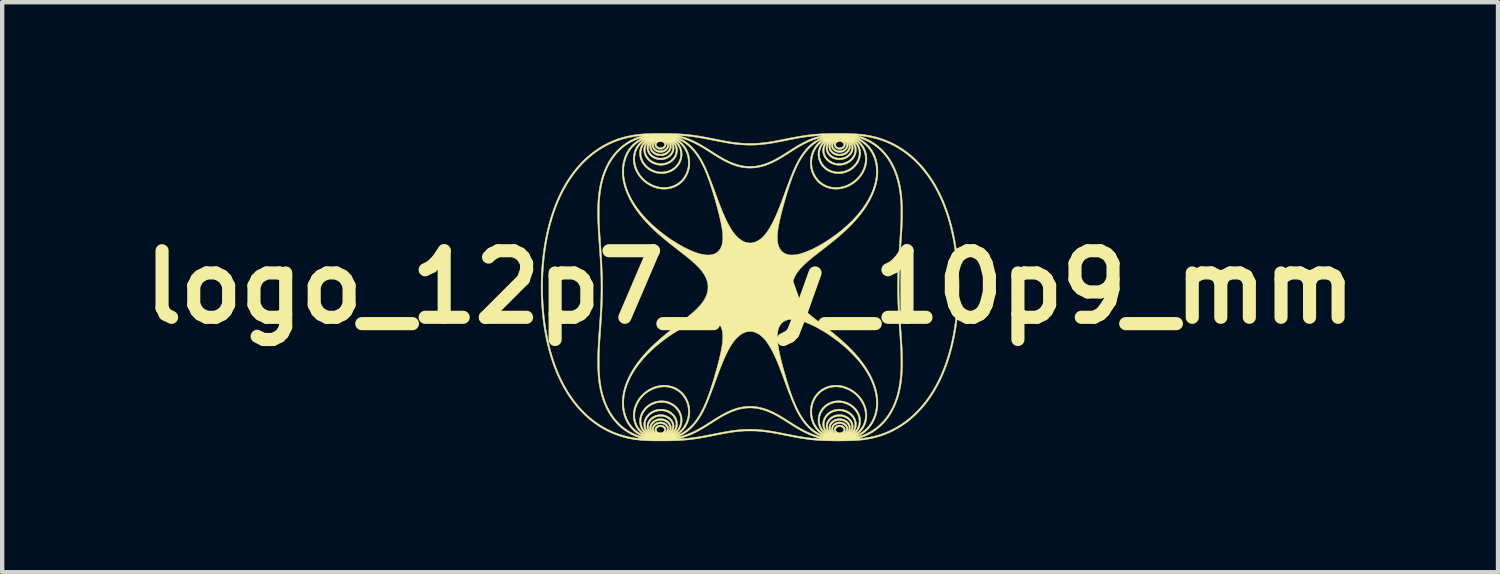
<source format=kicad_pcb>
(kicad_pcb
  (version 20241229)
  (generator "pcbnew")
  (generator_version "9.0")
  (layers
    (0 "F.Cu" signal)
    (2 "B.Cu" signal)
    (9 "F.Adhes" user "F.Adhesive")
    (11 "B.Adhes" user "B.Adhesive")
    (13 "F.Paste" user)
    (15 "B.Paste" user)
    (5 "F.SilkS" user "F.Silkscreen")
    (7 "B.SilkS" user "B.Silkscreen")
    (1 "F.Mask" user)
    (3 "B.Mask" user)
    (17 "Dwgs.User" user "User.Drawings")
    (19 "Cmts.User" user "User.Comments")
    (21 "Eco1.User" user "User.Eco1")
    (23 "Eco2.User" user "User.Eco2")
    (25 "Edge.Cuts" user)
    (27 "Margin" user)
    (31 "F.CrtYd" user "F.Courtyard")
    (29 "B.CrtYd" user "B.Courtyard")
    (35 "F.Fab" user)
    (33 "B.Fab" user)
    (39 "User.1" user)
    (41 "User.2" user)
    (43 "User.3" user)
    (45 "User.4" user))
  (footprint "logo_12p7_by_10p9_mm"
    (layer "F.Cu")
    (at 14.122 3.525)
    (property "Reference" "logo_12p7_by_10p9_mm" (at 0 0 0) (layer "F.SilkS") (effects (font (size 1.524 1.524) (thickness 0.3))))
    (attr through_hole)
    (fp_poly (pts (xy 2.093 -3.52) (xy 2.148 -3.519) (xy 2.2 -3.519) (xy 2.248 -3.518) (xy 2.293 -3.517) (xy 2.336 -3.515) (xy 2.376 -3.514) (xy 2.414 -3.511) (xy 2.451 -3.509) (xy 2.486 -3.506) (xy 2.521 -3.503) (xy 2.554 -3.5) (xy 2.588 -3.496) (xy 2.621 -3.491) (xy 2.637 -3.489) (xy 2.734 -3.473) (xy 2.828 -3.453) (xy 2.921 -3.428) (xy 3.012 -3.4) (xy 3.101 -3.367) (xy 3.189 -3.331) (xy 3.274 -3.29) (xy 3.358 -3.245) (xy 3.441 -3.196) (xy 3.521 -3.143) (xy 3.6 -3.086) (xy 3.677 -3.024) (xy 3.75 -2.96) (xy 3.774 -2.938) (xy 3.8 -2.913) (xy 3.827 -2.886) (xy 3.855 -2.858) (xy 3.882 -2.829) (xy 3.909 -2.8) (xy 3.935 -2.771) (xy 3.959 -2.745) (xy 3.978 -2.722) (xy 4.045 -2.638) (xy 4.109 -2.55) (xy 4.17 -2.46) (xy 4.228 -2.366) (xy 4.283 -2.268) (xy 4.336 -2.168) (xy 4.386 -2.064) (xy 4.433 -1.956) (xy 4.477 -1.846) (xy 4.518 -1.732) (xy 4.557 -1.615) (xy 4.592 -1.495) (xy 4.625 -1.371) (xy 4.654 -1.245) (xy 4.681 -1.115) (xy 4.687 -1.083) (xy 4.709 -0.956) (xy 4.729 -0.829) (xy 4.745 -0.699) (xy 4.758 -0.567) (xy 4.769 -0.433) (xy 4.777 -0.297) (xy 4.782 -0.184) (xy 4.783 -0.142) (xy 4.783 -0.097) (xy 4.784 -0.049) (xy 4.784 0.001) (xy 4.783 0.052) (xy 4.783 0.103) (xy 4.782 0.154) (xy 4.781 0.203) (xy 4.779 0.249) (xy 4.777 0.292) (xy 4.777 0.296) (xy 4.769 0.437) (xy 4.758 0.576) (xy 4.743 0.713) (xy 4.726 0.847) (xy 4.706 0.979) (xy 4.683 1.108) (xy 4.657 1.235) (xy 4.628 1.358) (xy 4.596 1.479) (xy 4.562 1.598) (xy 4.525 1.713) (xy 4.485 1.825) (xy 4.442 1.935) (xy 4.396 2.041) (xy 4.348 2.144) (xy 4.297 2.243) (xy 4.243 2.34) (xy 4.187 2.433) (xy 4.128 2.523) (xy 4.067 2.609) (xy 4.03 2.657) (xy 3.995 2.701) (xy 3.958 2.745) (xy 3.918 2.79) (xy 3.878 2.833) (xy 3.837 2.876) (xy 3.797 2.916) (xy 3.758 2.953) (xy 3.75 2.96) (xy 3.675 3.025) (xy 3.598 3.087) (xy 3.519 3.144) (xy 3.439 3.197) (xy 3.357 3.246) (xy 3.273 3.291) (xy 3.187 3.332) (xy 3.099 3.368) (xy 3.01 3.401) (xy 2.919 3.429) (xy 2.826 3.453) (xy 2.732 3.473) (xy 2.637 3.489) (xy 2.604 3.494) (xy 2.571 3.498) (xy 2.537 3.501) (xy 2.503 3.505) (xy 2.469 3.508) (xy 2.433 3.51) (xy 2.395 3.513) (xy 2.356 3.514) (xy 2.314 3.516) (xy 2.27 3.517) (xy 2.224 3.518) (xy 2.174 3.519) (xy 2.121 3.519) (xy 2.064 3.52) (xy 2.034 3.52) (xy 1.969 3.52) (xy 1.907 3.519) (xy 1.849 3.518) (xy 1.793 3.517) (xy 1.741 3.516) (xy 1.691 3.514) (xy 1.643 3.512) (xy 1.597 3.509) (xy 1.551 3.506) (xy 1.507 3.503) (xy 1.463 3.499) (xy 1.42 3.495) (xy 1.376 3.49) (xy 1.331 3.484) (xy 1.286 3.478) (xy 1.281 3.478) (xy 1.265 3.475) (xy 1.67 3.475) (xy 1.671 3.477) (xy 1.672 3.475) (xy 1.671 3.474) (xy 1.67 3.475) (xy 1.265 3.475) (xy 1.257 3.474) (xy 1.234 3.471) (xy 1.21 3.467) (xy 1.186 3.464) (xy 1.162 3.46) (xy 1.136 3.456) (xy 1.11 3.451) (xy 1.082 3.446) (xy 1.052 3.441) (xy 1.02 3.435) (xy 0.986 3.428) (xy 0.949 3.421) (xy 0.909 3.413) (xy 0.867 3.405) (xy 0.82 3.396) (xy 0.77 3.386) (xy 0.747 3.381) (xy 0.689 3.37) (xy 0.635 3.359) (xy 0.583 3.35) (xy 0.535 3.341) (xy 0.489 3.334) (xy 0.445 3.327) (xy 0.403 3.32) (xy 0.361 3.315) (xy 0.321 3.31) (xy 0.28 3.305) (xy 0.24 3.301) (xy 0.198 3.298) (xy 0.159 3.295) (xy 0.146 3.294) (xy 0.13 3.293) (xy 0.111 3.293) (xy 0.089 3.292) (xy 0.065 3.292) (xy 0.04 3.292) (xy 0.014 3.292) (xy -0.012 3.292) (xy -0.039 3.292) (xy -0.064 3.292) (xy -0.088 3.292) (xy -0.11 3.293) (xy -0.129 3.293) (xy -0.145 3.294) (xy -0.158 3.295) (xy -0.159 3.295) (xy -0.201 3.298) (xy -0.242 3.302) (xy -0.283 3.306) (xy -0.323 3.31) (xy -0.364 3.315) (xy -0.405 3.321) (xy -0.448 3.327) (xy -0.492 3.334) (xy -0.538 3.342) (xy -0.586 3.35) (xy -0.638 3.36) (xy -0.692 3.371) (xy -0.747 3.381) (xy -0.799 3.392) (xy -0.847 3.401) (xy -0.891 3.41) (xy -0.932 3.418) (xy -0.97 3.425) (xy -1.005 3.432) (xy -1.038 3.438) (xy -1.069 3.444) (xy -1.098 3.449) (xy -1.125 3.454) (xy -1.151 3.458) (xy -1.176 3.462) (xy -1.2 3.466) (xy -1.223 3.469) (xy -1.247 3.473) (xy -1.27 3.476) (xy -1.281 3.478) (xy -1.336 3.485) (xy -1.39 3.491) (xy -1.444 3.497) (xy -1.497 3.502) (xy -1.551 3.506) (xy -1.607 3.51) (xy -1.664 3.513) (xy -1.725 3.515) (xy -1.784 3.517) (xy -1.8 3.518) (xy -1.819 3.518) (xy -1.842 3.518) (xy -1.867 3.519) (xy -1.895 3.519) (xy -1.924 3.519) (xy -1.956 3.519) (xy -1.988 3.519) (xy -2.021 3.519) (xy -2.054 3.519) (xy -2.086 3.519) (xy -2.118 3.519) (xy -2.149 3.519) (xy -2.179 3.519) (xy -2.206 3.519) (xy -2.231 3.518) (xy -2.253 3.518) (xy -2.272 3.518) (xy -2.287 3.517) (xy -2.288 3.517) (xy -2.362 3.514) (xy -2.432 3.51) (xy -2.499 3.505) (xy -2.563 3.498) (xy -2.624 3.491) (xy -2.637 3.489) (xy -2.718 3.475) (xy -1.672 3.475) (xy -1.671 3.477) (xy -1.67 3.475) (xy -1.671 3.474) (xy -1.672 3.475) (xy -2.718 3.475) (xy -2.728 3.474) (xy -1.667 3.474) (xy -1.653 3.474) (xy -1.647 3.474) (xy -1.638 3.474) (xy -1.625 3.473) (xy -1.612 3.472) (xy -1.596 3.472) (xy -1.587 3.471) (xy -1.534 3.467) (xy -1.482 3.463) (xy -1.429 3.458) (xy -1.376 3.452) (xy -1.323 3.445) (xy -1.268 3.438) (xy -1.212 3.429) (xy -1.153 3.42) (xy -1.093 3.41) (xy -1.029 3.398) (xy -0.962 3.385) (xy -0.895 3.372) (xy -0.837 3.361) (xy -0.783 3.35) (xy -0.732 3.34) (xy -0.684 3.331) (xy -0.64 3.323) (xy -0.599 3.315) (xy -0.56 3.308) (xy -0.523 3.301) (xy -0.489 3.296) (xy -0.456 3.29) (xy -0.425 3.285) (xy -0.396 3.281) (xy -0.367 3.277) (xy -0.339 3.274) (xy -0.312 3.27) (xy -0.285 3.268) (xy -0.258 3.265) (xy -0.231 3.263) (xy -0.203 3.26) (xy -0.175 3.258) (xy -0.146 3.256) (xy -0.116 3.255) (xy -0.083 3.254) (xy -0.048 3.253) (xy -0.01 3.253) (xy 0.03 3.253) (xy 0.069 3.254) (xy 0.109 3.255) (xy 0.148 3.257) (xy 0.185 3.259) (xy 0.22 3.262) (xy 0.23 3.263) (xy 0.255 3.265) (xy 0.28 3.267) (xy 0.305 3.27) (xy 0.33 3.273) (xy 0.355 3.276) (xy 0.381 3.279) (xy 0.407 3.283) (xy 0.434 3.287) (xy 0.463 3.291) (xy 0.493 3.296) (xy 0.526 3.302) (xy 0.56 3.308) (xy 0.596 3.314) (xy 0.635 3.322) (xy 0.677 3.329) (xy 0.722 3.338) (xy 0.77 3.348) (xy 0.822 3.358) (xy 0.877 3.369) (xy 0.895 3.372) (xy 0.966 3.386) (xy 1.032 3.399) (xy 1.096 3.41) (xy 1.156 3.421) (xy 1.214 3.43) (xy 1.27 3.438) (xy 1.324 3.445) (xy 1.377 3.452) (xy 1.429 3.458) (xy 1.48 3.463) (xy 1.484 3.463) (xy 1.504 3.465) (xy 1.525 3.466) (xy 1.547 3.468) (xy 1.568 3.47) (xy 1.588 3.471) (xy 1.606 3.472) (xy 1.623 3.473) (xy 1.636 3.474) (xy 1.647 3.474) (xy 1.653 3.474) (xy 1.667 3.474) (xy 1.657 3.472) (xy 1.626 3.464) (xy 1.597 3.458) (xy 1.572 3.451) (xy 1.548 3.444) (xy 1.524 3.437) (xy 1.522 3.437) (xy 1.677 3.437) (xy 1.677 3.438) (xy 1.679 3.438) (xy 1.68 3.437) (xy 1.68 3.437) (xy 1.677 3.436) (xy 1.677 3.437) (xy 1.522 3.437) (xy 1.501 3.43) (xy 1.477 3.422) (xy 1.456 3.415) (xy 1.411 3.398) (xy 1.365 3.38) (xy 1.32 3.36) (xy 1.273 3.338) (xy 1.225 3.314) (xy 1.175 3.288) (xy 1.124 3.259) (xy 1.07 3.228) (xy 1.015 3.194) (xy 1.004 3.187) (xy 0.993 3.181) (xy 0.982 3.173) (xy 0.969 3.166) (xy 0.956 3.157) (xy 0.94 3.147) (xy 0.923 3.136) (xy 0.903 3.124) (xy 0.88 3.109) (xy 0.855 3.093) (xy 0.852 3.091) (xy 0.815 3.068) (xy 0.781 3.046) (xy 0.75 3.027) (xy 0.721 3.009) (xy 0.694 2.993) (xy 0.668 2.978) (xy 0.644 2.964) (xy 0.62 2.95) (xy 0.596 2.937) (xy 0.573 2.924) (xy 0.57 2.923) (xy 0.506 2.891) (xy 0.444 2.863) (xy 0.383 2.838) (xy 0.324 2.817) (xy 0.265 2.8) (xy 0.207 2.786) (xy 0.151 2.776) (xy 0.131 2.773) (xy 0.113 2.771) (xy 0.097 2.769) (xy 0.08 2.768) (xy 0.064 2.767) (xy 0.045 2.766) (xy 0.025 2.766) (xy 0.001 2.766) (xy 0 2.766) (xy -0.024 2.766) (xy -0.045 2.766) (xy -0.063 2.767) (xy -0.08 2.768) (xy -0.096 2.769) (xy -0.113 2.771) (xy -0.131 2.773) (xy -0.151 2.776) (xy -0.151 2.776) (xy -0.209 2.786) (xy -0.267 2.8) (xy -0.326 2.818) (xy -0.385 2.839) (xy -0.446 2.863) (xy -0.508 2.892) (xy -0.57 2.923) (xy -0.594 2.936) (xy -0.618 2.949) (xy -0.642 2.962) (xy -0.666 2.976) (xy -0.692 2.991) (xy -0.719 3.008) (xy -0.747 3.025) (xy -0.778 3.044) (xy -0.812 3.066) (xy -0.849 3.089) (xy -0.852 3.091) (xy -0.878 3.108) (xy -0.901 3.122) (xy -0.921 3.135) (xy -0.939 3.146) (xy -0.954 3.156) (xy -0.968 3.165) (xy -0.98 3.173) (xy -0.992 3.18) (xy -1.003 3.187) (xy -1.014 3.194) (xy -1.015 3.194) (xy -1.071 3.228) (xy -1.125 3.26) (xy -1.177 3.289) (xy -1.226 3.315) (xy -1.274 3.339) (xy -1.321 3.361) (xy -1.367 3.381) (xy -1.412 3.399) (xy -1.456 3.415) (xy -1.482 3.424) (xy -1.506 3.432) (xy -1.529 3.439) (xy -1.552 3.446) (xy -1.577 3.452) (xy -1.603 3.459) (xy -1.632 3.466) (xy -1.657 3.472) (xy -1.667 3.474) (xy -2.728 3.474) (xy -2.734 3.473) (xy -2.828 3.453) (xy -2.921 3.428) (xy -3.012 3.4) (xy -3.101 3.367) (xy -3.189 3.331) (xy -3.274 3.29) (xy -3.358 3.245) (xy -3.441 3.196) (xy -3.521 3.143) (xy -3.6 3.085) (xy -3.677 3.024) (xy -3.75 2.96) (xy -3.79 2.923) (xy -3.83 2.883) (xy -3.871 2.84) (xy -3.912 2.796) (xy -3.952 2.751) (xy -3.991 2.705) (xy -4.027 2.66) (xy -4.035 2.65) (xy -4.094 2.571) (xy -4.152 2.488) (xy -4.207 2.401) (xy -4.26 2.311) (xy -4.31 2.217) (xy -4.359 2.121) (xy -4.404 2.023) (xy -4.447 1.922) (xy -4.487 1.819) (xy -4.503 1.775) (xy -4.545 1.651) (xy -4.583 1.526) (xy -4.618 1.397) (xy -4.65 1.266) (xy -4.678 1.132) (xy -4.703 0.996) (xy -4.725 0.857) (xy -4.743 0.715) (xy -4.758 0.57) (xy -4.77 0.423) (xy -4.778 0.273) (xy -4.782 0.184) (xy -4.783 0.142) (xy -4.783 0.097) (xy -4.784 0.049) (xy -4.784 -0.001) (xy -4.783 -0.049) (xy -4.749 -0.049) (xy -4.748 0.095) (xy -4.744 0.238) (xy -4.737 0.381) (xy -4.727 0.524) (xy -4.713 0.666) (xy -4.712 0.68) (xy -4.695 0.816) (xy -4.675 0.949) (xy -4.652 1.08) (xy -4.626 1.208) (xy -4.597 1.334) (xy -4.566 1.457) (xy -4.531 1.577) (xy -4.493 1.695) (xy -4.453 1.809) (xy -4.423 1.886) (xy -4.379 1.991) (xy -4.333 2.093) (xy -4.284 2.192) (xy -4.232 2.288) (xy -4.178 2.38) (xy -4.121 2.469) (xy -4.062 2.554) (xy -4 2.636) (xy -3.936 2.715) (xy -3.87 2.789) (xy -3.801 2.861) (xy -3.731 2.928) (xy -3.658 2.992) (xy -3.583 3.052) (xy -3.505 3.109) (xy -3.426 3.161) (xy -3.345 3.21) (xy -3.262 3.255) (xy -3.177 3.295) (xy -3.103 3.327) (xy -3.031 3.354) (xy -2.958 3.378) (xy -2.884 3.4) (xy -2.808 3.419) (xy -2.73 3.435) (xy -2.65 3.449) (xy -2.566 3.46) (xy -2.497 3.467) (xy -2.48 3.469) (xy -2.465 3.47) (xy -2.453 3.471) (xy -2.444 3.471) (xy -2.438 3.472) (xy -2.436 3.471) (xy -2.437 3.471) (xy -2.437 3.471) (xy -2.505 3.453) (xy -2.557 3.437) (xy -1.68 3.437) (xy -1.68 3.438) (xy -1.679 3.438) (xy -1.677 3.437) (xy -1.677 3.437) (xy -1.68 3.436) (xy -1.68 3.437) (xy -2.557 3.437) (xy -2.564 3.434) (xy -1.669 3.434) (xy -1.668 3.435) (xy -1.663 3.434) (xy -1.655 3.432) (xy -1.643 3.43) (xy -1.627 3.426) (xy -1.624 3.425) (xy -1.556 3.408) (xy -1.487 3.386) (xy -1.416 3.36) (xy -1.344 3.33) (xy -1.271 3.296) (xy -1.217 3.268) (xy -1.196 3.257) (xy -1.175 3.245) (xy -1.155 3.234) (xy -1.134 3.222) (xy -1.113 3.21) (xy -1.09 3.196) (xy -1.066 3.182) (xy -1.041 3.167) (xy -1.014 3.15) (xy -0.984 3.131) (xy -0.951 3.11) (xy -0.916 3.088) (xy -0.9 3.078) (xy -0.863 3.054) (xy -0.829 3.033) (xy -0.798 3.013) (xy -0.77 2.996) (xy -0.744 2.98) (xy -0.721 2.965) (xy -0.698 2.952) (xy -0.677 2.94) (xy -0.657 2.928) (xy -0.638 2.917) (xy -0.618 2.907) (xy -0.599 2.896) (xy -0.581 2.887) (xy -0.522 2.857) (xy -0.464 2.83) (xy -0.409 2.807) (xy -0.354 2.787) (xy -0.3 2.77) (xy -0.245 2.756) (xy -0.191 2.745) (xy -0.135 2.736) (xy -0.088 2.73) (xy -0.075 2.729) (xy -0.059 2.728) (xy -0.04 2.728) (xy -0.02 2.727) (xy 0.001 2.727) (xy 0.022 2.728) (xy 0.042 2.728) (xy 0.061 2.728) (xy 0.076 2.729) (xy 0.088 2.73) (xy 0.145 2.737) (xy 0.2 2.747) (xy 0.255 2.758) (xy 0.309 2.773) (xy 0.364 2.791) (xy 0.418 2.811) (xy 0.475 2.835) (xy 0.532 2.862) (xy 0.581 2.887) (xy 0.601 2.897) (xy 0.62 2.908) (xy 0.64 2.918) (xy 0.659 2.929) (xy 0.679 2.941) (xy 0.7 2.953) (xy 0.723 2.967) (xy 0.747 2.982) (xy 0.773 2.998) (xy 0.801 3.015) (xy 0.832 3.035) (xy 0.866 3.056) (xy 0.9 3.078) (xy 0.937 3.101) (xy 0.971 3.123) (xy 1.002 3.142) (xy 1.03 3.16) (xy 1.056 3.176) (xy 1.081 3.191) (xy 1.104 3.205) (xy 1.126 3.217) (xy 1.147 3.229) (xy 1.168 3.241) (xy 1.188 3.252) (xy 1.209 3.264) (xy 1.215 3.267) (xy 1.289 3.304) (xy 1.363 3.338) (xy 1.434 3.367) (xy 1.505 3.392) (xy 1.574 3.413) (xy 1.624 3.425) (xy 1.641 3.429) (xy 1.653 3.432) (xy 1.662 3.434) (xy 1.667 3.434) (xy 1.669 3.434) (xy 1.668 3.433) (xy 1.664 3.432) (xy 1.658 3.429) (xy 1.656 3.428) (xy 1.602 3.404) (xy 1.55 3.378) (xy 1.502 3.35) (xy 1.455 3.318) (xy 1.41 3.283) (xy 1.366 3.244) (xy 1.322 3.202) (xy 1.306 3.184) (xy 1.265 3.138) (xy 1.226 3.09) (xy 1.188 3.038) (xy 1.152 2.982) (xy 1.116 2.924) (xy 1.081 2.861) (xy 1.048 2.795) (xy 1.015 2.724) (xy 0.983 2.65) (xy 0.962 2.6) (xy 0.947 2.56) (xy 0.932 2.523) (xy 0.919 2.489) (xy 0.907 2.458) (xy 0.895 2.428) (xy 0.884 2.4) (xy 0.874 2.372) (xy 0.863 2.344) (xy 0.852 2.315) (xy 0.841 2.286) (xy 0.83 2.254) (xy 0.821 2.231) (xy 0.805 2.188) (xy 0.791 2.148) (xy 0.777 2.112) (xy 0.765 2.079) (xy 0.754 2.049) (xy 0.745 2.023) (xy 0.736 1.998) (xy 0.728 1.977) (xy 0.72 1.957) (xy 0.713 1.939) (xy 0.707 1.922) (xy 0.701 1.906) (xy 0.696 1.892) (xy 0.69 1.878) (xy 0.685 1.864) (xy 0.68 1.851) (xy 0.674 1.837) (xy 0.669 1.823) (xy 0.664 1.81) (xy 0.633 1.735) (xy 0.604 1.665) (xy 0.574 1.599) (xy 0.546 1.537) (xy 0.517 1.479) (xy 0.489 1.425) (xy 0.46 1.375) (xy 0.432 1.329) (xy 0.404 1.286) (xy 0.376 1.246) (xy 0.348 1.21) (xy 0.319 1.177) (xy 0.29 1.148) (xy 0.265 1.125) (xy 0.625 1.125) (xy 0.625 1.158) (xy 0.626 1.192) (xy 0.628 1.227) (xy 0.632 1.261) (xy 0.633 1.275) (xy 0.639 1.319) (xy 0.647 1.367) (xy 0.656 1.419) (xy 0.667 1.475) (xy 0.68 1.535) (xy 0.694 1.598) (xy 0.71 1.665) (xy 0.728 1.735) (xy 0.747 1.808) (xy 0.768 1.884) (xy 0.79 1.963) (xy 0.814 2.045) (xy 0.836 2.119) (xy 0.858 2.19) (xy 0.879 2.257) (xy 0.899 2.32) (xy 0.919 2.38) (xy 0.939 2.436) (xy 0.958 2.49) (xy 0.978 2.542) (xy 0.997 2.591) (xy 1.017 2.639) (xy 1.037 2.686) (xy 1.058 2.731) (xy 1.063 2.742) (xy 1.096 2.81) (xy 1.13 2.874) (xy 1.164 2.934) (xy 1.2 2.99) (xy 1.236 3.043) (xy 1.274 3.092) (xy 1.313 3.139) (xy 1.355 3.183) (xy 1.379 3.207) (xy 1.424 3.247) (xy 1.473 3.285) (xy 1.524 3.319) (xy 1.576 3.35) (xy 1.63 3.376) (xy 1.67 3.393) (xy 1.682 3.397) (xy 1.69 3.4) (xy 1.694 3.401) (xy 1.694 3.401) (xy 1.691 3.399) (xy 1.69 3.398) (xy 2.409 3.398) (xy 2.41 3.4) (xy 2.411 3.398) (xy 2.41 3.397) (xy 2.409 3.398) (xy 1.69 3.398) (xy 1.689 3.398) (xy 1.648 3.373) (xy 1.645 3.371) (xy 1.719 3.371) (xy 1.72 3.372) (xy 1.721 3.371) (xy 1.72 3.37) (xy 1.719 3.371) (xy 1.645 3.371) (xy 1.61 3.345) (xy 1.573 3.314) (xy 1.539 3.279) (xy 1.508 3.241) (xy 1.479 3.201) (xy 1.454 3.158) (xy 1.432 3.114) (xy 1.431 3.11) (xy 1.426 3.098) (xy 1.421 3.084) (xy 1.415 3.07) (xy 1.411 3.056) (xy 1.406 3.043) (xy 1.403 3.032) (xy 1.401 3.024) (xy 1.401 3.022) (xy 1.399 3.017) (xy 1.398 3.014) (xy 1.396 3.006) (xy 1.393 2.994) (xy 1.39 2.979) (xy 1.387 2.962) (xy 1.385 2.945) (xy 1.382 2.927) (xy 1.381 2.909) (xy 1.38 2.903) (xy 1.379 2.885) (xy 1.378 2.864) (xy 1.378 2.844) (xy 1.414 2.844) (xy 1.414 2.866) (xy 1.415 2.887) (xy 1.416 2.906) (xy 1.417 2.921) (xy 1.425 2.971) (xy 1.437 3.02) (xy 1.452 3.067) (xy 1.471 3.113) (xy 1.494 3.156) (xy 1.52 3.197) (xy 1.549 3.235) (xy 1.567 3.255) (xy 1.593 3.281) (xy 1.617 3.304) (xy 1.643 3.324) (xy 1.671 3.343) (xy 1.69 3.355) (xy 1.7 3.361) (xy 1.708 3.365) (xy 1.712 3.368) (xy 1.715 3.369) (xy 1.716 3.37) (xy 1.717 3.369) (xy 1.717 3.369) (xy 1.715 3.367) (xy 1.711 3.364) (xy 1.705 3.359) (xy 1.703 3.357) (xy 1.675 3.331) (xy 1.649 3.304) (xy 1.626 3.274) (xy 1.616 3.258) (xy 1.61 3.247) (xy 1.603 3.235) (xy 1.596 3.222) (xy 1.59 3.21) (xy 1.585 3.198) (xy 1.581 3.189) (xy 1.579 3.182) (xy 1.578 3.179) (xy 1.578 3.176) (xy 1.577 3.175) (xy 1.576 3.174) (xy 1.581 3.174) (xy 1.582 3.175) (xy 1.583 3.174) (xy 1.582 3.173) (xy 1.581 3.174) (xy 1.576 3.174) (xy 1.575 3.173) (xy 1.573 3.167) (xy 1.571 3.159) (xy 1.568 3.148) (xy 1.566 3.136) (xy 1.563 3.124) (xy 1.561 3.113) (xy 1.559 3.102) (xy 1.559 3.1) (xy 1.557 3.084) (xy 1.556 3.065) (xy 1.556 3.044) (xy 1.556 3.044) (xy 1.59 3.044) (xy 1.592 3.082) (xy 1.598 3.12) (xy 1.607 3.153) (xy 1.621 3.19) (xy 1.638 3.225) (xy 1.659 3.258) (xy 1.684 3.288) (xy 1.712 3.316) (xy 1.739 3.338) (xy 1.745 3.343) (xy 1.75 3.346) (xy 1.752 3.347) (xy 1.752 3.347) (xy 1.751 3.346) (xy 1.748 3.342) (xy 1.743 3.336) (xy 1.738 3.331) (xy 1.718 3.306) (xy 1.7 3.279) (xy 1.686 3.251) (xy 1.683 3.243) (xy 1.68 3.236) (xy 1.679 3.232) (xy 1.679 3.23) (xy 1.682 3.228) (xy 1.682 3.228) (xy 1.685 3.225) (xy 1.684 3.225) (xy 1.681 3.226) (xy 1.679 3.226) (xy 1.677 3.225) (xy 1.675 3.22) (xy 1.672 3.213) (xy 1.667 3.191) (xy 1.664 3.167) (xy 1.662 3.141) (xy 1.662 3.134) (xy 1.697 3.134) (xy 1.697 3.151) (xy 1.698 3.165) (xy 1.7 3.174) (xy 1.708 3.207) (xy 1.719 3.238) (xy 1.735 3.266) (xy 1.754 3.293) (xy 1.77 3.312) (xy 1.778 3.32) (xy 1.784 3.326) (xy 1.788 3.328) (xy 1.789 3.328) (xy 1.788 3.325) (xy 1.783 3.319) (xy 1.783 3.318) (xy 1.777 3.31) (xy 1.771 3.301) (xy 1.768 3.296) (xy 1.761 3.284) (xy 1.766 3.281) (xy 1.771 3.277) (xy 1.766 3.279) (xy 1.762 3.281) (xy 1.76 3.281) (xy 1.758 3.278) (xy 1.756 3.271) (xy 1.753 3.262) (xy 1.749 3.252) (xy 1.746 3.242) (xy 1.744 3.233) (xy 1.743 3.228) (xy 1.741 3.214) (xy 1.74 3.198) (xy 1.74 3.18) (xy 1.74 3.176) (xy 1.775 3.176) (xy 1.775 3.196) (xy 1.777 3.215) (xy 1.78 3.232) (xy 1.78 3.232) (xy 1.786 3.251) (xy 1.795 3.27) (xy 1.805 3.287) (xy 1.813 3.299) (xy 1.818 3.305) (xy 1.823 3.311) (xy 1.828 3.317) (xy 1.832 3.321) (xy 1.835 3.324) (xy 1.837 3.324) (xy 1.836 3.322) (xy 1.833 3.319) (xy 1.83 3.314) (xy 1.83 3.312) (xy 1.832 3.308) (xy 1.832 3.308) (xy 1.835 3.305) (xy 1.834 3.305) (xy 1.832 3.306) (xy 1.829 3.307) (xy 1.826 3.307) (xy 1.824 3.304) (xy 1.821 3.298) (xy 1.818 3.292) (xy 1.811 3.273) (xy 1.806 3.252) (xy 1.804 3.23) (xy 1.804 3.217) (xy 1.839 3.217) (xy 1.839 3.232) (xy 1.84 3.245) (xy 1.842 3.254) (xy 1.848 3.27) (xy 1.856 3.287) (xy 1.866 3.303) (xy 1.871 3.309) (xy 1.877 3.316) (xy 1.882 3.32) (xy 1.884 3.322) (xy 1.885 3.321) (xy 1.883 3.318) (xy 1.881 3.315) (xy 1.876 3.306) (xy 1.871 3.295) (xy 1.867 3.284) (xy 1.864 3.274) (xy 1.864 3.271) (xy 1.863 3.264) (xy 1.861 3.257) (xy 1.861 3.256) (xy 1.861 3.252) (xy 1.863 3.25) (xy 1.867 3.25) (xy 1.874 3.249) (xy 1.868 3.248) (xy 1.864 3.247) (xy 1.863 3.245) (xy 1.898 3.245) (xy 1.898 3.256) (xy 1.899 3.264) (xy 1.9 3.271) (xy 1.902 3.278) (xy 1.903 3.28) (xy 1.908 3.289) (xy 1.914 3.299) (xy 1.917 3.304) (xy 1.922 3.309) (xy 1.928 3.315) (xy 1.934 3.321) (xy 1.941 3.327) (xy 1.947 3.332) (xy 1.951 3.335) (xy 1.953 3.335) (xy 1.952 3.333) (xy 1.949 3.328) (xy 1.945 3.323) (xy 1.944 3.322) (xy 1.935 3.309) (xy 1.929 3.296) (xy 1.929 3.295) (xy 1.926 3.288) (xy 1.925 3.283) (xy 1.924 3.281) (xy 1.927 3.28) (xy 1.93 3.278) (xy 1.936 3.275) (xy 1.929 3.274) (xy 1.922 3.272) (xy 1.923 3.263) (xy 1.958 3.263) (xy 1.96 3.277) (xy 1.966 3.29) (xy 1.974 3.302) (xy 1.986 3.312) (xy 1.996 3.318) (xy 2.016 3.327) (xy 2.036 3.332) (xy 2.054 3.333) (xy 2.073 3.331) (xy 2.076 3.33) (xy 2.095 3.325) (xy 2.111 3.317) (xy 2.125 3.307) (xy 2.135 3.296) (xy 2.142 3.284) (xy 2.145 3.27) (xy 2.145 3.259) (xy 2.142 3.245) (xy 2.135 3.233) (xy 2.127 3.223) (xy 2.113 3.212) (xy 2.096 3.203) (xy 2.077 3.197) (xy 2.058 3.193) (xy 2.05 3.193) (xy 2.04 3.194) (xy 2.028 3.196) (xy 2.016 3.2) (xy 2.005 3.204) (xy 1.998 3.207) (xy 1.986 3.215) (xy 1.976 3.225) (xy 1.968 3.236) (xy 1.961 3.248) (xy 1.958 3.259) (xy 1.958 3.263) (xy 1.923 3.263) (xy 1.923 3.257) (xy 1.927 3.239) (xy 1.934 3.222) (xy 1.945 3.205) (xy 1.958 3.19) (xy 1.974 3.178) (xy 1.979 3.175) (xy 2.001 3.165) (xy 2.025 3.159) (xy 2.051 3.157) (xy 2.051 3.157) (xy 2.071 3.158) (xy 2.09 3.161) (xy 2.107 3.167) (xy 2.119 3.172) (xy 2.128 3.177) (xy 2.136 3.182) (xy 2.143 3.189) (xy 2.151 3.197) (xy 2.153 3.199) (xy 2.164 3.213) (xy 2.172 3.225) (xy 2.177 3.238) (xy 2.18 3.251) (xy 2.18 3.261) (xy 2.179 3.281) (xy 2.175 3.299) (xy 2.166 3.314) (xy 2.16 3.323) (xy 2.154 3.329) (xy 2.15 3.334) (xy 2.148 3.337) (xy 2.148 3.337) (xy 2.15 3.337) (xy 2.154 3.335) (xy 2.159 3.33) (xy 2.166 3.325) (xy 2.172 3.319) (xy 2.179 3.313) (xy 2.183 3.308) (xy 2.184 3.308) (xy 2.19 3.299) (xy 2.196 3.289) (xy 2.2 3.282) (xy 2.203 3.273) (xy 2.205 3.266) (xy 2.206 3.258) (xy 2.206 3.248) (xy 2.206 3.248) (xy 2.205 3.233) (xy 2.203 3.22) (xy 2.198 3.207) (xy 2.19 3.193) (xy 2.189 3.192) (xy 2.175 3.174) (xy 2.158 3.158) (xy 2.137 3.145) (xy 2.114 3.134) (xy 2.097 3.128) (xy 2.084 3.126) (xy 2.069 3.124) (xy 2.052 3.124) (xy 2.035 3.124) (xy 2.019 3.126) (xy 2.006 3.128) (xy 2.001 3.129) (xy 1.978 3.138) (xy 1.957 3.149) (xy 1.938 3.163) (xy 1.922 3.179) (xy 1.91 3.197) (xy 1.906 3.206) (xy 1.902 3.214) (xy 1.9 3.221) (xy 1.898 3.228) (xy 1.898 3.235) (xy 1.898 3.245) (xy 1.863 3.245) (xy 1.863 3.245) (xy 1.862 3.241) (xy 1.862 3.234) (xy 1.863 3.225) (xy 1.865 3.215) (xy 1.868 3.205) (xy 1.868 3.204) (xy 1.877 3.183) (xy 1.889 3.162) (xy 1.905 3.144) (xy 1.924 3.128) (xy 1.944 3.113) (xy 1.967 3.102) (xy 1.992 3.093) (xy 2.017 3.087) (xy 2.044 3.085) (xy 2.071 3.086) (xy 2.073 3.086) (xy 2.103 3.092) (xy 2.131 3.101) (xy 2.157 3.113) (xy 2.18 3.128) (xy 2.2 3.146) (xy 2.216 3.168) (xy 2.217 3.168) (xy 2.229 3.19) (xy 2.237 3.211) (xy 2.241 3.233) (xy 2.242 3.256) (xy 2.241 3.261) (xy 2.239 3.274) (xy 2.235 3.287) (xy 2.231 3.3) (xy 2.225 3.311) (xy 2.223 3.315) (xy 2.22 3.32) (xy 2.219 3.322) (xy 2.221 3.321) (xy 2.222 3.32) (xy 2.226 3.317) (xy 2.232 3.31) (xy 2.238 3.301) (xy 2.244 3.292) (xy 2.249 3.283) (xy 2.251 3.279) (xy 2.257 3.264) (xy 2.261 3.25) (xy 2.263 3.235) (xy 2.263 3.223) (xy 2.262 3.2) (xy 2.257 3.178) (xy 2.248 3.158) (xy 2.235 3.138) (xy 2.219 3.118) (xy 2.216 3.115) (xy 2.201 3.101) (xy 2.187 3.09) (xy 2.172 3.08) (xy 2.164 3.076) (xy 2.137 3.063) (xy 2.109 3.055) (xy 2.08 3.05) (xy 2.05 3.048) (xy 2.017 3.05) (xy 1.985 3.056) (xy 1.956 3.065) (xy 1.929 3.079) (xy 1.904 3.096) (xy 1.882 3.117) (xy 1.875 3.124) (xy 1.862 3.142) (xy 1.851 3.162) (xy 1.844 3.182) (xy 1.841 3.191) (xy 1.839 3.203) (xy 1.839 3.217) (xy 1.804 3.217) (xy 1.804 3.208) (xy 1.806 3.187) (xy 1.807 3.183) (xy 1.811 3.169) (xy 1.816 3.153) (xy 1.823 3.137) (xy 1.83 3.124) (xy 1.833 3.119) (xy 1.849 3.098) (xy 1.868 3.078) (xy 1.89 3.06) (xy 1.914 3.045) (xy 1.94 3.031) (xy 1.949 3.028) (xy 1.967 3.021) (xy 1.983 3.017) (xy 2 3.014) (xy 2.017 3.012) (xy 2.038 3.011) (xy 2.05 3.011) (xy 2.065 3.011) (xy 2.077 3.011) (xy 2.086 3.012) (xy 2.095 3.013) (xy 2.102 3.014) (xy 2.111 3.016) (xy 2.111 3.016) (xy 2.137 3.023) (xy 2.159 3.031) (xy 2.179 3.041) (xy 2.199 3.053) (xy 2.213 3.063) (xy 2.236 3.082) (xy 2.256 3.104) (xy 2.272 3.127) (xy 2.285 3.152) (xy 2.293 3.178) (xy 2.298 3.204) (xy 2.299 3.223) (xy 2.297 3.249) (xy 2.291 3.275) (xy 2.282 3.299) (xy 2.272 3.318) (xy 2.268 3.324) (xy 2.273 3.319) (xy 2.278 3.313) (xy 2.285 3.305) (xy 2.292 3.296) (xy 2.299 3.286) (xy 2.304 3.277) (xy 2.304 3.276) (xy 2.313 3.257) (xy 2.32 3.237) (xy 2.324 3.215) (xy 2.325 3.199) (xy 2.325 3.173) (xy 2.321 3.146) (xy 2.312 3.12) (xy 2.3 3.095) (xy 2.285 3.07) (xy 2.266 3.047) (xy 2.254 3.035) (xy 2.229 3.014) (xy 2.2 2.995) (xy 2.169 2.98) (xy 2.136 2.968) (xy 2.112 2.962) (xy 2.103 2.96) (xy 2.095 2.958) (xy 2.086 2.957) (xy 2.075 2.957) (xy 2.062 2.956) (xy 2.049 2.956) (xy 2.03 2.956) (xy 2.014 2.957) (xy 2.001 2.958) (xy 1.988 2.96) (xy 1.976 2.963) (xy 1.962 2.966) (xy 1.96 2.967) (xy 1.929 2.978) (xy 1.899 2.992) (xy 1.872 3.009) (xy 1.848 3.029) (xy 1.826 3.051) (xy 1.808 3.076) (xy 1.794 3.102) (xy 1.783 3.13) (xy 1.78 3.14) (xy 1.776 3.157) (xy 1.775 3.176) (xy 1.74 3.176) (xy 1.74 3.163) (xy 1.742 3.148) (xy 1.742 3.147) (xy 1.749 3.117) (xy 1.76 3.088) (xy 1.775 3.061) (xy 1.793 3.035) (xy 1.814 3.01) (xy 1.838 2.989) (xy 1.865 2.969) (xy 1.882 2.959) (xy 1.911 2.945) (xy 1.938 2.934) (xy 1.965 2.926) (xy 1.992 2.921) (xy 2.022 2.918) (xy 2.047 2.918) (xy 2.068 2.918) (xy 2.086 2.919) (xy 2.102 2.921) (xy 2.119 2.924) (xy 2.136 2.929) (xy 2.143 2.931) (xy 2.176 2.942) (xy 2.208 2.957) (xy 2.237 2.974) (xy 2.264 2.995) (xy 2.288 3.018) (xy 2.31 3.043) (xy 2.328 3.07) (xy 2.338 3.09) (xy 2.35 3.12) (xy 2.357 3.15) (xy 2.361 3.18) (xy 2.36 3.21) (xy 2.36 3.211) (xy 2.356 3.238) (xy 2.349 3.263) (xy 2.339 3.287) (xy 2.325 3.311) (xy 2.315 3.326) (xy 2.314 3.328) (xy 2.315 3.328) (xy 2.318 3.326) (xy 2.322 3.322) (xy 2.328 3.316) (xy 2.333 3.31) (xy 2.339 3.303) (xy 2.342 3.3) (xy 2.361 3.274) (xy 2.377 3.247) (xy 2.388 3.218) (xy 2.395 3.188) (xy 2.398 3.156) (xy 2.399 3.143) (xy 2.397 3.113) (xy 2.392 3.084) (xy 2.384 3.056) (xy 2.373 3.028) (xy 2.357 2.999) (xy 2.354 2.994) (xy 2.333 2.965) (xy 2.309 2.938) (xy 2.282 2.914) (xy 2.252 2.892) (xy 2.22 2.874) (xy 2.186 2.858) (xy 2.15 2.845) (xy 2.112 2.836) (xy 2.087 2.832) (xy 2.074 2.831) (xy 2.058 2.831) (xy 2.041 2.831) (xy 2.022 2.831) (xy 2.004 2.832) (xy 1.988 2.833) (xy 1.974 2.835) (xy 1.97 2.836) (xy 1.933 2.845) (xy 1.898 2.857) (xy 1.866 2.872) (xy 1.835 2.891) (xy 1.807 2.912) (xy 1.781 2.935) (xy 1.759 2.961) (xy 1.739 2.988) (xy 1.723 3.017) (xy 1.711 3.048) (xy 1.702 3.081) (xy 1.701 3.088) (xy 1.699 3.101) (xy 1.698 3.117) (xy 1.697 3.134) (xy 1.662 3.134) (xy 1.662 3.115) (xy 1.664 3.094) (xy 1.671 3.06) (xy 1.681 3.025) (xy 1.696 2.992) (xy 1.714 2.961) (xy 1.736 2.931) (xy 1.76 2.904) (xy 1.786 2.88) (xy 1.82 2.856) (xy 1.855 2.836) (xy 1.892 2.819) (xy 1.931 2.806) (xy 1.971 2.798) (xy 2.012 2.793) (xy 2.053 2.792) (xy 2.095 2.796) (xy 2.138 2.803) (xy 2.148 2.806) (xy 2.185 2.817) (xy 2.221 2.832) (xy 2.254 2.85) (xy 2.286 2.871) (xy 2.316 2.895) (xy 2.343 2.921) (xy 2.367 2.949) (xy 2.387 2.98) (xy 2.405 3.012) (xy 2.418 3.045) (xy 2.418 3.045) (xy 2.423 3.061) (xy 2.427 3.076) (xy 2.43 3.089) (xy 2.432 3.103) (xy 2.433 3.119) (xy 2.433 3.137) (xy 2.433 3.144) (xy 2.433 3.16) (xy 2.433 3.173) (xy 2.432 3.182) (xy 2.431 3.19) (xy 2.43 3.197) (xy 2.428 3.204) (xy 2.428 3.206) (xy 2.418 3.24) (xy 2.404 3.271) (xy 2.388 3.299) (xy 2.368 3.326) (xy 2.365 3.33) (xy 2.359 3.337) (xy 2.355 3.341) (xy 2.354 3.343) (xy 2.356 3.342) (xy 2.358 3.341) (xy 2.366 3.335) (xy 2.375 3.327) (xy 2.386 3.317) (xy 2.397 3.307) (xy 2.408 3.296) (xy 2.417 3.286) (xy 2.422 3.279) (xy 2.445 3.248) (xy 2.463 3.215) (xy 2.477 3.181) (xy 2.487 3.146) (xy 2.493 3.109) (xy 2.495 3.071) (xy 2.495 3.056) (xy 2.492 3.017) (xy 2.484 2.978) (xy 2.473 2.94) (xy 2.458 2.904) (xy 2.439 2.868) (xy 2.416 2.834) (xy 2.39 2.802) (xy 2.361 2.772) (xy 2.329 2.744) (xy 2.305 2.726) (xy 2.281 2.71) (xy 2.253 2.695) (xy 2.224 2.681) (xy 2.194 2.669) (xy 2.165 2.658) (xy 2.148 2.654) (xy 2.105 2.644) (xy 2.061 2.639) (xy 2.018 2.638) (xy 1.975 2.64) (xy 1.933 2.647) (xy 1.892 2.657) (xy 1.852 2.671) (xy 1.814 2.688) (xy 1.778 2.709) (xy 1.744 2.733) (xy 1.713 2.76) (xy 1.684 2.791) (xy 1.684 2.791) (xy 1.66 2.823) (xy 1.639 2.857) (xy 1.622 2.893) (xy 1.608 2.929) (xy 1.598 2.967) (xy 1.592 3.005) (xy 1.59 3.044) (xy 1.556 3.044) (xy 1.557 3.023) (xy 1.558 3.002) (xy 1.559 2.983) (xy 1.562 2.967) (xy 1.562 2.965) (xy 1.573 2.923) (xy 1.587 2.882) (xy 1.606 2.843) (xy 1.628 2.806) (xy 1.653 2.771) (xy 1.665 2.758) (xy 1.696 2.726) (xy 1.731 2.697) (xy 1.767 2.672) (xy 1.806 2.65) (xy 1.848 2.632) (xy 1.892 2.617) (xy 1.921 2.61) (xy 1.953 2.605) (xy 1.987 2.602) (xy 2.021 2.6) (xy 2.054 2.601) (xy 2.085 2.603) (xy 2.131 2.611) (xy 2.176 2.623) (xy 2.22 2.638) (xy 2.262 2.657) (xy 2.302 2.68) (xy 2.34 2.706) (xy 2.376 2.735) (xy 2.408 2.768) (xy 2.412 2.772) (xy 2.441 2.806) (xy 2.465 2.843) (xy 2.486 2.881) (xy 2.504 2.921) (xy 2.517 2.962) (xy 2.526 3.004) (xy 2.529 3.03) (xy 2.531 3.07) (xy 2.529 3.109) (xy 2.523 3.148) (xy 2.513 3.186) (xy 2.499 3.222) (xy 2.481 3.257) (xy 2.469 3.277) (xy 2.458 3.292) (xy 2.444 3.309) (xy 2.43 3.325) (xy 2.416 3.34) (xy 2.403 3.352) (xy 2.402 3.353) (xy 2.395 3.359) (xy 2.39 3.364) (xy 2.387 3.367) (xy 2.387 3.367) (xy 2.389 3.367) (xy 2.394 3.364) (xy 2.401 3.36) (xy 2.41 3.354) (xy 2.42 3.347) (xy 2.431 3.34) (xy 2.441 3.333) (xy 2.451 3.326) (xy 2.459 3.32) (xy 2.459 3.32) (xy 2.471 3.31) (xy 2.484 3.297) (xy 2.499 3.283) (xy 2.513 3.267) (xy 2.527 3.252) (xy 2.539 3.237) (xy 2.549 3.225) (xy 2.551 3.222) (xy 2.575 3.183) (xy 2.596 3.143) (xy 2.612 3.101) (xy 2.625 3.057) (xy 2.634 3.013) (xy 2.638 2.967) (xy 2.639 2.921) (xy 2.636 2.874) (xy 2.629 2.827) (xy 2.618 2.779) (xy 2.606 2.742) (xy 2.595 2.712) (xy 2.581 2.68) (xy 2.564 2.648) (xy 2.546 2.616) (xy 2.526 2.585) (xy 2.51 2.562) (xy 2.499 2.549) (xy 2.486 2.533) (xy 2.472 2.517) (xy 2.456 2.5) (xy 2.441 2.484) (xy 2.427 2.47) (xy 2.414 2.458) (xy 2.413 2.457) (xy 2.371 2.423) (xy 2.326 2.392) (xy 2.28 2.364) (xy 2.232 2.341) (xy 2.184 2.321) (xy 2.134 2.305) (xy 2.084 2.293) (xy 2.033 2.286) (xy 1.983 2.282) (xy 1.932 2.283) (xy 1.882 2.288) (xy 1.867 2.291) (xy 1.824 2.3) (xy 1.783 2.312) (xy 1.744 2.327) (xy 1.705 2.346) (xy 1.664 2.37) (xy 1.625 2.397) (xy 1.59 2.427) (xy 1.558 2.46) (xy 1.528 2.496) (xy 1.501 2.537) (xy 1.5 2.538) (xy 1.477 2.58) (xy 1.457 2.624) (xy 1.44 2.67) (xy 1.428 2.718) (xy 1.419 2.766) (xy 1.416 2.788) (xy 1.415 2.804) (xy 1.414 2.823) (xy 1.414 2.844) (xy 1.378 2.844) (xy 1.378 2.841) (xy 1.379 2.818) (xy 1.38 2.796) (xy 1.382 2.776) (xy 1.383 2.766) (xy 1.392 2.713) (xy 1.405 2.663) (xy 1.422 2.615) (xy 1.442 2.568) (xy 1.466 2.524) (xy 1.494 2.483) (xy 1.524 2.444) (xy 1.558 2.408) (xy 1.595 2.374) (xy 1.635 2.344) (xy 1.64 2.34) (xy 1.679 2.317) (xy 1.72 2.297) (xy 1.763 2.279) (xy 1.808 2.265) (xy 1.854 2.255) (xy 1.894 2.249) (xy 1.92 2.246) (xy 1.95 2.245) (xy 1.981 2.245) (xy 2.011 2.246) (xy 2.041 2.249) (xy 2.067 2.252) (xy 2.068 2.252) (xy 2.12 2.263) (xy 2.171 2.277) (xy 2.22 2.295) (xy 2.268 2.317) (xy 2.315 2.341) (xy 2.359 2.369) (xy 2.401 2.4) (xy 2.441 2.434) (xy 2.479 2.47) (xy 2.514 2.509) (xy 2.546 2.55) (xy 2.575 2.593) (xy 2.6 2.638) (xy 2.622 2.685) (xy 2.641 2.733) (xy 2.656 2.783) (xy 2.658 2.792) (xy 2.664 2.822) (xy 2.669 2.85) (xy 2.672 2.878) (xy 2.674 2.906) (xy 2.674 2.932) (xy 2.673 2.977) (xy 2.668 3.02) (xy 2.661 3.061) (xy 2.65 3.101) (xy 2.635 3.141) (xy 2.628 3.158) (xy 2.608 3.198) (xy 2.584 3.237) (xy 2.557 3.273) (xy 2.527 3.307) (xy 2.494 3.338) (xy 2.459 3.366) (xy 2.433 3.384) (xy 2.425 3.389) (xy 2.419 3.393) (xy 2.415 3.396) (xy 2.414 3.397) (xy 2.416 3.396) (xy 2.422 3.394) (xy 2.43 3.391) (xy 2.441 3.387) (xy 2.452 3.381) (xy 2.465 3.375) (xy 2.478 3.369) (xy 2.491 3.363) (xy 2.502 3.357) (xy 2.512 3.351) (xy 2.512 3.351) (xy 2.539 3.335) (xy 2.567 3.316) (xy 2.595 3.296) (xy 2.621 3.275) (xy 2.631 3.267) (xy 2.641 3.258) (xy 2.653 3.246) (xy 2.667 3.232) (xy 2.681 3.218) (xy 2.694 3.204) (xy 2.706 3.19) (xy 2.716 3.179) (xy 2.719 3.175) (xy 2.752 3.129) (xy 2.783 3.08) (xy 2.809 3.029) (xy 2.833 2.976) (xy 2.852 2.921) (xy 2.868 2.864) (xy 2.879 2.806) (xy 2.88 2.803) (xy 2.883 2.784) (xy 2.885 2.766) (xy 2.887 2.75) (xy 2.888 2.733) (xy 2.889 2.715) (xy 2.89 2.694) (xy 2.891 2.671) (xy 2.891 2.666) (xy 2.891 2.634) (xy 2.891 2.605) (xy 2.89 2.578) (xy 2.888 2.552) (xy 2.885 2.526) (xy 2.881 2.498) (xy 2.88 2.487) (xy 2.867 2.418) (xy 2.85 2.348) (xy 2.829 2.279) (xy 2.804 2.209) (xy 2.775 2.139) (xy 2.741 2.069) (xy 2.704 2) (xy 2.663 1.93) (xy 2.618 1.861) (xy 2.569 1.792) (xy 2.516 1.723) (xy 2.459 1.655) (xy 2.398 1.588) (xy 2.334 1.52) (xy 2.284 1.471) (xy 2.229 1.419) (xy 2.173 1.369) (xy 2.115 1.319) (xy 2.055 1.271) (xy 1.994 1.223) (xy 1.932 1.177) (xy 1.87 1.133) (xy 1.807 1.09) (xy 1.744 1.048) (xy 1.68 1.009) (xy 1.617 0.972) (xy 1.555 0.937) (xy 1.493 0.904) (xy 1.432 0.874) (xy 1.373 0.846) (xy 1.314 0.821) (xy 1.258 0.799) (xy 1.203 0.78) (xy 1.151 0.765) (xy 1.101 0.753) (xy 1.098 0.752) (xy 1.079 0.748) (xy 1.062 0.745) (xy 1.047 0.742) (xy 1.033 0.741) (xy 1.019 0.74) (xy 1.004 0.739) (xy 0.986 0.738) (xy 0.966 0.738) (xy 0.962 0.738) (xy 0.944 0.738) (xy 0.93 0.738) (xy 0.918 0.739) (xy 0.909 0.739) (xy 0.901 0.74) (xy 0.894 0.741) (xy 0.887 0.742) (xy 0.879 0.743) (xy 0.879 0.743) (xy 0.844 0.752) (xy 0.814 0.763) (xy 0.786 0.777) (xy 0.76 0.794) (xy 0.736 0.814) (xy 0.724 0.824) (xy 0.702 0.85) (xy 0.682 0.88) (xy 0.665 0.912) (xy 0.651 0.948) (xy 0.64 0.987) (xy 0.631 1.029) (xy 0.63 1.041) (xy 0.627 1.066) (xy 0.625 1.094) (xy 0.625 1.125) (xy 0.265 1.125) (xy 0.261 1.121) (xy 0.231 1.097) (xy 0.203 1.077) (xy 0.166 1.055) (xy 0.129 1.038) (xy 0.091 1.025) (xy 0.053 1.017) (xy 0.015 1.013) (xy -0.023 1.014) (xy -0.062 1.019) (xy -0.1 1.028) (xy -0.137 1.042) (xy -0.175 1.06) (xy -0.212 1.083) (xy -0.236 1.101) (xy -0.265 1.125) (xy -0.294 1.152) (xy -0.323 1.182) (xy -0.351 1.214) (xy -0.379 1.25) (xy -0.407 1.289) (xy -0.434 1.332) (xy -0.462 1.378) (xy -0.49 1.428) (xy -0.518 1.481) (xy -0.546 1.538) (xy -0.575 1.6) (xy -0.604 1.665) (xy -0.633 1.735) (xy -0.663 1.809) (xy -0.664 1.81) (xy -0.669 1.824) (xy -0.675 1.838) (xy -0.68 1.851) (xy -0.685 1.864) (xy -0.69 1.878) (xy -0.695 1.891) (xy -0.701 1.905) (xy -0.707 1.92) (xy -0.713 1.937) (xy -0.719 1.954) (xy -0.726 1.974) (xy -0.734 1.995) (xy -0.743 2.019) (xy -0.753 2.045) (xy -0.763 2.074) (xy -0.775 2.106) (xy -0.788 2.141) (xy -0.802 2.18) (xy -0.818 2.223) (xy -0.821 2.232) (xy -0.834 2.266) (xy -0.846 2.299) (xy -0.858 2.33) (xy -0.869 2.36) (xy -0.88 2.389) (xy -0.891 2.418) (xy -0.903 2.449) (xy -0.915 2.48) (xy -0.929 2.514) (xy -0.943 2.551) (xy -0.959 2.591) (xy -0.962 2.6) (xy -0.991 2.669) (xy -1.019 2.734) (xy -1.048 2.795) (xy -1.077 2.854) (xy -1.108 2.909) (xy -1.139 2.962) (xy -1.14 2.964) (xy -1.168 3.007) (xy -1.194 3.047) (xy -1.221 3.084) (xy -1.249 3.119) (xy -1.279 3.154) (xy -1.306 3.184) (xy -1.349 3.229) (xy -1.393 3.269) (xy -1.438 3.305) (xy -1.484 3.338) (xy -1.532 3.368) (xy -1.582 3.395) (xy -1.635 3.419) (xy -1.656 3.428) (xy -1.663 3.431) (xy -1.668 3.433) (xy -1.669 3.434) (xy -2.564 3.434) (xy -2.569 3.433) (xy -2.63 3.41) (xy -2.689 3.385) (xy -2.745 3.356) (xy -2.801 3.324) (xy -2.855 3.288) (xy -2.88 3.271) (xy -2.938 3.226) (xy -2.993 3.178) (xy -3.046 3.126) (xy -3.095 3.07) (xy -3.142 3.012) (xy -3.187 2.95) (xy -3.228 2.885) (xy -3.266 2.817) (xy -3.302 2.745) (xy -3.334 2.671) (xy -3.364 2.594) (xy -3.373 2.567) (xy -3.395 2.498) (xy -3.414 2.426) (xy -3.431 2.352) (xy -3.446 2.276) (xy -3.459 2.196) (xy -3.47 2.114) (xy -3.478 2.028) (xy -3.484 1.94) (xy -3.488 1.848) (xy -3.49 1.752) (xy -3.49 1.712) (xy -3.49 1.71) (xy -3.453 1.71) (xy -3.453 1.741) (xy -3.453 1.771) (xy -3.453 1.8) (xy -3.453 1.827) (xy -3.452 1.852) (xy -3.452 1.874) (xy -3.452 1.894) (xy -3.451 1.909) (xy -3.451 1.919) (xy -3.445 1.996) (xy -3.439 2.069) (xy -3.431 2.139) (xy -3.422 2.205) (xy -3.412 2.269) (xy -3.4 2.33) (xy -3.387 2.39) (xy -3.372 2.448) (xy -3.355 2.505) (xy -3.337 2.562) (xy -3.326 2.592) (xy -3.316 2.62) (xy -3.306 2.647) (xy -3.294 2.674) (xy -3.282 2.702) (xy -3.269 2.731) (xy -3.241 2.787) (xy -3.213 2.84) (xy -3.182 2.891) (xy -3.15 2.94) (xy -3.115 2.989) (xy -3.1 3.008) (xy -3.089 3.022) (xy -3.075 3.038) (xy -3.06 3.055) (xy -3.043 3.074) (xy -3.026 3.092) (xy -3.009 3.11) (xy -2.992 3.127) (xy -2.977 3.142) (xy -2.964 3.154) (xy -2.963 3.155) (xy -2.909 3.202) (xy -2.852 3.245) (xy -2.795 3.284) (xy -2.735 3.319) (xy -2.673 3.35) (xy -2.609 3.378) (xy -2.547 3.401) (xy -2.536 3.404) (xy -2.523 3.409) (xy -2.508 3.413) (xy -2.493 3.417) (xy -2.479 3.421) (xy -2.465 3.425) (xy -2.452 3.428) (xy -2.442 3.431) (xy -2.434 3.433) (xy -2.43 3.433) (xy -2.43 3.432) (xy -2.434 3.43) (xy -2.441 3.427) (xy -2.447 3.425) (xy -2.497 3.402) (xy -2.502 3.398) (xy -2.411 3.398) (xy -2.41 3.4) (xy -2.409 3.398) (xy -2.41 3.397) (xy -2.411 3.398) (xy -2.502 3.398) (xy -2.543 3.376) (xy -2.587 3.348) (xy -2.628 3.317) (xy -2.667 3.284) (xy -2.704 3.246) (xy -2.707 3.243) (xy -2.746 3.199) (xy -2.78 3.152) (xy -2.811 3.103) (xy -2.839 3.051) (xy -2.863 2.998) (xy -2.883 2.941) (xy -2.899 2.883) (xy -2.912 2.822) (xy -2.922 2.759) (xy -2.922 2.754) (xy -2.924 2.736) (xy -2.925 2.715) (xy -2.926 2.692) (xy -2.927 2.667) (xy -2.927 2.645) (xy -2.891 2.645) (xy -2.891 2.669) (xy -2.89 2.692) (xy -2.889 2.715) (xy -2.888 2.735) (xy -2.887 2.751) (xy -2.886 2.757) (xy -2.877 2.819) (xy -2.864 2.877) (xy -2.848 2.934) (xy -2.828 2.987) (xy -2.805 3.038) (xy -2.779 3.088) (xy -2.749 3.135) (xy -2.719 3.175) (xy -2.71 3.186) (xy -2.699 3.199) (xy -2.686 3.213) (xy -2.672 3.227) (xy -2.658 3.241) (xy -2.646 3.254) (xy -2.634 3.264) (xy -2.631 3.267) (xy -2.606 3.288) (xy -2.579 3.308) (xy -2.551 3.328) (xy -2.523 3.345) (xy -2.512 3.351) (xy -2.502 3.357) (xy -2.491 3.363) (xy -2.478 3.369) (xy -2.465 3.375) (xy -2.453 3.381) (xy -2.441 3.387) (xy -2.43 3.391) (xy -2.422 3.394) (xy -2.416 3.396) (xy -2.414 3.397) (xy -2.414 3.397) (xy -2.415 3.395) (xy -2.42 3.392) (xy -2.426 3.388) (xy -2.433 3.384) (xy -2.451 3.371) (xy -1.721 3.371) (xy -1.72 3.372) (xy -1.719 3.371) (xy -1.72 3.37) (xy -1.721 3.371) (xy -2.451 3.371) (xy -2.471 3.358) (xy -2.506 3.328) (xy -2.538 3.295) (xy -2.568 3.26) (xy -2.594 3.222) (xy -2.617 3.181) (xy -2.636 3.138) (xy -2.652 3.094) (xy -2.656 3.079) (xy -2.664 3.045) (xy -2.67 3.011) (xy -2.673 2.975) (xy -2.674 2.937) (xy -2.674 2.932) (xy -2.674 2.931) (xy -2.639 2.931) (xy -2.639 2.952) (xy -2.635 2.999) (xy -2.628 3.045) (xy -2.616 3.089) (xy -2.601 3.132) (xy -2.581 3.173) (xy -2.558 3.212) (xy -2.551 3.222) (xy -2.542 3.234) (xy -2.53 3.248) (xy -2.517 3.264) (xy -2.502 3.279) (xy -2.488 3.294) (xy -2.474 3.307) (xy -2.462 3.318) (xy -2.459 3.32) (xy -2.451 3.326) (xy -2.442 3.333) (xy -2.431 3.34) (xy -2.421 3.347) (xy -2.411 3.354) (xy -2.402 3.359) (xy -2.394 3.364) (xy -2.389 3.367) (xy -2.387 3.367) (xy -2.387 3.367) (xy -2.388 3.366) (xy -2.392 3.362) (xy -2.397 3.357) (xy -2.402 3.353) (xy -2.425 3.331) (xy -2.447 3.306) (xy -2.467 3.279) (xy -2.485 3.25) (xy -2.5 3.221) (xy -2.51 3.192) (xy -2.513 3.184) (xy -2.514 3.179) (xy -2.514 3.176) (xy -2.512 3.175) (xy -2.511 3.173) (xy -2.513 3.173) (xy -2.513 3.174) (xy -2.515 3.174) (xy -2.517 3.172) (xy -2.518 3.168) (xy -2.52 3.161) (xy -2.522 3.15) (xy -2.524 3.141) (xy -2.53 3.105) (xy -2.531 3.08) (xy -2.495 3.08) (xy -2.493 3.108) (xy -2.493 3.115) (xy -2.485 3.152) (xy -2.474 3.188) (xy -2.459 3.222) (xy -2.44 3.256) (xy -2.422 3.279) (xy -2.415 3.288) (xy -2.406 3.298) (xy -2.395 3.308) (xy -2.384 3.319) (xy -2.374 3.329) (xy -2.364 3.337) (xy -2.358 3.341) (xy -2.355 3.343) (xy -2.354 3.342) (xy -2.356 3.34) (xy -2.361 3.334) (xy -2.365 3.33) (xy -2.383 3.307) (xy -2.398 3.282) (xy -2.411 3.257) (xy -2.416 3.244) (xy -2.419 3.236) (xy -2.42 3.232) (xy -2.42 3.229) (xy -2.418 3.227) (xy -2.418 3.227) (xy -2.415 3.225) (xy -2.417 3.226) (xy -2.419 3.226) (xy -2.421 3.226) (xy -2.422 3.225) (xy -2.424 3.222) (xy -2.426 3.215) (xy -2.428 3.205) (xy -2.428 3.205) (xy -2.43 3.196) (xy -2.431 3.188) (xy -2.432 3.18) (xy -2.433 3.17) (xy -2.433 3.158) (xy -2.433 3.151) (xy -2.399 3.151) (xy -2.396 3.182) (xy -2.39 3.211) (xy -2.386 3.222) (xy -2.376 3.246) (xy -2.365 3.269) (xy -2.35 3.29) (xy -2.333 3.31) (xy -2.331 3.312) (xy -2.322 3.322) (xy -2.316 3.328) (xy -2.313 3.331) (xy -2.312 3.331) (xy -2.314 3.327) (xy -2.316 3.325) (xy -2.331 3.301) (xy -2.344 3.277) (xy -2.352 3.252) (xy -2.354 3.246) (xy -2.356 3.237) (xy -2.357 3.231) (xy -2.356 3.227) (xy -2.353 3.225) (xy -2.351 3.224) (xy -2.349 3.223) (xy -2.351 3.223) (xy -2.353 3.223) (xy -2.356 3.223) (xy -2.358 3.221) (xy -2.36 3.218) (xy -2.36 3.212) (xy -2.361 3.207) (xy -2.361 3.193) (xy -2.361 3.182) (xy -2.326 3.182) (xy -2.325 3.206) (xy -2.321 3.23) (xy -2.315 3.252) (xy -2.314 3.254) (xy -2.309 3.267) (xy -2.302 3.28) (xy -2.293 3.294) (xy -2.284 3.306) (xy -2.276 3.316) (xy -2.273 3.319) (xy -2.268 3.324) (xy -2.272 3.318) (xy -2.278 3.307) (xy -2.284 3.295) (xy -2.289 3.282) (xy -2.293 3.271) (xy -2.293 3.269) (xy -2.295 3.26) (xy -2.296 3.256) (xy -2.296 3.253) (xy -2.295 3.252) (xy -2.293 3.251) (xy -2.291 3.251) (xy -2.293 3.25) (xy -2.294 3.25) (xy -2.296 3.249) (xy -2.297 3.249) (xy -2.288 3.249) (xy -2.287 3.25) (xy -2.286 3.249) (xy -2.287 3.248) (xy -2.288 3.249) (xy -2.297 3.249) (xy -2.298 3.247) (xy -2.299 3.242) (xy -2.299 3.236) (xy -2.299 3.223) (xy -2.263 3.223) (xy -2.263 3.24) (xy -2.26 3.255) (xy -2.256 3.269) (xy -2.251 3.279) (xy -2.246 3.289) (xy -2.24 3.299) (xy -2.233 3.308) (xy -2.227 3.316) (xy -2.222 3.321) (xy -2.219 3.322) (xy -2.219 3.321) (xy -2.222 3.317) (xy -2.223 3.315) (xy -2.227 3.308) (xy -2.231 3.3) (xy -2.232 3.297) (xy -2.234 3.291) (xy -2.236 3.286) (xy -2.237 3.285) (xy -2.236 3.282) (xy -2.232 3.279) (xy -2.232 3.278) (xy -2.226 3.275) (xy -2.232 3.276) (xy -2.237 3.277) (xy -2.239 3.275) (xy -2.24 3.271) (xy -2.241 3.268) (xy -2.242 3.244) (xy -2.242 3.243) (xy -2.207 3.243) (xy -2.206 3.261) (xy -2.201 3.279) (xy -2.192 3.296) (xy -2.186 3.305) (xy -2.18 3.312) (xy -2.172 3.32) (xy -2.163 3.327) (xy -2.163 3.327) (xy -2.156 3.333) (xy -2.152 3.336) (xy -2.149 3.338) (xy -2.149 3.338) (xy -2.148 3.337) (xy -2.148 3.337) (xy -2.15 3.335) (xy -2.153 3.33) (xy -2.158 3.324) (xy -2.16 3.323) (xy -2.168 3.312) (xy -2.174 3.301) (xy -2.175 3.297) (xy -2.177 3.29) (xy -2.179 3.284) (xy -2.18 3.282) (xy -2.178 3.28) (xy -2.174 3.278) (xy -2.173 3.277) (xy -2.166 3.275) (xy -2.173 3.274) (xy -2.177 3.273) (xy -2.179 3.271) (xy -2.18 3.267) (xy -2.18 3.263) (xy -2.146 3.263) (xy -2.144 3.277) (xy -2.139 3.29) (xy -2.13 3.302) (xy -2.118 3.313) (xy -2.106 3.32) (xy -2.085 3.328) (xy -2.065 3.333) (xy -2.045 3.333) (xy -2.025 3.329) (xy -2.007 3.323) (xy -1.992 3.316) (xy -1.98 3.308) (xy -1.974 3.302) (xy -1.964 3.287) (xy -1.959 3.274) (xy -1.958 3.26) (xy -1.962 3.246) (xy -1.963 3.243) (xy -1.969 3.234) (xy -1.978 3.223) (xy -1.988 3.214) (xy -1.997 3.207) (xy -1.998 3.207) (xy -2.007 3.203) (xy -2.019 3.199) (xy -2.031 3.196) (xy -2.043 3.194) (xy -2.05 3.193) (xy -2.069 3.195) (xy -2.088 3.2) (xy -2.106 3.208) (xy -2.121 3.218) (xy -2.127 3.223) (xy -2.137 3.236) (xy -2.143 3.249) (xy -2.146 3.263) (xy -2.18 3.263) (xy -2.18 3.261) (xy -2.18 3.258) (xy -2.178 3.242) (xy -2.172 3.226) (xy -2.162 3.21) (xy -2.15 3.196) (xy -2.133 3.181) (xy -2.114 3.17) (xy -2.093 3.162) (xy -2.07 3.158) (xy -2.051 3.157) (xy -2.027 3.159) (xy -2.006 3.164) (xy -1.986 3.172) (xy -1.968 3.183) (xy -1.952 3.196) (xy -1.94 3.211) (xy -1.931 3.229) (xy -1.925 3.248) (xy -1.923 3.259) (xy -1.923 3.268) (xy -1.923 3.276) (xy -1.924 3.283) (xy -1.927 3.292) (xy -1.928 3.293) (xy -1.935 3.309) (xy -1.944 3.322) (xy -1.949 3.328) (xy -1.952 3.332) (xy -1.953 3.335) (xy -1.953 3.335) (xy -1.951 3.334) (xy -1.947 3.331) (xy -1.941 3.327) (xy -1.934 3.321) (xy -1.927 3.314) (xy -1.921 3.308) (xy -1.917 3.304) (xy -1.912 3.295) (xy -1.906 3.286) (xy -1.903 3.28) (xy -1.901 3.273) (xy -1.899 3.266) (xy -1.898 3.259) (xy -1.898 3.249) (xy -1.898 3.245) (xy -1.898 3.235) (xy -1.898 3.227) (xy -1.9 3.221) (xy -1.902 3.214) (xy -1.906 3.206) (xy -1.917 3.187) (xy -1.931 3.17) (xy -1.948 3.155) (xy -1.968 3.143) (xy -1.991 3.133) (xy -2.001 3.129) (xy -2.016 3.126) (xy -2.033 3.124) (xy -2.051 3.124) (xy -2.069 3.124) (xy -2.086 3.126) (xy -2.099 3.129) (xy -2.122 3.137) (xy -2.143 3.148) (xy -2.161 3.161) (xy -2.176 3.175) (xy -2.189 3.191) (xy -2.198 3.208) (xy -2.204 3.225) (xy -2.207 3.243) (xy -2.242 3.243) (xy -2.24 3.221) (xy -2.233 3.199) (xy -2.223 3.177) (xy -2.208 3.156) (xy -2.19 3.137) (xy -2.175 3.124) (xy -2.17 3.121) (xy -2.162 3.116) (xy -2.153 3.111) (xy -2.15 3.109) (xy -2.124 3.098) (xy -2.096 3.09) (xy -2.068 3.086) (xy -2.041 3.085) (xy -2.027 3.086) (xy -1.999 3.092) (xy -1.972 3.1) (xy -1.948 3.112) (xy -1.926 3.126) (xy -1.907 3.142) (xy -1.891 3.161) (xy -1.878 3.181) (xy -1.868 3.203) (xy -1.863 3.227) (xy -1.862 3.235) (xy -1.861 3.252) (xy -1.864 3.271) (xy -1.869 3.289) (xy -1.875 3.305) (xy -1.881 3.315) (xy -1.884 3.32) (xy -1.885 3.322) (xy -1.883 3.322) (xy -1.879 3.318) (xy -1.874 3.313) (xy -1.871 3.309) (xy -1.861 3.295) (xy -1.852 3.278) (xy -1.845 3.261) (xy -1.842 3.254) (xy -1.84 3.243) (xy -1.839 3.229) (xy -1.839 3.214) (xy -1.84 3.2) (xy -1.841 3.191) (xy -1.848 3.17) (xy -1.857 3.15) (xy -1.87 3.131) (xy -1.876 3.124) (xy -1.898 3.101) (xy -1.922 3.083) (xy -1.948 3.069) (xy -1.977 3.058) (xy -2.007 3.051) (xy -2.041 3.048) (xy -2.05 3.048) (xy -2.081 3.05) (xy -2.11 3.055) (xy -2.138 3.064) (xy -2.164 3.076) (xy -2.181 3.086) (xy -2.196 3.096) (xy -2.21 3.109) (xy -2.216 3.115) (xy -2.233 3.134) (xy -2.246 3.154) (xy -2.256 3.175) (xy -2.261 3.196) (xy -2.263 3.219) (xy -2.263 3.223) (xy -2.299 3.223) (xy -2.299 3.208) (xy -2.294 3.181) (xy -2.286 3.154) (xy -2.273 3.129) (xy -2.257 3.106) (xy -2.238 3.084) (xy -2.215 3.064) (xy -2.213 3.063) (xy -2.193 3.049) (xy -2.174 3.038) (xy -2.153 3.029) (xy -2.13 3.021) (xy -2.111 3.016) (xy -2.103 3.014) (xy -2.095 3.013) (xy -2.087 3.012) (xy -2.078 3.011) (xy -2.066 3.011) (xy -2.052 3.011) (xy -2.05 3.011) (xy -2.035 3.011) (xy -2.023 3.011) (xy -2.013 3.012) (xy -2.005 3.012) (xy -1.997 3.014) (xy -1.989 3.016) (xy -1.988 3.016) (xy -1.955 3.026) (xy -1.925 3.038) (xy -1.898 3.054) (xy -1.873 3.074) (xy -1.859 3.088) (xy -1.842 3.108) (xy -1.827 3.131) (xy -1.815 3.156) (xy -1.807 3.181) (xy -1.807 3.183) (xy -1.803 3.207) (xy -1.804 3.233) (xy -1.807 3.258) (xy -1.814 3.282) (xy -1.825 3.305) (xy -1.83 3.314) (xy -1.838 3.326) (xy -1.831 3.32) (xy -1.826 3.315) (xy -1.82 3.308) (xy -1.814 3.3) (xy -1.801 3.282) (xy -1.791 3.262) (xy -1.783 3.241) (xy -1.78 3.232) (xy -1.777 3.215) (xy -1.775 3.196) (xy -1.775 3.176) (xy -1.776 3.157) (xy -1.78 3.14) (xy -1.78 3.14) (xy -1.79 3.111) (xy -1.803 3.084) (xy -1.82 3.059) (xy -1.841 3.036) (xy -1.864 3.015) (xy -1.89 2.997) (xy -1.919 2.982) (xy -1.951 2.97) (xy -1.984 2.961) (xy -1.992 2.959) (xy -2.001 2.958) (xy -2.015 2.957) (xy -2.031 2.956) (xy -2.049 2.956) (xy -2.065 2.956) (xy -2.077 2.957) (xy -2.088 2.957) (xy -2.097 2.958) (xy -2.105 2.96) (xy -2.112 2.962) (xy -2.146 2.971) (xy -2.177 2.983) (xy -2.206 2.999) (xy -2.233 3.017) (xy -2.256 3.037) (xy -2.277 3.059) (xy -2.294 3.084) (xy -2.308 3.11) (xy -2.318 3.138) (xy -2.323 3.16) (xy -2.326 3.182) (xy -2.361 3.182) (xy -2.36 3.176) (xy -2.358 3.157) (xy -2.355 3.14) (xy -2.354 3.132) (xy -2.348 3.115) (xy -2.341 3.097) (xy -2.332 3.079) (xy -2.322 3.061) (xy -2.313 3.046) (xy -2.289 3.018) (xy -2.262 2.993) (xy -2.233 2.971) (xy -2.201 2.953) (xy -2.166 2.938) (xy -2.129 2.927) (xy -2.106 2.922) (xy -2.095 2.92) (xy -2.08 2.919) (xy -2.064 2.918) (xy -2.046 2.918) (xy -2.029 2.918) (xy -2.013 2.919) (xy -2 2.92) (xy -1.992 2.921) (xy -1.964 2.927) (xy -1.938 2.934) (xy -1.913 2.944) (xy -1.888 2.956) (xy -1.882 2.959) (xy -1.854 2.977) (xy -1.829 2.997) (xy -1.806 3.02) (xy -1.786 3.045) (xy -1.769 3.072) (xy -1.755 3.1) (xy -1.746 3.129) (xy -1.742 3.147) (xy -1.74 3.161) (xy -1.74 3.178) (xy -1.74 3.196) (xy -1.741 3.213) (xy -1.743 3.227) (xy -1.743 3.228) (xy -1.75 3.254) (xy -1.76 3.28) (xy -1.772 3.303) (xy -1.783 3.318) (xy -1.787 3.325) (xy -1.789 3.328) (xy -1.788 3.329) (xy -1.785 3.326) (xy -1.779 3.321) (xy -1.771 3.312) (xy -1.77 3.312) (xy -1.749 3.287) (xy -1.731 3.26) (xy -1.717 3.232) (xy -1.706 3.202) (xy -1.7 3.178) (xy -1.699 3.165) (xy -1.698 3.149) (xy -1.697 3.132) (xy -1.698 3.114) (xy -1.699 3.098) (xy -1.701 3.088) (xy -1.708 3.055) (xy -1.72 3.024) (xy -1.735 2.994) (xy -1.754 2.966) (xy -1.776 2.94) (xy -1.801 2.917) (xy -1.829 2.895) (xy -1.859 2.876) (xy -1.891 2.86) (xy -1.925 2.847) (xy -1.961 2.837) (xy -1.97 2.836) (xy -1.982 2.834) (xy -1.997 2.832) (xy -2.014 2.831) (xy -2.033 2.831) (xy -2.051 2.831) (xy -2.068 2.831) (xy -2.082 2.832) (xy -2.087 2.832) (xy -2.126 2.839) (xy -2.163 2.849) (xy -2.198 2.863) (xy -2.232 2.88) (xy -2.263 2.9) (xy -2.292 2.923) (xy -2.318 2.948) (xy -2.341 2.976) (xy -2.361 3.006) (xy -2.374 3.03) (xy -2.385 3.059) (xy -2.393 3.089) (xy -2.398 3.12) (xy -2.399 3.151) (xy -2.433 3.151) (xy -2.433 3.143) (xy -2.433 3.142) (xy -2.433 3.122) (xy -2.432 3.105) (xy -2.43 3.09) (xy -2.427 3.076) (xy -2.423 3.061) (xy -2.418 3.045) (xy -2.405 3.012) (xy -2.387 2.979) (xy -2.366 2.948) (xy -2.342 2.92) (xy -2.314 2.893) (xy -2.284 2.869) (xy -2.251 2.848) (xy -2.235 2.839) (xy -2.198 2.822) (xy -2.161 2.809) (xy -2.124 2.8) (xy -2.085 2.794) (xy -2.056 2.793) (xy -2.013 2.793) (xy -1.971 2.797) (xy -1.931 2.806) (xy -1.892 2.819) (xy -1.856 2.835) (xy -1.821 2.855) (xy -1.788 2.879) (xy -1.758 2.907) (xy -1.751 2.913) (xy -1.728 2.942) (xy -1.707 2.971) (xy -1.691 3.003) (xy -1.678 3.035) (xy -1.669 3.068) (xy -1.663 3.101) (xy -1.661 3.134) (xy -1.664 3.168) (xy -1.669 3.201) (xy -1.679 3.233) (xy -1.692 3.264) (xy -1.709 3.294) (xy -1.73 3.322) (xy -1.738 3.331) (xy -1.744 3.338) (xy -1.748 3.342) (xy -1.748 3.344) (xy -1.746 3.343) (xy -1.741 3.339) (xy -1.733 3.333) (xy -1.721 3.324) (xy -1.702 3.307) (xy -1.683 3.287) (xy -1.665 3.265) (xy -1.649 3.242) (xy -1.645 3.237) (xy -1.627 3.203) (xy -1.612 3.168) (xy -1.601 3.131) (xy -1.594 3.094) (xy -1.591 3.056) (xy -1.591 3.018) (xy -1.596 2.98) (xy -1.604 2.942) (xy -1.616 2.905) (xy -1.632 2.869) (xy -1.65 2.838) (xy -1.674 2.804) (xy -1.701 2.773) (xy -1.731 2.744) (xy -1.763 2.719) (xy -1.798 2.697) (xy -1.834 2.678) (xy -1.873 2.663) (xy -1.913 2.651) (xy -1.954 2.643) (xy -1.996 2.639) (xy -2.039 2.638) (xy -2.082 2.641) (xy -2.125 2.648) (xy -2.148 2.654) (xy -2.183 2.664) (xy -2.218 2.678) (xy -2.253 2.695) (xy -2.286 2.714) (xy -2.317 2.734) (xy -2.34 2.753) (xy -2.373 2.784) (xy -2.402 2.816) (xy -2.428 2.851) (xy -2.449 2.887) (xy -2.467 2.925) (xy -2.481 2.964) (xy -2.488 2.995) (xy -2.493 3.022) (xy -2.495 3.051) (xy -2.495 3.08) (xy -2.531 3.08) (xy -2.531 3.07) (xy -2.53 3.035) (xy -2.529 3.03) (xy -2.524 2.996) (xy -2.517 2.963) (xy -2.507 2.931) (xy -2.494 2.897) (xy -2.493 2.895) (xy -2.473 2.856) (xy -2.449 2.818) (xy -2.422 2.784) (xy -2.393 2.751) (xy -2.36 2.721) (xy -2.324 2.694) (xy -2.286 2.67) (xy -2.246 2.649) (xy -2.204 2.632) (xy -2.161 2.618) (xy -2.138 2.613) (xy -2.097 2.605) (xy -2.055 2.601) (xy -2.014 2.6) (xy -1.972 2.603) (xy -1.932 2.608) (xy -1.895 2.617) (xy -1.892 2.617) (xy -1.849 2.632) (xy -1.808 2.65) (xy -1.77 2.671) (xy -1.734 2.695) (xy -1.701 2.722) (xy -1.671 2.751) (xy -1.644 2.784) (xy -1.62 2.818) (xy -1.599 2.856) (xy -1.582 2.895) (xy -1.569 2.936) (xy -1.562 2.965) (xy -1.56 2.982) (xy -1.558 3.001) (xy -1.556 3.022) (xy -1.556 3.045) (xy -1.556 3.066) (xy -1.557 3.086) (xy -1.559 3.099) (xy -1.566 3.14) (xy -1.578 3.179) (xy -1.593 3.216) (xy -1.613 3.252) (xy -1.635 3.286) (xy -1.661 3.317) (xy -1.69 3.346) (xy -1.699 3.353) (xy -1.706 3.359) (xy -1.712 3.364) (xy -1.716 3.368) (xy -1.717 3.369) (xy -1.715 3.369) (xy -1.71 3.366) (xy -1.702 3.362) (xy -1.693 3.357) (xy -1.681 3.35) (xy -1.677 3.347) (xy -1.65 3.329) (xy -1.625 3.31) (xy -1.6 3.289) (xy -1.576 3.264) (xy -1.567 3.255) (xy -1.536 3.219) (xy -1.508 3.179) (xy -1.484 3.138) (xy -1.463 3.093) (xy -1.445 3.047) (xy -1.431 2.999) (xy -1.421 2.95) (xy -1.417 2.921) (xy -1.416 2.905) (xy -1.415 2.886) (xy -1.414 2.864) (xy -1.414 2.843) (xy -1.414 2.822) (xy -1.415 2.803) (xy -1.416 2.788) (xy -1.423 2.738) (xy -1.434 2.69) (xy -1.449 2.643) (xy -1.468 2.598) (xy -1.49 2.555) (xy -1.516 2.514) (xy -1.545 2.475) (xy -1.577 2.44) (xy -1.61 2.41) (xy -1.641 2.385) (xy -1.675 2.363) (xy -1.712 2.342) (xy -1.751 2.324) (xy -1.79 2.31) (xy -1.816 2.302) (xy -1.865 2.291) (xy -1.914 2.284) (xy -1.964 2.282) (xy -2.014 2.284) (xy -2.065 2.29) (xy -2.115 2.3) (xy -2.164 2.314) (xy -2.213 2.332) (xy -2.261 2.354) (xy -2.307 2.38) (xy -2.352 2.409) (xy -2.396 2.442) (xy -2.413 2.457) (xy -2.426 2.469) (xy -2.44 2.483) (xy -2.455 2.499) (xy -2.471 2.516) (xy -2.485 2.532) (xy -2.499 2.548) (xy -2.509 2.561) (xy -2.51 2.562) (xy -2.539 2.605) (xy -2.565 2.649) (xy -2.587 2.695) (xy -2.606 2.741) (xy -2.62 2.788) (xy -2.631 2.836) (xy -2.637 2.883) (xy -2.639 2.931) (xy -2.674 2.931) (xy -2.672 2.885) (xy -2.667 2.839) (xy -2.659 2.794) (xy -2.646 2.749) (xy -2.641 2.732) (xy -2.621 2.683) (xy -2.598 2.635) (xy -2.572 2.589) (xy -2.542 2.545) (xy -2.508 2.503) (xy -2.472 2.464) (xy -2.434 2.427) (xy -2.392 2.393) (xy -2.349 2.362) (xy -2.303 2.335) (xy -2.256 2.31) (xy -2.206 2.289) (xy -2.156 2.272) (xy -2.104 2.259) (xy -2.068 2.252) (xy -2.041 2.249) (xy -2.012 2.246) (xy -1.981 2.245) (xy -1.951 2.245) (xy -1.921 2.246) (xy -1.894 2.248) (xy -1.894 2.249) (xy -1.843 2.257) (xy -1.794 2.269) (xy -1.747 2.285) (xy -1.702 2.305) (xy -1.659 2.329) (xy -1.618 2.357) (xy -1.58 2.388) (xy -1.546 2.42) (xy -1.513 2.458) (xy -1.483 2.498) (xy -1.457 2.541) (xy -1.434 2.586) (xy -1.415 2.633) (xy -1.4 2.682) (xy -1.388 2.734) (xy -1.383 2.766) (xy -1.381 2.783) (xy -1.38 2.803) (xy -1.379 2.826) (xy -1.378 2.849) (xy -1.378 2.871) (xy -1.379 2.891) (xy -1.38 2.903) (xy -1.386 2.956) (xy -1.397 3.008) (xy -1.411 3.058) (xy -1.429 3.106) (xy -1.451 3.152) (xy -1.476 3.196) (xy -1.504 3.237) (xy -1.536 3.276) (xy -1.571 3.312) (xy -1.609 3.345) (xy -1.623 3.356) (xy -1.635 3.364) (xy -1.649 3.373) (xy -1.664 3.383) (xy -1.677 3.391) (xy -1.689 3.398) (xy -1.694 3.4) (xy -1.695 3.401) (xy -1.693 3.401) (xy -1.688 3.399) (xy -1.678 3.396) (xy -1.676 3.395) (xy -1.632 3.377) (xy -1.587 3.356) (xy -1.542 3.33) (xy -1.498 3.302) (xy -1.455 3.271) (xy -1.414 3.238) (xy -1.379 3.207) (xy -1.337 3.164) (xy -1.296 3.119) (xy -1.258 3.072) (xy -1.22 3.021) (xy -1.184 2.966) (xy -1.149 2.909) (xy -1.115 2.847) (xy -1.082 2.781) (xy -1.063 2.742) (xy -1.042 2.696) (xy -1.022 2.65) (xy -1.002 2.603) (xy -0.982 2.554) (xy -0.963 2.503) (xy -0.943 2.449) (xy -0.924 2.393) (xy -0.904 2.334) (xy -0.884 2.272) (xy -0.863 2.206) (xy -0.841 2.136) (xy -0.836 2.119) (xy -0.811 2.035) (xy -0.788 1.954) (xy -0.765 1.875) (xy -0.745 1.799) (xy -0.726 1.727) (xy -0.708 1.657) (xy -0.693 1.591) (xy -0.678 1.528) (xy -0.666 1.469) (xy -0.655 1.414) (xy -0.646 1.362) (xy -0.638 1.314) (xy -0.633 1.275) (xy -0.63 1.241) (xy -0.627 1.206) (xy -0.625 1.172) (xy -0.625 1.138) (xy -0.625 1.106) (xy -0.626 1.077) (xy -0.628 1.05) (xy -0.63 1.041) (xy -0.637 0.998) (xy -0.648 0.958) (xy -0.661 0.921) (xy -0.677 0.888) (xy -0.696 0.858) (xy -0.718 0.831) (xy -0.724 0.824) (xy -0.748 0.803) (xy -0.773 0.785) (xy -0.8 0.77) (xy -0.829 0.757) (xy -0.861 0.748) (xy -0.879 0.743) (xy -0.886 0.742) (xy -0.893 0.741) (xy -0.9 0.74) (xy -0.908 0.739) (xy -0.917 0.739) (xy -0.929 0.738) (xy -0.943 0.738) (xy -0.961 0.738) (xy -0.962 0.738) (xy -0.983 0.738) (xy -1.001 0.739) (xy -1.017 0.739) (xy -1.031 0.74) (xy -1.045 0.742) (xy -1.06 0.744) (xy -1.076 0.747) (xy -1.095 0.751) (xy -1.098 0.752) (xy -1.146 0.764) (xy -1.198 0.779) (xy -1.251 0.797) (xy -1.307 0.818) (xy -1.364 0.842) (xy -1.423 0.869) (xy -1.484 0.899) (xy -1.545 0.932) (xy -1.608 0.967) (xy -1.672 1.004) (xy -1.736 1.044) (xy -1.8 1.085) (xy -1.865 1.129) (xy -1.886 1.144) (xy -1.972 1.206) (xy -2.054 1.27) (xy -2.133 1.335) (xy -2.209 1.401) (xy -2.281 1.468) (xy -2.349 1.535) (xy -2.414 1.604) (xy -2.475 1.674) (xy -2.532 1.744) (xy -2.585 1.815) (xy -2.634 1.886) (xy -2.664 1.932) (xy -2.705 2.001) (xy -2.742 2.07) (xy -2.774 2.138) (xy -2.803 2.206) (xy -2.827 2.273) (xy -2.848 2.341) (xy -2.865 2.408) (xy -2.878 2.475) (xy -2.887 2.543) (xy -2.888 2.561) (xy -2.89 2.578) (xy -2.89 2.598) (xy -2.891 2.621) (xy -2.891 2.645) (xy -2.927 2.645) (xy -2.927 2.642) (xy -2.927 2.618) (xy -2.926 2.597) (xy -2.925 2.582) (xy -2.919 2.516) (xy -2.909 2.45) (xy -2.896 2.384) (xy -2.879 2.319) (xy -2.858 2.252) (xy -2.833 2.185) (xy -2.832 2.182) (xy -2.826 2.167) (xy -2.818 2.149) (xy -2.809 2.128) (xy -2.799 2.106) (xy -2.788 2.083) (xy -2.777 2.061) (xy -2.767 2.039) (xy -2.757 2.019) (xy -2.748 2.002) (xy -2.743 1.991) (xy -2.705 1.924) (xy -2.664 1.858) (xy -2.621 1.792) (xy -2.574 1.726) (xy -2.523 1.66) (xy -2.47 1.595) (xy -2.412 1.529) (xy -2.351 1.463) (xy -2.287 1.396) (xy -2.218 1.329) (xy -2.146 1.262) (xy -2.07 1.194) (xy -2.043 1.17) (xy -2.022 1.152) (xy -2 1.134) (xy -1.979 1.116) (xy -1.957 1.098) (xy -1.934 1.079) (xy -1.91 1.059) (xy -1.885 1.039) (xy -1.859 1.018) (xy -1.831 0.995) (xy -1.8 0.971) (xy -1.768 0.946) (xy -1.733 0.918) (xy -1.695 0.889) (xy -1.654 0.857) (xy -1.61 0.823) (xy -1.608 0.821) (xy -1.562 0.786) (xy -1.52 0.753) (xy -1.481 0.722) (xy -1.444 0.693) (xy -1.411 0.666) (xy -1.38 0.64) (xy -1.351 0.616) (xy -1.324 0.593) (xy -1.299 0.571) (xy -1.276 0.55) (xy -1.254 0.53) (xy -1.233 0.51) (xy -1.213 0.491) (xy -1.194 0.471) (xy -1.176 0.452) (xy -1.158 0.433) (xy -1.147 0.421) (xy -1.11 0.377) (xy -1.077 0.332) (xy -1.049 0.287) (xy -1.024 0.242) (xy -1.003 0.197) (xy -0.987 0.152) (xy -0.978 0.119) (xy -0.973 0.1) (xy -0.97 0.083) (xy -0.967 0.067) (xy -0.966 0.051) (xy -0.965 0.033) (xy -0.964 0.013) (xy -0.964 0) (xy 0.964 0) (xy 0.965 0.022) (xy 0.965 0.041) (xy 0.966 0.057) (xy 0.968 0.073) (xy 0.971 0.089) (xy 0.975 0.107) (xy 0.977 0.116) (xy 0.989 0.158) (xy 1.005 0.201) (xy 1.025 0.244) (xy 1.049 0.287) (xy 1.076 0.33) (xy 1.107 0.372) (xy 1.141 0.414) (xy 1.146 0.42) (xy 1.164 0.439) (xy 1.182 0.459) (xy 1.201 0.478) (xy 1.22 0.497) (xy 1.24 0.517) (xy 1.26 0.536) (xy 1.283 0.557) (xy 1.306 0.578) (xy 1.331 0.6) (xy 1.359 0.623) (xy 1.388 0.647) (xy 1.419 0.673) (xy 1.453 0.7) (xy 1.49 0.729) (xy 1.53 0.761) (xy 1.573 0.794) (xy 1.608 0.821) (xy 1.649 0.853) (xy 1.688 0.883) (xy 1.723 0.911) (xy 1.756 0.936) (xy 1.786 0.96) (xy 1.814 0.982) (xy 1.841 1.003) (xy 1.865 1.023) (xy 1.889 1.042) (xy 1.911 1.06) (xy 1.932 1.077) (xy 1.953 1.094) (xy 1.973 1.111) (xy 1.994 1.128) (xy 2.014 1.146) (xy 2.033 1.162) (xy 2.112 1.231) (xy 2.188 1.3) (xy 2.259 1.368) (xy 2.326 1.436) (xy 2.39 1.504) (xy 2.45 1.571) (xy 2.506 1.638) (xy 2.558 1.706) (xy 2.607 1.773) (xy 2.653 1.84) (xy 2.695 1.908) (xy 2.734 1.976) (xy 2.743 1.991) (xy 2.751 2.006) (xy 2.76 2.024) (xy 2.77 2.045) (xy 2.78 2.067) (xy 2.791 2.09) (xy 2.801 2.112) (xy 2.811 2.134) (xy 2.82 2.154) (xy 2.828 2.172) (xy 2.832 2.182) (xy 2.857 2.25) (xy 2.878 2.317) (xy 2.895 2.382) (xy 2.909 2.448) (xy 2.919 2.514) (xy 2.925 2.58) (xy 2.925 2.582) (xy 2.926 2.601) (xy 2.927 2.623) (xy 2.927 2.647) (xy 2.927 2.672) (xy 2.926 2.697) (xy 2.925 2.72) (xy 2.923 2.74) (xy 2.922 2.754) (xy 2.913 2.818) (xy 2.9 2.879) (xy 2.884 2.937) (xy 2.864 2.994) (xy 2.84 3.048) (xy 2.813 3.099) (xy 2.782 3.149) (xy 2.748 3.196) (xy 2.71 3.24) (xy 2.707 3.243) (xy 2.67 3.281) (xy 2.631 3.315) (xy 2.59 3.346) (xy 2.547 3.374) (xy 2.5 3.4) (xy 2.451 3.423) (xy 2.447 3.425) (xy 2.439 3.428) (xy 2.432 3.431) (xy 2.429 3.433) (xy 2.428 3.433) (xy 2.431 3.433) (xy 2.437 3.432) (xy 2.446 3.43) (xy 2.456 3.427) (xy 2.469 3.424) (xy 2.47 3.424) (xy 2.537 3.404) (xy 2.604 3.381) (xy 2.668 3.353) (xy 2.732 3.321) (xy 2.793 3.285) (xy 2.853 3.244) (xy 2.911 3.2) (xy 2.963 3.155) (xy 2.976 3.143) (xy 2.991 3.128) (xy 3.007 3.112) (xy 3.024 3.094) (xy 3.042 3.075) (xy 3.058 3.057) (xy 3.074 3.039) (xy 3.087 3.023) (xy 3.099 3.009) (xy 3.1 3.008) (xy 3.136 2.959) (xy 3.17 2.91) (xy 3.201 2.86) (xy 3.231 2.807) (xy 3.259 2.752) (xy 3.269 2.731) (xy 3.295 2.672) (xy 3.319 2.613) (xy 3.34 2.553) (xy 3.36 2.492) (xy 3.377 2.429) (xy 3.393 2.363) (xy 3.407 2.295) (xy 3.419 2.225) (xy 3.429 2.151) (xy 3.438 2.074) (xy 3.445 1.993) (xy 3.451 1.919) (xy 3.451 1.906) (xy 3.452 1.89) (xy 3.452 1.87) (xy 3.453 1.847) (xy 3.453 1.821) (xy 3.453 1.794) (xy 3.453 1.764) (xy 3.453 1.734) (xy 3.453 1.703) (xy 3.453 1.672) (xy 3.453 1.641) (xy 3.453 1.611) (xy 3.453 1.583) (xy 3.452 1.556) (xy 3.452 1.531) (xy 3.452 1.51) (xy 3.451 1.492) (xy 3.451 1.48) (xy 3.449 1.45) (xy 3.448 1.42) (xy 3.446 1.392) (xy 3.445 1.364) (xy 3.443 1.335) (xy 3.442 1.306) (xy 3.44 1.276) (xy 3.438 1.244) (xy 3.436 1.211) (xy 3.433 1.175) (xy 3.431 1.136) (xy 3.428 1.094) (xy 3.425 1.049) (xy 3.421 1) (xy 3.42 0.987) (xy 3.416 0.921) (xy 3.412 0.86) (xy 3.408 0.802) (xy 3.404 0.748) (xy 3.401 0.698) (xy 3.398 0.65) (xy 3.395 0.605) (xy 3.393 0.562) (xy 3.391 0.521) (xy 3.389 0.481) (xy 3.387 0.443) (xy 3.385 0.405) (xy 3.384 0.369) (xy 3.383 0.332) (xy 3.382 0.296) (xy 3.381 0.259) (xy 3.38 0.221) (xy 3.379 0.183) (xy 3.378 0.143) (xy 3.378 0.132) (xy 3.377 -0.012) (xy 3.378 -0.132) (xy 3.379 -0.172) (xy 3.38 -0.211) (xy 3.38 -0.249) (xy 3.381 -0.286) (xy 3.383 -0.323) (xy 3.384 -0.359) (xy 3.385 -0.396) (xy 3.387 -0.433) (xy 3.388 -0.471) (xy 3.39 -0.51) (xy 3.392 -0.551) (xy 3.395 -0.593) (xy 3.397 -0.638) (xy 3.4 -0.685) (xy 3.403 -0.735) (xy 3.407 -0.788) (xy 3.411 -0.844) (xy 3.415 -0.904) (xy 3.419 -0.969) (xy 3.42 -0.987) (xy 3.424 -1.037) (xy 3.427 -1.083) (xy 3.43 -1.126) (xy 3.433 -1.165) (xy 3.435 -1.202) (xy 3.437 -1.236) (xy 3.439 -1.268) (xy 3.441 -1.298) (xy 3.443 -1.328) (xy 3.444 -1.356) (xy 3.446 -1.385) (xy 3.447 -1.413) (xy 3.449 -1.442) (xy 3.45 -1.472) (xy 3.451 -1.48) (xy 3.451 -1.495) (xy 3.452 -1.514) (xy 3.452 -1.537) (xy 3.453 -1.561) (xy 3.453 -1.589) (xy 3.453 -1.618) (xy 3.453 -1.648) (xy 3.453 -1.679) (xy 3.453 -1.71) (xy 3.453 -1.741) (xy 3.453 -1.771) (xy 3.453 -1.8) (xy 3.453 -1.827) (xy 3.452 -1.852) (xy 3.452 -1.874) (xy 3.452 -1.894) (xy 3.451 -1.909) (xy 3.451 -1.919) (xy 3.445 -1.996) (xy 3.439 -2.069) (xy 3.431 -2.139) (xy 3.422 -2.205) (xy 3.412 -2.269) (xy 3.4 -2.33) (xy 3.387 -2.39) (xy 3.372 -2.448) (xy 3.355 -2.505) (xy 3.337 -2.562) (xy 3.326 -2.592) (xy 3.316 -2.62) (xy 3.306 -2.647) (xy 3.294 -2.674) (xy 3.282 -2.702) (xy 3.269 -2.731) (xy 3.241 -2.787) (xy 3.212 -2.84) (xy 3.182 -2.891) (xy 3.15 -2.94) (xy 3.114 -2.989) (xy 3.1 -3.008) (xy 3.089 -3.021) (xy 3.076 -3.037) (xy 3.061 -3.054) (xy 3.045 -3.072) (xy 3.028 -3.09) (xy 3.012 -3.107) (xy 2.996 -3.124) (xy 2.981 -3.139) (xy 2.968 -3.151) (xy 2.965 -3.153) (xy 2.91 -3.201) (xy 2.852 -3.245) (xy 2.792 -3.285) (xy 2.73 -3.321) (xy 2.667 -3.353) (xy 2.602 -3.381) (xy 2.536 -3.405) (xy 2.48 -3.421) (xy 2.463 -3.425) (xy 2.45 -3.428) (xy 2.441 -3.431) (xy 2.435 -3.432) (xy 2.433 -3.432) (xy 2.434 -3.431) (xy 2.437 -3.429) (xy 2.443 -3.427) (xy 2.445 -3.426) (xy 2.496 -3.402) (xy 2.544 -3.376) (xy 2.589 -3.347) (xy 2.631 -3.315) (xy 2.671 -3.279) (xy 2.705 -3.245) (xy 2.744 -3.201) (xy 2.778 -3.155) (xy 2.81 -3.106) (xy 2.837 -3.054) (xy 2.861 -3.001) (xy 2.882 -2.945) (xy 2.899 -2.886) (xy 2.912 -2.825) (xy 2.921 -2.762) (xy 2.922 -2.754) (xy 2.924 -2.736) (xy 2.925 -2.715) (xy 2.926 -2.692) (xy 2.927 -2.667) (xy 2.927 -2.642) (xy 2.927 -2.618) (xy 2.926 -2.597) (xy 2.925 -2.582) (xy 2.919 -2.516) (xy 2.909 -2.45) (xy 2.896 -2.384) (xy 2.879 -2.319) (xy 2.858 -2.252) (xy 2.833 -2.185) (xy 2.832 -2.182) (xy 2.826 -2.167) (xy 2.818 -2.149) (xy 2.809 -2.128) (xy 2.799 -2.106) (xy 2.788 -2.083) (xy 2.777 -2.061) (xy 2.767 -2.039) (xy 2.757 -2.019) (xy 2.748 -2.002) (xy 2.743 -1.991) (xy 2.704 -1.923) (xy 2.663 -1.855) (xy 2.618 -1.788) (xy 2.569 -1.72) (xy 2.518 -1.653) (xy 2.462 -1.586) (xy 2.403 -1.519) (xy 2.341 -1.451) (xy 2.274 -1.383) (xy 2.204 -1.315) (xy 2.129 -1.247) (xy 2.051 -1.177) (xy 2.033 -1.162) (xy 2.012 -1.144) (xy 1.992 -1.127) (xy 1.971 -1.109) (xy 1.951 -1.092) (xy 1.93 -1.075) (xy 1.908 -1.057) (xy 1.886 -1.039) (xy 1.862 -1.02) (xy 1.837 -1) (xy 1.81 -0.979) (xy 1.781 -0.956) (xy 1.75 -0.932) (xy 1.717 -0.906) (xy 1.681 -0.878) (xy 1.641 -0.847) (xy 1.608 -0.821) (xy 1.562 -0.786) (xy 1.52 -0.753) (xy 1.481 -0.722) (xy 1.445 -0.693) (xy 1.412 -0.666) (xy 1.381 -0.641) (xy 1.352 -0.617) (xy 1.325 -0.594) (xy 1.3 -0.573) (xy 1.277 -0.552) (xy 1.255 -0.532) (xy 1.235 -0.512) (xy 1.215 -0.493) (xy 1.196 -0.473) (xy 1.178 -0.454) (xy 1.16 -0.435) (xy 1.146 -0.42) (xy 1.112 -0.378) (xy 1.08 -0.336) (xy 1.052 -0.293) (xy 1.028 -0.25) (xy 1.008 -0.207) (xy 0.991 -0.164) (xy 0.978 -0.122) (xy 0.977 -0.116) (xy 0.973 -0.097) (xy 0.969 -0.08) (xy 0.967 -0.065) (xy 0.966 -0.049) (xy 0.965 -0.031) (xy 0.964 -0.011) (xy 0.964 0) (xy -0.964 0) (xy -0.965 -0.022) (xy -0.965 -0.041) (xy -0.966 -0.058) (xy -0.968 -0.074) (xy -0.971 -0.09) (xy -0.975 -0.108) (xy -0.978 -0.119) (xy -0.991 -0.165) (xy -1.009 -0.21) (xy -1.031 -0.255) (xy -1.057 -0.3) (xy -1.087 -0.345) (xy -1.121 -0.389) (xy -1.147 -0.421) (xy -1.165 -0.44) (xy -1.183 -0.46) (xy -1.202 -0.479) (xy -1.221 -0.498) (xy -1.241 -0.517) (xy -1.262 -0.537) (xy -1.284 -0.558) (xy -1.308 -0.579) (xy -1.333 -0.601) (xy -1.36 -0.624) (xy -1.39 -0.649) (xy -1.422 -0.675) (xy -1.456 -0.702) (xy -1.493 -0.732) (xy -1.533 -0.763) (xy -1.577 -0.797) (xy -1.608 -0.821) (xy -1.649 -0.853) (xy -1.688 -0.883) (xy -1.723 -0.911) (xy -1.756 -0.936) (xy -1.786 -0.96) (xy -1.814 -0.982) (xy -1.841 -1.003) (xy -1.865 -1.023) (xy -1.889 -1.042) (xy -1.911 -1.06) (xy -1.932 -1.077) (xy -1.953 -1.094) (xy -1.973 -1.111) (xy -1.994 -1.128) (xy -2.014 -1.146) (xy -2.033 -1.162) (xy -2.112 -1.231) (xy -2.188 -1.3) (xy -2.259 -1.368) (xy -2.326 -1.436) (xy -2.39 -1.504) (xy -2.45 -1.571) (xy -2.506 -1.638) (xy -2.558 -1.706) (xy -2.607 -1.773) (xy -2.653 -1.84) (xy -2.695 -1.908) (xy -2.734 -1.976) (xy -2.743 -1.991) (xy -2.751 -2.006) (xy -2.76 -2.024) (xy -2.77 -2.045) (xy -2.78 -2.067) (xy -2.791 -2.09) (xy -2.801 -2.112) (xy -2.811 -2.134) (xy -2.82 -2.154) (xy -2.828 -2.172) (xy -2.832 -2.182) (xy -2.857 -2.25) (xy -2.878 -2.317) (xy -2.895 -2.382) (xy -2.909 -2.448) (xy -2.919 -2.514) (xy -2.925 -2.58) (xy -2.925 -2.582) (xy -2.926 -2.601) (xy -2.927 -2.623) (xy -2.927 -2.647) (xy -2.927 -2.65) (xy -2.89 -2.65) (xy -2.89 -2.624) (xy -2.89 -2.601) (xy -2.889 -2.581) (xy -2.889 -2.563) (xy -2.887 -2.547) (xy -2.886 -2.53) (xy -2.884 -2.513) (xy -2.881 -2.494) (xy -2.878 -2.479) (xy -2.865 -2.41) (xy -2.848 -2.34) (xy -2.826 -2.271) (xy -2.801 -2.201) (xy -2.771 -2.131) (xy -2.737 -2.062) (xy -2.7 -1.992) (xy -2.658 -1.923) (xy -2.613 -1.854) (xy -2.564 -1.786) (xy -2.511 -1.718) (xy -2.454 -1.65) (xy -2.394 -1.583) (xy -2.33 -1.517) (xy -2.263 -1.451) (xy -2.192 -1.386) (xy -2.118 -1.322) (xy -2.063 -1.277) (xy -2.004 -1.231) (xy -1.945 -1.186) (xy -1.885 -1.143) (xy -1.824 -1.101) (xy -1.764 -1.061) (xy -1.703 -1.023) (xy -1.643 -0.987) (xy -1.583 -0.953) (xy -1.524 -0.92) (xy -1.466 -0.891) (xy -1.409 -0.863) (xy -1.353 -0.838) (xy -1.299 -0.815) (xy -1.247 -0.795) (xy -1.196 -0.778) (xy -1.148 -0.764) (xy -1.102 -0.753) (xy -1.059 -0.745) (xy -1.039 -0.742) (xy -1.03 -0.741) (xy -1.021 -0.739) (xy -1.015 -0.739) (xy -1.013 -0.738) (xy -1.009 -0.738) (xy -1.002 -0.738) (xy -0.991 -0.738) (xy -0.979 -0.738) (xy -0.965 -0.738) (xy -0.954 -0.738) (xy -0.936 -0.738) (xy -0.921 -0.739) (xy -0.91 -0.739) (xy -0.9 -0.74) (xy -0.892 -0.741) (xy -0.883 -0.743) (xy -0.877 -0.744) (xy -0.843 -0.753) (xy -0.812 -0.764) (xy -0.783 -0.779) (xy -0.757 -0.796) (xy -0.732 -0.817) (xy -0.724 -0.824) (xy -0.702 -0.85) (xy -0.683 -0.878) (xy -0.666 -0.909) (xy -0.652 -0.944) (xy -0.641 -0.981) (xy -0.639 -0.989) (xy -0.635 -1.009) (xy -0.632 -1.028) (xy -0.629 -1.047) (xy -0.627 -1.067) (xy -0.626 -1.089) (xy -0.625 -1.115) (xy -0.625 -1.115) (xy -0.625 -1.152) (xy -0.626 -1.19) (xy -0.628 -1.229) (xy -0.632 -1.27) (xy -0.638 -1.314) (xy -0.645 -1.36) (xy -0.654 -1.41) (xy -0.661 -1.445) (xy -0.67 -1.491) (xy -0.681 -1.542) (xy -0.694 -1.595) (xy -0.707 -1.652) (xy -0.722 -1.711) (xy -0.738 -1.772) (xy -0.755 -1.835) (xy -0.772 -1.899) (xy -0.79 -1.963) (xy -0.809 -2.028) (xy -0.828 -2.093) (xy -0.848 -2.158) (xy -0.867 -2.221) (xy -0.887 -2.283) (xy -0.907 -2.343) (xy -0.91 -2.352) (xy -0.939 -2.438) (xy -0.97 -2.52) (xy -1 -2.598) (xy -1.031 -2.673) (xy -1.063 -2.743) (xy -1.095 -2.809) (xy -1.127 -2.87) (xy -1.16 -2.927) (xy -1.17 -2.944) (xy -1.211 -3.007) (xy -1.253 -3.065) (xy -1.297 -3.12) (xy -1.343 -3.17) (xy -1.39 -3.217) (xy -1.439 -3.259) (xy -1.489 -3.297) (xy -1.541 -3.33) (xy -1.576 -3.35) (xy -1.587 -3.356) (xy -1.599 -3.362) (xy -1.613 -3.368) (xy -1.626 -3.375) (xy -1.64 -3.381) (xy -1.653 -3.386) (xy -1.665 -3.391) (xy -1.675 -3.395) (xy -1.683 -3.398) (xy -1.687 -3.399) (xy -1.688 -3.399) (xy -1.687 -3.398) (xy -1.682 -3.395) (xy -1.676 -3.39) (xy -1.668 -3.386) (xy -1.627 -3.359) (xy -1.588 -3.328) (xy -1.552 -3.293) (xy -1.519 -3.256) (xy -1.489 -3.216) (xy -1.462 -3.173) (xy -1.439 -3.128) (xy -1.419 -3.081) (xy -1.41 -3.053) (xy -1.403 -3.031) (xy -1.396 -3.005) (xy -1.391 -2.979) (xy -1.386 -2.954) (xy -1.383 -2.936) (xy -1.381 -2.922) (xy -1.38 -2.906) (xy -1.38 -2.886) (xy -1.379 -2.866) (xy -1.379 -2.845) (xy -1.379 -2.824) (xy -1.38 -2.805) (xy -1.38 -2.788) (xy -1.382 -2.775) (xy -1.382 -2.774) (xy -1.391 -2.72) (xy -1.403 -2.669) (xy -1.42 -2.62) (xy -1.44 -2.574) (xy -1.463 -2.529) (xy -1.49 -2.487) (xy -1.521 -2.448) (xy -1.534 -2.433) (xy -1.57 -2.396) (xy -1.608 -2.364) (xy -1.648 -2.336) (xy -1.69 -2.311) (xy -1.735 -2.29) (xy -1.782 -2.273) (xy -1.831 -2.259) (xy -1.837 -2.258) (xy -1.874 -2.251) (xy -1.912 -2.247) (xy -1.952 -2.245) (xy -1.993 -2.245) (xy -2.032 -2.248) (xy -2.068 -2.252) (xy -2.122 -2.263) (xy -2.174 -2.278) (xy -2.226 -2.297) (xy -2.276 -2.32) (xy -2.325 -2.347) (xy -2.371 -2.378) (xy -2.416 -2.411) (xy -2.457 -2.448) (xy -2.496 -2.488) (xy -2.508 -2.502) (xy -2.542 -2.546) (xy -2.573 -2.591) (xy -2.6 -2.638) (xy -2.623 -2.686) (xy -2.642 -2.735) (xy -2.656 -2.786) (xy -2.666 -2.832) (xy -2.673 -2.881) (xy -2.675 -2.93) (xy -2.675 -2.935) (xy -2.639 -2.935) (xy -2.638 -2.888) (xy -2.632 -2.841) (xy -2.622 -2.794) (xy -2.608 -2.747) (xy -2.59 -2.701) (xy -2.569 -2.656) (xy -2.544 -2.611) (xy -2.515 -2.569) (xy -2.51 -2.562) (xy -2.5 -2.549) (xy -2.487 -2.534) (xy -2.473 -2.518) (xy -2.457 -2.501) (xy -2.442 -2.485) (xy -2.428 -2.471) (xy -2.415 -2.459) (xy -2.414 -2.458) (xy -2.372 -2.424) (xy -2.328 -2.393) (xy -2.283 -2.366) (xy -2.236 -2.342) (xy -2.187 -2.322) (xy -2.138 -2.306) (xy -2.088 -2.294) (xy -2.038 -2.286) (xy -1.988 -2.282) (xy -1.939 -2.283) (xy -1.921 -2.284) (xy -1.874 -2.289) (xy -1.83 -2.298) (xy -1.787 -2.311) (xy -1.746 -2.326) (xy -1.705 -2.346) (xy -1.663 -2.37) (xy -1.625 -2.398) (xy -1.589 -2.428) (xy -1.557 -2.461) (xy -1.527 -2.498) (xy -1.502 -2.535) (xy -1.483 -2.568) (xy -1.467 -2.599) (xy -1.454 -2.631) (xy -1.442 -2.665) (xy -1.439 -2.675) (xy -1.428 -2.714) (xy -1.421 -2.753) (xy -1.416 -2.792) (xy -1.414 -2.834) (xy -1.414 -2.851) (xy -1.414 -2.872) (xy -1.415 -2.891) (xy -1.416 -2.907) (xy -1.417 -2.924) (xy -1.42 -2.941) (xy -1.423 -2.958) (xy -1.433 -3.008) (xy -1.448 -3.056) (xy -1.466 -3.102) (xy -1.488 -3.145) (xy -1.513 -3.187) (xy -1.541 -3.226) (xy -1.573 -3.263) (xy -1.608 -3.296) (xy -1.641 -3.323) (xy -1.649 -3.329) (xy -1.658 -3.335) (xy -1.668 -3.342) (xy -1.678 -3.348) (xy -1.688 -3.354) (xy -1.697 -3.36) (xy -1.705 -3.364) (xy -1.711 -3.368) (xy -1.715 -3.369) (xy -1.716 -3.369) (xy -1.716 -3.368) (xy -1.713 -3.366) (xy -1.708 -3.362) (xy -1.701 -3.356) (xy -1.693 -3.349) (xy -1.692 -3.348) (xy -1.664 -3.321) (xy -1.638 -3.29) (xy -1.615 -3.257) (xy -1.596 -3.221) (xy -1.593 -3.215) (xy -1.579 -3.184) (xy -1.569 -3.153) (xy -1.562 -3.123) (xy -1.558 -3.091) (xy -1.556 -3.071) (xy -1.555 -3.029) (xy -1.559 -2.988) (xy -1.566 -2.947) (xy -1.577 -2.908) (xy -1.592 -2.87) (xy -1.611 -2.833) (xy -1.633 -2.798) (xy -1.659 -2.765) (xy -1.688 -2.734) (xy -1.72 -2.705) (xy -1.754 -2.68) (xy -1.791 -2.658) (xy -1.831 -2.639) (xy -1.872 -2.624) (xy -1.915 -2.612) (xy -1.959 -2.604) (xy -2.004 -2.6) (xy -2.049 -2.601) (xy -2.094 -2.605) (xy -2.123 -2.609) (xy -2.168 -2.62) (xy -2.211 -2.635) (xy -2.252 -2.652) (xy -2.292 -2.673) (xy -2.329 -2.697) (xy -2.363 -2.724) (xy -2.395 -2.753) (xy -2.424 -2.785) (xy -2.45 -2.819) (xy -2.473 -2.855) (xy -2.492 -2.893) (xy -2.508 -2.933) (xy -2.52 -2.974) (xy -2.526 -3.004) (xy -2.529 -3.021) (xy -2.53 -3.041) (xy -2.531 -3.063) (xy -2.531 -3.066) (xy -2.495 -3.066) (xy -2.494 -3.047) (xy -2.494 -3.029) (xy -2.492 -3.014) (xy -2.491 -3.003) (xy -2.48 -2.962) (xy -2.466 -2.923) (xy -2.448 -2.885) (xy -2.427 -2.85) (xy -2.402 -2.816) (xy -2.374 -2.784) (xy -2.343 -2.755) (xy -2.31 -2.729) (xy -2.274 -2.706) (xy -2.236 -2.685) (xy -2.195 -2.668) (xy -2.19 -2.667) (xy -2.166 -2.659) (xy -2.142 -2.652) (xy -2.118 -2.647) (xy -2.091 -2.642) (xy -2.065 -2.639) (xy -2.057 -2.638) (xy -2.046 -2.638) (xy -2.033 -2.638) (xy -2.018 -2.639) (xy -2.003 -2.639) (xy -1.987 -2.64) (xy -1.973 -2.641) (xy -1.961 -2.642) (xy -1.952 -2.643) (xy -1.952 -2.643) (xy -1.908 -2.652) (xy -1.865 -2.665) (xy -1.825 -2.682) (xy -1.786 -2.704) (xy -1.758 -2.723) (xy -1.725 -2.749) (xy -1.696 -2.778) (xy -1.67 -2.809) (xy -1.647 -2.842) (xy -1.628 -2.879) (xy -1.626 -2.884) (xy -1.613 -2.914) (xy -1.603 -2.944) (xy -1.596 -2.973) (xy -1.592 -3.003) (xy -1.591 -3.036) (xy -1.591 -3.043) (xy -1.592 -3.075) (xy -1.595 -3.103) (xy -1.6 -3.13) (xy -1.607 -3.157) (xy -1.618 -3.184) (xy -1.622 -3.193) (xy -1.636 -3.222) (xy -1.655 -3.251) (xy -1.675 -3.278) (xy -1.698 -3.304) (xy -1.719 -3.323) (xy -1.73 -3.332) (xy -1.738 -3.338) (xy -1.743 -3.341) (xy -1.744 -3.342) (xy -1.743 -3.339) (xy -1.739 -3.334) (xy -1.733 -3.326) (xy -1.732 -3.326) (xy -1.711 -3.296) (xy -1.693 -3.267) (xy -1.68 -3.237) (xy -1.67 -3.206) (xy -1.664 -3.173) (xy -1.662 -3.139) (xy -1.662 -3.134) (xy -1.663 -3.103) (xy -1.667 -3.075) (xy -1.674 -3.046) (xy -1.676 -3.04) (xy -1.689 -3.005) (xy -1.707 -2.972) (xy -1.727 -2.941) (xy -1.751 -2.913) (xy -1.779 -2.887) (xy -1.809 -2.863) (xy -1.842 -2.843) (xy -1.877 -2.825) (xy -1.901 -2.816) (xy -1.934 -2.805) (xy -1.966 -2.798) (xy -1.999 -2.794) (xy -2.033 -2.792) (xy -2.054 -2.792) (xy -2.093 -2.795) (xy -2.129 -2.801) (xy -2.165 -2.81) (xy -2.2 -2.823) (xy -2.208 -2.826) (xy -2.243 -2.843) (xy -2.277 -2.863) (xy -2.307 -2.886) (xy -2.335 -2.912) (xy -2.36 -2.94) (xy -2.382 -2.97) (xy -2.4 -3.002) (xy -2.415 -3.035) (xy -2.422 -3.057) (xy -2.423 -3.061) (xy -2.421 -3.061) (xy -2.42 -3.06) (xy -2.419 -3.059) (xy -2.418 -3.06) (xy -2.418 -3.061) (xy -2.42 -3.061) (xy -2.421 -3.061) (xy -2.423 -3.061) (xy -2.43 -3.089) (xy -2.434 -3.123) (xy -2.434 -3.142) (xy -2.4 -3.142) (xy -2.398 -3.11) (xy -2.391 -3.078) (xy -2.38 -3.046) (xy -2.374 -3.031) (xy -2.358 -3.001) (xy -2.338 -2.972) (xy -2.316 -2.945) (xy -2.29 -2.92) (xy -2.263 -2.899) (xy -2.256 -2.894) (xy -2.219 -2.873) (xy -2.181 -2.856) (xy -2.142 -2.843) (xy -2.102 -2.834) (xy -2.065 -2.83) (xy -2.045 -2.83) (xy -2.027 -2.83) (xy -2.01 -2.831) (xy -1.993 -2.833) (xy -1.983 -2.834) (xy -1.945 -2.842) (xy -1.908 -2.853) (xy -1.873 -2.868) (xy -1.841 -2.886) (xy -1.81 -2.908) (xy -1.783 -2.933) (xy -1.771 -2.946) (xy -1.75 -2.972) (xy -1.732 -2.999) (xy -1.718 -3.028) (xy -1.707 -3.058) (xy -1.699 -3.09) (xy -1.698 -3.101) (xy -1.697 -3.114) (xy -1.697 -3.13) (xy -1.697 -3.146) (xy -1.698 -3.161) (xy -1.699 -3.174) (xy -1.7 -3.181) (xy -1.709 -3.214) (xy -1.722 -3.245) (xy -1.738 -3.274) (xy -1.758 -3.3) (xy -1.781 -3.323) (xy -1.792 -3.333) (xy -1.784 -3.322) (xy -1.767 -3.296) (xy -1.754 -3.269) (xy -1.745 -3.241) (xy -1.74 -3.212) (xy -1.738 -3.183) (xy -1.741 -3.154) (xy -1.746 -3.125) (xy -1.756 -3.097) (xy -1.769 -3.07) (xy -1.785 -3.044) (xy -1.805 -3.019) (xy -1.829 -2.996) (xy -1.852 -2.978) (xy -1.883 -2.958) (xy -1.917 -2.942) (xy -1.953 -2.929) (xy -1.99 -2.921) (xy -2.028 -2.917) (xy -2.063 -2.917) (xy -2.099 -2.921) (xy -2.133 -2.928) (xy -2.167 -2.938) (xy -2.198 -2.952) (xy -2.228 -2.968) (xy -2.256 -2.987) (xy -2.281 -3.009) (xy -2.303 -3.033) (xy -2.322 -3.059) (xy -2.338 -3.087) (xy -2.35 -3.117) (xy -2.353 -3.129) (xy -2.357 -3.142) (xy -2.359 -3.153) (xy -2.36 -3.161) (xy -2.359 -3.165) (xy -2.358 -3.166) (xy -2.357 -3.167) (xy -2.359 -3.169) (xy -2.361 -3.171) (xy -2.362 -3.173) (xy -2.362 -3.178) (xy -2.362 -3.185) (xy -2.362 -3.191) (xy -2.326 -3.191) (xy -2.325 -3.172) (xy -2.323 -3.154) (xy -2.32 -3.14) (xy -2.309 -3.111) (xy -2.295 -3.084) (xy -2.277 -3.059) (xy -2.256 -3.036) (xy -2.232 -3.016) (xy -2.205 -2.998) (xy -2.176 -2.982) (xy -2.145 -2.97) (xy -2.112 -2.961) (xy -2.098 -2.958) (xy -2.085 -2.957) (xy -2.068 -2.956) (xy -2.05 -2.956) (xy -2.031 -2.956) (xy -2.012 -2.957) (xy -1.995 -2.959) (xy -1.981 -2.961) (xy -1.978 -2.962) (xy -1.945 -2.971) (xy -1.914 -2.984) (xy -1.885 -3) (xy -1.859 -3.018) (xy -1.836 -3.039) (xy -1.816 -3.063) (xy -1.8 -3.088) (xy -1.787 -3.116) (xy -1.781 -3.134) (xy -1.777 -3.153) (xy -1.774 -3.174) (xy -1.774 -3.196) (xy -1.776 -3.216) (xy -1.777 -3.22) (xy -1.784 -3.246) (xy -1.794 -3.271) (xy -1.809 -3.295) (xy -1.82 -3.309) (xy -1.826 -3.316) (xy -1.83 -3.32) (xy -1.833 -3.321) (xy -1.832 -3.32) (xy -1.829 -3.315) (xy -1.828 -3.313) (xy -1.82 -3.299) (xy -1.812 -3.281) (xy -1.808 -3.266) (xy -1.805 -3.251) (xy -1.803 -3.234) (xy -1.802 -3.216) (xy -1.803 -3.198) (xy -1.806 -3.183) (xy -1.806 -3.18) (xy -1.815 -3.153) (xy -1.827 -3.128) (xy -1.843 -3.105) (xy -1.863 -3.083) (xy -1.885 -3.063) (xy -1.909 -3.046) (xy -1.936 -3.032) (xy -1.947 -3.028) (xy -1.963 -3.022) (xy -1.977 -3.018) (xy -1.99 -3.014) (xy -2.005 -3.012) (xy -2.02 -3.011) (xy -2.039 -3.011) (xy -2.049 -3.011) (xy -2.067 -3.011) (xy -2.082 -3.011) (xy -2.095 -3.012) (xy -2.106 -3.014) (xy -2.117 -3.017) (xy -2.13 -3.02) (xy -2.143 -3.025) (xy -2.158 -3.031) (xy -2.175 -3.039) (xy -2.192 -3.048) (xy -2.207 -3.058) (xy -2.211 -3.06) (xy -2.22 -3.067) (xy -2.231 -3.077) (xy -2.242 -3.088) (xy -2.252 -3.099) (xy -2.261 -3.11) (xy -2.268 -3.119) (xy -2.269 -3.121) (xy -2.278 -3.137) (xy -2.287 -3.154) (xy -2.292 -3.17) (xy -2.293 -3.173) (xy -2.295 -3.181) (xy -2.296 -3.187) (xy -2.296 -3.19) (xy -2.293 -3.192) (xy -2.292 -3.193) (xy -2.289 -3.195) (xy -2.29 -3.195) (xy -2.293 -3.194) (xy -2.296 -3.194) (xy -2.297 -3.195) (xy -2.298 -3.198) (xy -2.299 -3.204) (xy -2.3 -3.209) (xy -2.3 -3.222) (xy -2.265 -3.222) (xy -2.263 -3.206) (xy -2.261 -3.19) (xy -2.257 -3.178) (xy -2.247 -3.153) (xy -2.232 -3.131) (xy -2.215 -3.111) (xy -2.194 -3.093) (xy -2.17 -3.078) (xy -2.144 -3.065) (xy -2.115 -3.055) (xy -2.084 -3.049) (xy -2.074 -3.047) (xy -2.066 -3.047) (xy -2.054 -3.047) (xy -2.041 -3.047) (xy -2.028 -3.048) (xy -2.015 -3.049) (xy -2.004 -3.051) (xy -1.999 -3.051) (xy -1.971 -3.059) (xy -1.945 -3.07) (xy -1.921 -3.083) (xy -1.902 -3.097) (xy -1.882 -3.115) (xy -1.866 -3.134) (xy -1.853 -3.155) (xy -1.844 -3.177) (xy -1.839 -3.2) (xy -1.837 -3.223) (xy -1.84 -3.245) (xy -1.846 -3.268) (xy -1.851 -3.279) (xy -1.859 -3.293) (xy -1.868 -3.306) (xy -1.876 -3.317) (xy -1.881 -3.321) (xy -1.887 -3.326) (xy -1.881 -3.318) (xy -1.874 -3.305) (xy -1.868 -3.29) (xy -1.863 -3.273) (xy -1.862 -3.266) (xy -1.86 -3.243) (xy -1.862 -3.221) (xy -1.868 -3.199) (xy -1.878 -3.178) (xy -1.891 -3.159) (xy -1.907 -3.141) (xy -1.926 -3.125) (xy -1.947 -3.111) (xy -1.97 -3.099) (xy -1.982 -3.095) (xy -2.01 -3.088) (xy -2.039 -3.085) (xy -2.068 -3.085) (xy -2.097 -3.089) (xy -2.124 -3.097) (xy -2.15 -3.108) (xy -2.174 -3.123) (xy -2.184 -3.13) (xy -2.201 -3.146) (xy -2.216 -3.164) (xy -2.228 -3.184) (xy -2.234 -3.198) (xy -2.237 -3.206) (xy -2.239 -3.212) (xy -2.239 -3.215) (xy -2.237 -3.217) (xy -2.235 -3.218) (xy -2.232 -3.22) (xy -2.232 -3.22) (xy -2.236 -3.22) (xy -2.239 -3.221) (xy -2.241 -3.222) (xy -2.242 -3.227) (xy -2.243 -3.234) (xy -2.243 -3.247) (xy -2.208 -3.247) (xy -2.206 -3.227) (xy -2.199 -3.208) (xy -2.19 -3.19) (xy -2.175 -3.171) (xy -2.157 -3.155) (xy -2.135 -3.142) (xy -2.113 -3.133) (xy -2.103 -3.129) (xy -2.094 -3.127) (xy -2.085 -3.125) (xy -2.076 -3.124) (xy -2.065 -3.124) (xy -2.051 -3.124) (xy -2.045 -3.124) (xy -2.031 -3.124) (xy -2.021 -3.125) (xy -2.012 -3.126) (xy -2.005 -3.127) (xy -1.998 -3.129) (xy -1.995 -3.13) (xy -1.971 -3.14) (xy -1.95 -3.152) (xy -1.932 -3.167) (xy -1.918 -3.183) (xy -1.906 -3.201) (xy -1.899 -3.221) (xy -1.896 -3.237) (xy -1.896 -3.255) (xy -1.9 -3.273) (xy -1.907 -3.29) (xy -1.919 -3.307) (xy -1.933 -3.323) (xy -1.944 -3.331) (xy -1.955 -3.339) (xy -1.946 -3.327) (xy -1.941 -3.321) (xy -1.937 -3.317) (xy -1.935 -3.314) (xy -1.933 -3.312) (xy -1.931 -3.306) (xy -1.927 -3.298) (xy -1.926 -3.295) (xy -1.923 -3.286) (xy -1.921 -3.278) (xy -1.92 -3.272) (xy -1.921 -3.264) (xy -1.921 -3.259) (xy -1.925 -3.239) (xy -1.932 -3.221) (xy -1.943 -3.204) (xy -1.957 -3.189) (xy -1.973 -3.177) (xy -1.992 -3.167) (xy -2.013 -3.159) (xy -2.035 -3.155) (xy -2.05 -3.155) (xy -2.076 -3.157) (xy -2.1 -3.162) (xy -2.122 -3.172) (xy -2.142 -3.186) (xy -2.151 -3.194) (xy -2.16 -3.204) (xy -2.167 -3.212) (xy -2.172 -3.22) (xy -2.174 -3.224) (xy -2.177 -3.232) (xy -2.179 -3.237) (xy -2.18 -3.24) (xy -2.18 -3.24) (xy -2.178 -3.241) (xy -2.174 -3.244) (xy -2.173 -3.244) (xy -2.166 -3.247) (xy -2.174 -3.247) (xy -2.182 -3.248) (xy -2.183 -3.262) (xy -2.182 -3.267) (xy -2.148 -3.267) (xy -2.146 -3.253) (xy -2.141 -3.239) (xy -2.131 -3.225) (xy -2.128 -3.222) (xy -2.113 -3.21) (xy -2.096 -3.201) (xy -2.077 -3.195) (xy -2.056 -3.193) (xy -2.035 -3.194) (xy -2.022 -3.196) (xy -2.011 -3.2) (xy -1.999 -3.205) (xy -1.987 -3.212) (xy -1.978 -3.22) (xy -1.974 -3.223) (xy -1.966 -3.234) (xy -1.96 -3.246) (xy -1.957 -3.257) (xy -1.956 -3.265) (xy -1.958 -3.278) (xy -1.964 -3.291) (xy -1.973 -3.303) (xy -1.985 -3.314) (xy -1.994 -3.319) (xy -2.005 -3.325) (xy -2.015 -3.329) (xy -2.026 -3.331) (xy -2.039 -3.333) (xy -2.043 -3.334) (xy -2.06 -3.334) (xy -2.078 -3.332) (xy -2.095 -3.327) (xy -2.111 -3.319) (xy -2.125 -3.31) (xy -2.136 -3.299) (xy -2.143 -3.286) (xy -2.145 -3.282) (xy -2.148 -3.267) (xy -2.182 -3.267) (xy -2.182 -3.281) (xy -2.176 -3.3) (xy -2.167 -3.317) (xy -2.162 -3.324) (xy -2.157 -3.331) (xy -2.153 -3.335) (xy -2.152 -3.337) (xy -2.153 -3.337) (xy -2.166 -3.326) (xy -2.177 -3.317) (xy -2.185 -3.309) (xy -2.19 -3.302) (xy -2.2 -3.284) (xy -2.206 -3.266) (xy -2.208 -3.247) (xy -2.243 -3.247) (xy -2.243 -3.252) (xy -2.241 -3.271) (xy -2.236 -3.289) (xy -2.23 -3.305) (xy -2.223 -3.317) (xy -2.217 -3.326) (xy -2.224 -3.32) (xy -2.234 -3.309) (xy -2.243 -3.295) (xy -2.252 -3.279) (xy -2.259 -3.262) (xy -2.263 -3.249) (xy -2.265 -3.237) (xy -2.265 -3.222) (xy -2.3 -3.222) (xy -2.3 -3.231) (xy -2.298 -3.254) (xy -2.292 -3.276) (xy -2.284 -3.296) (xy -2.275 -3.314) (xy -2.274 -3.315) (xy -2.268 -3.323) (xy -2.273 -3.319) (xy -2.283 -3.31) (xy -2.292 -3.297) (xy -2.301 -3.282) (xy -2.31 -3.266) (xy -2.317 -3.249) (xy -2.322 -3.232) (xy -2.323 -3.226) (xy -2.325 -3.21) (xy -2.326 -3.191) (xy -2.362 -3.191) (xy -2.362 -3.195) (xy -2.362 -3.197) (xy -2.358 -3.228) (xy -2.352 -3.258) (xy -2.341 -3.284) (xy -2.327 -3.309) (xy -2.32 -3.32) (xy -2.312 -3.33) (xy -2.321 -3.323) (xy -2.335 -3.31) (xy -2.348 -3.294) (xy -2.361 -3.275) (xy -2.372 -3.256) (xy -2.381 -3.236) (xy -2.382 -3.235) (xy -2.392 -3.205) (xy -2.398 -3.173) (xy -2.4 -3.142) (xy -2.434 -3.142) (xy -2.435 -3.156) (xy -2.432 -3.189) (xy -2.425 -3.22) (xy -2.423 -3.225) (xy -2.415 -3.249) (xy -2.404 -3.273) (xy -2.391 -3.295) (xy -2.378 -3.315) (xy -2.372 -3.322) (xy -2.364 -3.332) (xy -2.358 -3.339) (xy -2.356 -3.342) (xy -2.356 -3.343) (xy -2.359 -3.341) (xy -2.366 -3.336) (xy -2.375 -3.328) (xy -2.379 -3.325) (xy -2.406 -3.299) (xy -2.429 -3.271) (xy -2.45 -3.24) (xy -2.467 -3.206) (xy -2.481 -3.17) (xy -2.49 -3.133) (xy -2.491 -3.132) (xy -2.492 -3.119) (xy -2.494 -3.104) (xy -2.495 -3.085) (xy -2.495 -3.066) (xy -2.531 -3.066) (xy -2.53 -3.085) (xy -2.529 -3.106) (xy -2.527 -3.126) (xy -2.526 -3.137) (xy -2.516 -3.176) (xy -2.503 -3.213) (xy -2.487 -3.247) (xy -2.467 -3.28) (xy -2.443 -3.31) (xy -2.434 -3.321) (xy -2.424 -3.331) (xy -2.415 -3.341) (xy -2.407 -3.349) (xy -1.754 -3.349) (xy -1.754 -3.348) (xy -1.752 -3.345) (xy -1.751 -3.346) (xy -1.75 -3.346) (xy -1.752 -3.348) (xy -1.753 -3.349) (xy -1.754 -3.349) (xy -2.407 -3.349) (xy -2.407 -3.349) (xy -2.4 -3.356) (xy -2.397 -3.358) (xy -2.392 -3.363) (xy -2.39 -3.366) (xy -2.391 -3.366) (xy -2.394 -3.364) (xy -2.401 -3.36) (xy -2.411 -3.354) (xy -2.423 -3.346) (xy -2.434 -3.338) (xy -2.445 -3.331) (xy -2.454 -3.324) (xy -2.454 -3.324) (xy -2.488 -3.294) (xy -2.52 -3.262) (xy -2.547 -3.227) (xy -2.572 -3.19) (xy -2.592 -3.15) (xy -2.61 -3.109) (xy -2.623 -3.065) (xy -2.631 -3.029) (xy -2.637 -2.982) (xy -2.639 -2.935) (xy -2.675 -2.935) (xy -2.673 -2.978) (xy -2.667 -3.026) (xy -2.658 -3.072) (xy -2.644 -3.118) (xy -2.627 -3.161) (xy -2.605 -3.203) (xy -2.601 -3.211) (xy -2.578 -3.246) (xy -2.552 -3.28) (xy -2.523 -3.312) (xy -2.491 -3.341) (xy -2.458 -3.367) (xy -2.452 -3.371) (xy -1.721 -3.371) (xy -1.72 -3.37) (xy -1.719 -3.371) (xy -1.72 -3.372) (xy -1.721 -3.371) (xy -2.452 -3.371) (xy -2.434 -3.383) (xy -2.426 -3.389) (xy -2.419 -3.393) (xy -2.415 -3.396) (xy -2.413 -3.397) (xy -2.413 -3.397) (xy -2.417 -3.396) (xy -2.423 -3.394) (xy -2.432 -3.39) (xy -2.443 -3.386) (xy -2.455 -3.381) (xy -2.463 -3.377) (xy -2.512 -3.351) (xy -2.56 -3.322) (xy -2.604 -3.289) (xy -2.646 -3.253) (xy -2.685 -3.214) (xy -2.721 -3.172) (xy -2.754 -3.127) (xy -2.769 -3.103) (xy -2.797 -3.054) (xy -2.822 -3.002) (xy -2.843 -2.948) (xy -2.86 -2.892) (xy -2.874 -2.835) (xy -2.878 -2.811) (xy -2.882 -2.793) (xy -2.884 -2.777) (xy -2.886 -2.762) (xy -2.887 -2.748) (xy -2.889 -2.734) (xy -2.889 -2.718) (xy -2.89 -2.701) (xy -2.89 -2.681) (xy -2.89 -2.657) (xy -2.89 -2.65) (xy -2.927 -2.65) (xy -2.927 -2.672) (xy -2.926 -2.697) (xy -2.925 -2.72) (xy -2.923 -2.74) (xy -2.922 -2.754) (xy -2.913 -2.818) (xy -2.9 -2.879) (xy -2.884 -2.937) (xy -2.864 -2.994) (xy -2.841 -3.048) (xy -2.813 -3.099) (xy -2.783 -3.149) (xy -2.748 -3.195) (xy -2.71 -3.24) (xy -2.705 -3.245) (xy -2.667 -3.284) (xy -2.626 -3.319) (xy -2.583 -3.351) (xy -2.538 -3.379) (xy -2.499 -3.401) (xy -1.693 -3.401) (xy -1.692 -3.4) (xy -1.691 -3.401) (xy -1.692 -3.402) (xy -1.693 -3.401) (xy -2.499 -3.401) (xy -2.49 -3.405) (xy -2.445 -3.426) (xy -2.438 -3.429) (xy -2.434 -3.431) (xy -2.433 -3.432) (xy -2.435 -3.432) (xy -2.44 -3.431) (xy -2.448 -3.429) (xy -2.46 -3.426) (xy -2.476 -3.422) (xy -2.48 -3.421) (xy -2.546 -3.401) (xy -2.612 -3.377) (xy -2.676 -3.349) (xy -2.739 -3.317) (xy -2.8 -3.28) (xy -2.859 -3.241) (xy -2.915 -3.197) (xy -2.916 -3.197) (xy -2.936 -3.179) (xy -2.956 -3.162) (xy -2.974 -3.145) (xy -2.993 -3.127) (xy -3.013 -3.106) (xy -3.033 -3.085) (xy -3.076 -3.036) (xy -3.116 -2.987) (xy -3.153 -2.936) (xy -3.187 -2.883) (xy -3.22 -2.827) (xy -3.251 -2.768) (xy -3.269 -2.731) (xy -3.295 -2.672) (xy -3.319 -2.613) (xy -3.34 -2.553) (xy -3.36 -2.491) (xy -3.377 -2.428) (xy -3.393 -2.362) (xy -3.407 -2.294) (xy -3.419 -2.223) (xy -3.43 -2.149) (xy -3.438 -2.072) (xy -3.446 -1.991) (xy -3.451 -1.919) (xy -3.451 -1.906) (xy -3.452 -1.89) (xy -3.452 -1.87) (xy -3.453 -1.847) (xy -3.453 -1.821) (xy -3.453 -1.794) (xy -3.453 -1.765) (xy -3.453 -1.734) (xy -3.453 -1.703) (xy -3.453 -1.672) (xy -3.453 -1.641) (xy -3.453 -1.611) (xy -3.453 -1.583) (xy -3.452 -1.556) (xy -3.452 -1.532) (xy -3.452 -1.51) (xy -3.451 -1.492) (xy -3.451 -1.48) (xy -3.449 -1.446) (xy -3.447 -1.414) (xy -3.446 -1.382) (xy -3.444 -1.35) (xy -3.442 -1.318) (xy -3.44 -1.285) (xy -3.438 -1.25) (xy -3.436 -1.214) (xy -3.433 -1.175) (xy -3.431 -1.134) (xy -3.428 -1.089) (xy -3.424 -1.041) (xy -3.422 -1.002) (xy -3.418 -0.949) (xy -3.414 -0.899) (xy -3.411 -0.854) (xy -3.408 -0.811) (xy -3.406 -0.772) (xy -3.403 -0.736) (xy -3.401 -0.701) (xy -3.399 -0.669) (xy -3.397 -0.638) (xy -3.396 -0.608) (xy -3.394 -0.579) (xy -3.392 -0.551) (xy -3.391 -0.522) (xy -3.39 -0.501) (xy -3.386 -0.405) (xy -3.382 -0.309) (xy -3.38 -0.212) (xy -3.378 -0.116) (xy -3.377 -0.022) (xy -3.377 0.07) (xy -3.378 0.133) (xy -3.379 0.174) (xy -3.38 0.212) (xy -3.381 0.25) (xy -3.382 0.288) (xy -3.383 0.325) (xy -3.384 0.362) (xy -3.385 0.399) (xy -3.387 0.437) (xy -3.389 0.476) (xy -3.391 0.516) (xy -3.393 0.557) (xy -3.395 0.601) (xy -3.398 0.647) (xy -3.401 0.695) (xy -3.404 0.746) (xy -3.408 0.8) (xy -3.412 0.858) (xy -3.416 0.919) (xy -3.42 0.985) (xy -3.422 1.002) (xy -3.425 1.054) (xy -3.428 1.101) (xy -3.431 1.145) (xy -3.434 1.186) (xy -3.437 1.224) (xy -3.439 1.259) (xy -3.441 1.294) (xy -3.443 1.326) (xy -3.445 1.359) (xy -3.446 1.39) (xy -3.448 1.422) (xy -3.449 1.455) (xy -3.451 1.48) (xy -3.451 1.495) (xy -3.452 1.514) (xy -3.452 1.537) (xy -3.453 1.561) (xy -3.453 1.589) (xy -3.453 1.618) (xy -3.453 1.648) (xy -3.453 1.679) (xy -3.453 1.71) (xy -3.49 1.71) (xy -3.49 1.678) (xy -3.49 1.644) (xy -3.489 1.609) (xy -3.489 1.574) (xy -3.488 1.538) (xy -3.486 1.5) (xy -3.485 1.461) (xy -3.483 1.42) (xy -3.481 1.377) (xy -3.478 1.331) (xy -3.475 1.282) (xy -3.472 1.23) (xy -3.469 1.175) (xy -3.465 1.116) (xy -3.461 1.053) (xy -3.459 1.025) (xy -3.455 0.972) (xy -3.452 0.924) (xy -3.448 0.879) (xy -3.446 0.838) (xy -3.443 0.801) (xy -3.441 0.766) (xy -3.439 0.734) (xy -3.437 0.704) (xy -3.435 0.677) (xy -3.433 0.651) (xy -3.432 0.626) (xy -3.431 0.603) (xy -3.429 0.58) (xy -3.428 0.558) (xy -3.427 0.536) (xy -3.426 0.515) (xy -3.424 0.467) (xy -3.422 0.423) (xy -3.42 0.382) (xy -3.418 0.344) (xy -3.417 0.307) (xy -3.416 0.271) (xy -3.415 0.235) (xy -3.415 0.198) (xy -3.414 0.161) (xy -3.414 0.121) (xy -3.413 0.079) (xy -3.413 0.033) (xy -3.413 0) (xy -3.413 -0.048) (xy -3.413 -0.093) (xy -3.414 -0.134) (xy -3.414 -0.173) (xy -3.415 -0.21) (xy -3.415 -0.246) (xy -3.416 -0.282) (xy -3.417 -0.318) (xy -3.419 -0.356) (xy -3.42 -0.395) (xy -3.422 -0.437) (xy -3.424 -0.482) (xy -3.426 -0.515) (xy -3.427 -0.537) (xy -3.428 -0.559) (xy -3.429 -0.581) (xy -3.431 -0.603) (xy -3.432 -0.627) (xy -3.433 -0.651) (xy -3.435 -0.677) (xy -3.437 -0.705) (xy -3.439 -0.735) (xy -3.441 -0.767) (xy -3.443 -0.802) (xy -3.446 -0.84) (xy -3.449 -0.881) (xy -3.452 -0.925) (xy -3.455 -0.974) (xy -3.459 -1.025) (xy -3.463 -1.084) (xy -3.466 -1.139) (xy -3.47 -1.19) (xy -3.473 -1.238) (xy -3.476 -1.283) (xy -3.478 -1.325) (xy -3.48 -1.365) (xy -3.482 -1.402) (xy -3.484 -1.439) (xy -3.485 -1.474) (xy -3.487 -1.508) (xy -3.488 -1.542) (xy -3.488 -1.557) (xy -3.49 -1.662) (xy -3.49 -1.763) (xy -3.488 -1.86) (xy -3.483 -1.954) (xy -3.477 -2.045) (xy -3.467 -2.132) (xy -3.456 -2.216) (xy -3.442 -2.298) (xy -3.426 -2.376) (xy -3.407 -2.452) (xy -3.386 -2.525) (xy -3.363 -2.596) (xy -3.337 -2.665) (xy -3.308 -2.731) (xy -3.277 -2.795) (xy -3.249 -2.85) (xy -3.209 -2.915) (xy -3.167 -2.978) (xy -3.122 -3.038) (xy -3.074 -3.095) (xy -3.024 -3.148) (xy -2.97 -3.198) (xy -2.915 -3.244) (xy -2.857 -3.287) (xy -2.797 -3.326) (xy -2.735 -3.362) (xy -2.687 -3.385) (xy -2.658 -3.398) (xy -2.63 -3.41) (xy -2.602 -3.421) (xy -2.574 -3.432) (xy -2.561 -3.436) (xy -1.673 -3.436) (xy -1.672 -3.435) (xy -1.668 -3.433) (xy -1.662 -3.43) (xy -1.658 -3.429) (xy -1.633 -3.419) (xy -1.606 -3.407) (xy -1.578 -3.393) (xy -1.549 -3.378) (xy -1.523 -3.362) (xy -1.509 -3.354) (xy -1.472 -3.33) (xy -1.436 -3.304) (xy -1.402 -3.277) (xy -1.369 -3.247) (xy -1.335 -3.215) (xy -1.306 -3.184) (xy -1.265 -3.138) (xy -1.226 -3.089) (xy -1.188 -3.037) (xy -1.151 -2.981) (xy -1.115 -2.922) (xy -1.08 -2.859) (xy -1.046 -2.792) (xy -1.013 -2.721) (xy -0.981 -2.645) (xy -0.962 -2.598) (xy -0.95 -2.57) (xy -0.941 -2.545) (xy -0.932 -2.524) (xy -0.925 -2.505) (xy -0.918 -2.488) (xy -0.912 -2.473) (xy -0.907 -2.458) (xy -0.901 -2.444) (xy -0.895 -2.429) (xy -0.89 -2.414) (xy -0.885 -2.402) (xy -0.879 -2.386) (xy -0.871 -2.366) (xy -0.863 -2.344) (xy -0.854 -2.321) (xy -0.845 -2.296) (xy -0.836 -2.271) (xy -0.827 -2.246) (xy -0.821 -2.232) (xy -0.805 -2.188) (xy -0.791 -2.148) (xy -0.778 -2.112) (xy -0.766 -2.08) (xy -0.755 -2.05) (xy -0.745 -2.023) (xy -0.736 -1.999) (xy -0.728 -1.978) (xy -0.721 -1.958) (xy -0.714 -1.94) (xy -0.708 -1.923) (xy -0.702 -1.908) (xy -0.696 -1.894) (xy -0.691 -1.88) (xy -0.686 -1.867) (xy -0.681 -1.854) (xy -0.676 -1.841) (xy -0.67 -1.827) (xy -0.665 -1.813) (xy -0.664 -1.81) (xy -0.634 -1.736) (xy -0.604 -1.666) (xy -0.575 -1.601) (xy -0.547 -1.539) (xy -0.518 -1.482) (xy -0.49 -1.429) (xy -0.463 -1.379) (xy -0.435 -1.333) (xy -0.407 -1.29) (xy -0.379 -1.251) (xy -0.351 -1.215) (xy -0.323 -1.182) (xy -0.295 -1.152) (xy -0.266 -1.125) (xy -0.236 -1.101) (xy -0.236 -1.101) (xy -0.199 -1.075) (xy -0.162 -1.053) (xy -0.124 -1.036) (xy -0.085 -1.024) (xy -0.045 -1.016) (xy -0.004 -1.012) (xy 0.001 -1.012) (xy 0.009 -1.012) (xy 0.019 -1.013) (xy 0.029 -1.014) (xy 0.068 -1.02) (xy 0.107 -1.03) (xy 0.145 -1.045) (xy 0.183 -1.065) (xy 0.22 -1.089) (xy 0.236 -1.101) (xy 0.265 -1.125) (xy 0.282 -1.14) (xy 0.625 -1.14) (xy 0.625 -1.117) (xy 0.626 -1.095) (xy 0.627 -1.074) (xy 0.628 -1.056) (xy 0.63 -1.041) (xy 0.637 -0.998) (xy 0.648 -0.958) (xy 0.661 -0.921) (xy 0.677 -0.888) (xy 0.696 -0.858) (xy 0.718 -0.831) (xy 0.724 -0.824) (xy 0.75 -0.801) (xy 0.777 -0.782) (xy 0.807 -0.766) (xy 0.839 -0.754) (xy 0.874 -0.745) (xy 0.877 -0.744) (xy 0.887 -0.742) (xy 0.895 -0.741) (xy 0.903 -0.74) (xy 0.91 -0.739) (xy 0.918 -0.738) (xy 0.927 -0.738) (xy 0.938 -0.738) (xy 0.952 -0.738) (xy 0.969 -0.738) (xy 0.972 -0.738) (xy 0.996 -0.739) (xy 1.016 -0.74) (xy 1.033 -0.741) (xy 1.046 -0.742) (xy 1.048 -0.743) (xy 1.1 -0.752) (xy 1.154 -0.766) (xy 1.21 -0.783) (xy 1.268 -0.803) (xy 1.328 -0.827) (xy 1.39 -0.854) (xy 1.454 -0.885) (xy 1.521 -0.919) (xy 1.575 -0.948) (xy 1.66 -0.997) (xy 1.743 -1.048) (xy 1.825 -1.102) (xy 1.905 -1.158) (xy 1.984 -1.216) (xy 2.061 -1.275) (xy 2.135 -1.337) (xy 2.207 -1.399) (xy 2.275 -1.463) (xy 2.341 -1.527) (xy 2.403 -1.592) (xy 2.462 -1.658) (xy 2.503 -1.708) (xy 2.558 -1.777) (xy 2.608 -1.847) (xy 2.654 -1.917) (xy 2.696 -1.986) (xy 2.735 -2.056) (xy 2.769 -2.126) (xy 2.799 -2.196) (xy 2.825 -2.266) (xy 2.846 -2.335) (xy 2.864 -2.404) (xy 2.877 -2.474) (xy 2.887 -2.542) (xy 2.888 -2.559) (xy 2.89 -2.58) (xy 2.891 -2.604) (xy 2.891 -2.631) (xy 2.891 -2.658) (xy 2.891 -2.684) (xy 2.89 -2.709) (xy 2.889 -2.73) (xy 2.888 -2.735) (xy 2.881 -2.796) (xy 2.87 -2.855) (xy 2.855 -2.911) (xy 2.836 -2.966) (xy 2.814 -3.019) (xy 2.789 -3.069) (xy 2.76 -3.117) (xy 2.728 -3.162) (xy 2.693 -3.205) (xy 2.655 -3.244) (xy 2.614 -3.281) (xy 2.57 -3.314) (xy 2.524 -3.345) (xy 2.475 -3.371) (xy 2.463 -3.377) (xy 2.451 -3.382) (xy 2.439 -3.387) (xy 2.429 -3.392) (xy 2.421 -3.395) (xy 2.415 -3.397) (xy 2.413 -3.397) (xy 2.414 -3.396) (xy 2.419 -3.393) (xy 2.425 -3.389) (xy 2.434 -3.384) (xy 2.434 -3.383) (xy 2.46 -3.366) (xy 2.486 -3.345) (xy 2.512 -3.322) (xy 2.536 -3.298) (xy 2.558 -3.273) (xy 2.574 -3.252) (xy 2.6 -3.212) (xy 2.622 -3.171) (xy 2.64 -3.128) (xy 2.655 -3.084) (xy 2.665 -3.038) (xy 2.672 -2.992) (xy 2.675 -2.945) (xy 2.674 -2.897) (xy 2.669 -2.849) (xy 2.66 -2.8) (xy 2.647 -2.752) (xy 2.63 -2.704) (xy 2.613 -2.664) (xy 2.588 -2.616) (xy 2.56 -2.57) (xy 2.528 -2.527) (xy 2.493 -2.485) (xy 2.455 -2.447) (xy 2.415 -2.411) (xy 2.372 -2.378) (xy 2.327 -2.349) (xy 2.28 -2.322) (xy 2.231 -2.299) (xy 2.181 -2.28) (xy 2.129 -2.265) (xy 2.076 -2.254) (xy 2.068 -2.252) (xy 2.041 -2.249) (xy 2.012 -2.246) (xy 1.981 -2.245) (xy 1.951 -2.245) (xy 1.921 -2.246) (xy 1.894 -2.248) (xy 1.894 -2.249) (xy 1.844 -2.257) (xy 1.796 -2.269) (xy 1.749 -2.284) (xy 1.705 -2.304) (xy 1.663 -2.327) (xy 1.623 -2.353) (xy 1.585 -2.383) (xy 1.55 -2.415) (xy 1.518 -2.451) (xy 1.489 -2.489) (xy 1.463 -2.53) (xy 1.44 -2.574) (xy 1.42 -2.619) (xy 1.404 -2.667) (xy 1.391 -2.717) (xy 1.39 -2.725) (xy 1.387 -2.743) (xy 1.384 -2.759) (xy 1.382 -2.774) (xy 1.381 -2.789) (xy 1.38 -2.805) (xy 1.379 -2.823) (xy 1.379 -2.844) (xy 1.379 -2.852) (xy 1.379 -2.862) (xy 1.414 -2.862) (xy 1.414 -2.839) (xy 1.414 -2.817) (xy 1.416 -2.796) (xy 1.417 -2.779) (xy 1.425 -2.729) (xy 1.437 -2.68) (xy 1.453 -2.633) (xy 1.473 -2.588) (xy 1.496 -2.545) (xy 1.522 -2.505) (xy 1.552 -2.467) (xy 1.585 -2.432) (xy 1.61 -2.41) (xy 1.632 -2.392) (xy 1.658 -2.374) (xy 1.686 -2.357) (xy 1.714 -2.341) (xy 1.743 -2.327) (xy 1.766 -2.318) (xy 1.814 -2.302) (xy 1.864 -2.291) (xy 1.913 -2.284) (xy 1.963 -2.282) (xy 2.013 -2.284) (xy 2.014 -2.284) (xy 2.068 -2.291) (xy 2.121 -2.302) (xy 2.174 -2.317) (xy 2.225 -2.337) (xy 2.274 -2.361) (xy 2.322 -2.389) (xy 2.368 -2.421) (xy 2.412 -2.456) (xy 2.413 -2.457) (xy 2.426 -2.469) (xy 2.44 -2.483) (xy 2.455 -2.499) (xy 2.471 -2.516) (xy 2.485 -2.532) (xy 2.499 -2.548) (xy 2.509 -2.561) (xy 2.51 -2.562) (xy 2.539 -2.605) (xy 2.565 -2.648) (xy 2.587 -2.693) (xy 2.605 -2.739) (xy 2.619 -2.785) (xy 2.63 -2.832) (xy 2.637 -2.879) (xy 2.639 -2.926) (xy 2.638 -2.972) (xy 2.633 -3.019) (xy 2.623 -3.064) (xy 2.621 -3.072) (xy 2.608 -3.114) (xy 2.59 -3.155) (xy 2.569 -3.193) (xy 2.545 -3.23) (xy 2.517 -3.265) (xy 2.486 -3.297) (xy 2.454 -3.324) (xy 2.445 -3.331) (xy 2.435 -3.338) (xy 2.423 -3.346) (xy 2.411 -3.354) (xy 2.401 -3.36) (xy 2.394 -3.364) (xy 2.394 -3.364) (xy 2.39 -3.366) (xy 2.39 -3.366) (xy 2.392 -3.363) (xy 2.397 -3.358) (xy 2.402 -3.354) (xy 2.41 -3.346) (xy 2.418 -3.337) (xy 2.428 -3.327) (xy 2.434 -3.321) (xy 2.459 -3.291) (xy 2.48 -3.259) (xy 2.498 -3.226) (xy 2.512 -3.19) (xy 2.522 -3.152) (xy 2.526 -3.137) (xy 2.528 -3.12) (xy 2.53 -3.1) (xy 2.531 -3.079) (xy 2.531 -3.056) (xy 2.53 -3.035) (xy 2.528 -3.016) (xy 2.526 -3.004) (xy 2.517 -2.962) (xy 2.504 -2.921) (xy 2.487 -2.881) (xy 2.466 -2.844) (xy 2.442 -2.808) (xy 2.415 -2.775) (xy 2.385 -2.744) (xy 2.353 -2.715) (xy 2.318 -2.689) (xy 2.28 -2.666) (xy 2.24 -2.646) (xy 2.198 -2.63) (xy 2.154 -2.616) (xy 2.123 -2.609) (xy 2.077 -2.602) (xy 2.031 -2.6) (xy 1.985 -2.601) (xy 1.94 -2.607) (xy 1.896 -2.617) (xy 1.853 -2.63) (xy 1.811 -2.648) (xy 1.771 -2.669) (xy 1.733 -2.695) (xy 1.718 -2.707) (xy 1.698 -2.724) (xy 1.677 -2.745) (xy 1.657 -2.767) (xy 1.639 -2.79) (xy 1.623 -2.813) (xy 1.61 -2.834) (xy 1.591 -2.873) (xy 1.576 -2.912) (xy 1.565 -2.953) (xy 1.558 -2.994) (xy 1.555 -3.036) (xy 1.555 -3.043) (xy 1.591 -3.043) (xy 1.591 -3.02) (xy 1.593 -2.998) (xy 1.595 -2.98) (xy 1.596 -2.978) (xy 1.605 -2.938) (xy 1.619 -2.899) (xy 1.636 -2.862) (xy 1.657 -2.827) (xy 1.682 -2.794) (xy 1.71 -2.764) (xy 1.741 -2.736) (xy 1.76 -2.721) (xy 1.796 -2.698) (xy 1.835 -2.678) (xy 1.875 -2.662) (xy 1.916 -2.65) (xy 1.958 -2.642) (xy 1.96 -2.642) (xy 1.97 -2.641) (xy 1.979 -2.64) (xy 1.986 -2.639) (xy 1.988 -2.639) (xy 1.995 -2.638) (xy 2.006 -2.638) (xy 2.019 -2.638) (xy 2.034 -2.639) (xy 2.049 -2.639) (xy 2.064 -2.64) (xy 2.078 -2.641) (xy 2.09 -2.642) (xy 2.098 -2.643) (xy 2.141 -2.652) (xy 2.183 -2.664) (xy 2.224 -2.68) (xy 2.262 -2.699) (xy 2.298 -2.721) (xy 2.332 -2.746) (xy 2.364 -2.774) (xy 2.392 -2.804) (xy 2.418 -2.837) (xy 2.44 -2.871) (xy 2.46 -2.908) (xy 2.475 -2.947) (xy 2.487 -2.987) (xy 2.491 -3.003) (xy 2.492 -3.015) (xy 2.494 -3.031) (xy 2.494 -3.049) (xy 2.495 -3.068) (xy 2.494 -3.087) (xy 2.494 -3.105) (xy 2.492 -3.121) (xy 2.491 -3.132) (xy 2.481 -3.17) (xy 2.468 -3.205) (xy 2.451 -3.239) (xy 2.43 -3.27) (xy 2.405 -3.3) (xy 2.377 -3.327) (xy 2.361 -3.339) (xy 2.353 -3.346) (xy 2.358 -3.339) (xy 2.362 -3.334) (xy 2.368 -3.327) (xy 2.372 -3.322) (xy 2.386 -3.304) (xy 2.399 -3.282) (xy 2.411 -3.259) (xy 2.42 -3.235) (xy 2.423 -3.225) (xy 2.429 -3.2) (xy 2.433 -3.172) (xy 2.435 -3.144) (xy 2.434 -3.116) (xy 2.431 -3.095) (xy 2.423 -3.058) (xy 2.41 -3.023) (xy 2.394 -2.99) (xy 2.374 -2.958) (xy 2.35 -2.928) (xy 2.323 -2.9) (xy 2.292 -2.874) (xy 2.272 -2.86) (xy 2.239 -2.841) (xy 2.203 -2.824) (xy 2.165 -2.81) (xy 2.126 -2.8) (xy 2.117 -2.798) (xy 2.101 -2.796) (xy 2.083 -2.794) (xy 2.064 -2.793) (xy 2.044 -2.792) (xy 2.024 -2.792) (xy 2.007 -2.793) (xy 1.995 -2.794) (xy 1.952 -2.801) (xy 1.911 -2.812) (xy 1.873 -2.827) (xy 1.837 -2.845) (xy 1.804 -2.867) (xy 1.773 -2.892) (xy 1.745 -2.92) (xy 1.72 -2.951) (xy 1.714 -2.96) (xy 1.707 -2.971) (xy 1.7 -2.984) (xy 1.693 -2.997) (xy 1.687 -3.01) (xy 1.682 -3.023) (xy 1.677 -3.035) (xy 1.674 -3.046) (xy 1.672 -3.054) (xy 1.672 -3.058) (xy 1.673 -3.06) (xy 1.674 -3.061) (xy 1.672 -3.062) (xy 1.67 -3.064) (xy 1.667 -3.07) (xy 1.666 -3.079) (xy 1.664 -3.091) (xy 1.663 -3.104) (xy 1.662 -3.119) (xy 1.662 -3.135) (xy 1.662 -3.138) (xy 1.697 -3.138) (xy 1.697 -3.123) (xy 1.697 -3.109) (xy 1.698 -3.096) (xy 1.699 -3.09) (xy 1.708 -3.055) (xy 1.721 -3.021) (xy 1.738 -2.99) (xy 1.758 -2.961) (xy 1.782 -2.934) (xy 1.808 -2.91) (xy 1.839 -2.888) (xy 1.864 -2.873) (xy 1.886 -2.862) (xy 1.907 -2.853) (xy 1.928 -2.846) (xy 1.951 -2.84) (xy 1.959 -2.838) (xy 1.999 -2.832) (xy 2.04 -2.83) (xy 2.082 -2.832) (xy 2.099 -2.834) (xy 2.138 -2.842) (xy 2.176 -2.854) (xy 2.213 -2.87) (xy 2.249 -2.89) (xy 2.256 -2.894) (xy 2.283 -2.914) (xy 2.309 -2.937) (xy 2.331 -2.962) (xy 2.351 -2.99) (xy 2.368 -3.018) (xy 2.381 -3.048) (xy 2.391 -3.078) (xy 2.397 -3.109) (xy 2.4 -3.14) (xy 2.4 -3.157) (xy 2.396 -3.188) (xy 2.388 -3.218) (xy 2.377 -3.247) (xy 2.362 -3.274) (xy 2.345 -3.298) (xy 2.325 -3.32) (xy 2.321 -3.323) (xy 2.31 -3.333) (xy 2.319 -3.321) (xy 2.335 -3.297) (xy 2.347 -3.27) (xy 2.356 -3.242) (xy 2.361 -3.213) (xy 2.362 -3.183) (xy 2.359 -3.153) (xy 2.353 -3.129) (xy 2.343 -3.098) (xy 2.328 -3.07) (xy 2.31 -3.043) (xy 2.289 -3.018) (xy 2.265 -2.995) (xy 2.238 -2.975) (xy 2.209 -2.957) (xy 2.177 -2.942) (xy 2.143 -2.93) (xy 2.116 -2.923) (xy 2.087 -2.919) (xy 2.056 -2.917) (xy 2.024 -2.918) (xy 1.994 -2.921) (xy 1.971 -2.924) (xy 1.957 -2.928) (xy 1.941 -2.933) (xy 1.924 -2.94) (xy 1.907 -2.946) (xy 1.893 -2.953) (xy 1.887 -2.955) (xy 1.861 -2.971) (xy 1.837 -2.99) (xy 1.814 -3.011) (xy 1.794 -3.033) (xy 1.777 -3.056) (xy 1.769 -3.07) (xy 1.765 -3.076) (xy 1.764 -3.08) (xy 1.765 -3.082) (xy 1.767 -3.084) (xy 1.769 -3.086) (xy 1.768 -3.086) (xy 1.766 -3.086) (xy 1.763 -3.085) (xy 1.761 -3.087) (xy 1.758 -3.091) (xy 1.756 -3.097) (xy 1.746 -3.126) (xy 1.74 -3.156) (xy 1.739 -3.18) (xy 1.774 -3.18) (xy 1.777 -3.152) (xy 1.784 -3.125) (xy 1.794 -3.099) (xy 1.802 -3.084) (xy 1.813 -3.067) (xy 1.826 -3.051) (xy 1.839 -3.037) (xy 1.844 -3.032) (xy 1.868 -3.011) (xy 1.894 -2.994) (xy 1.922 -2.98) (xy 1.953 -2.969) (xy 1.986 -2.96) (xy 1.995 -2.958) (xy 2.007 -2.957) (xy 2.022 -2.956) (xy 2.038 -2.956) (xy 2.056 -2.956) (xy 2.074 -2.957) (xy 2.091 -2.958) (xy 2.105 -2.96) (xy 2.115 -2.962) (xy 2.149 -2.971) (xy 2.18 -2.984) (xy 2.21 -3) (xy 2.236 -3.019) (xy 2.26 -3.04) (xy 2.281 -3.064) (xy 2.298 -3.09) (xy 2.307 -3.108) (xy 2.314 -3.124) (xy 2.319 -3.139) (xy 2.323 -3.153) (xy 2.325 -3.168) (xy 2.326 -3.183) (xy 2.326 -3.206) (xy 2.323 -3.228) (xy 2.317 -3.248) (xy 2.309 -3.267) (xy 2.303 -3.28) (xy 2.295 -3.293) (xy 2.286 -3.305) (xy 2.278 -3.314) (xy 2.273 -3.319) (xy 2.268 -3.323) (xy 2.274 -3.315) (xy 2.282 -3.301) (xy 2.29 -3.282) (xy 2.295 -3.268) (xy 2.298 -3.251) (xy 2.3 -3.232) (xy 2.3 -3.212) (xy 2.298 -3.193) (xy 2.295 -3.179) (xy 2.287 -3.156) (xy 2.277 -3.134) (xy 2.264 -3.114) (xy 2.247 -3.093) (xy 2.242 -3.089) (xy 2.22 -3.068) (xy 2.196 -3.05) (xy 2.169 -3.036) (xy 2.14 -3.024) (xy 2.109 -3.015) (xy 2.102 -3.013) (xy 2.094 -3.012) (xy 2.085 -3.011) (xy 2.073 -3.011) (xy 2.058 -3.011) (xy 2.049 -3.011) (xy 2.033 -3.011) (xy 2.021 -3.011) (xy 2.012 -3.011) (xy 2.004 -3.012) (xy 1.997 -3.013) (xy 1.989 -3.015) (xy 1.985 -3.016) (xy 1.956 -3.025) (xy 1.93 -3.035) (xy 1.907 -3.048) (xy 1.884 -3.063) (xy 1.884 -3.064) (xy 1.873 -3.073) (xy 1.861 -3.085) (xy 1.849 -3.097) (xy 1.839 -3.11) (xy 1.831 -3.121) (xy 1.83 -3.123) (xy 1.826 -3.129) (xy 1.825 -3.132) (xy 1.826 -3.134) (xy 1.828 -3.136) (xy 1.831 -3.138) (xy 1.83 -3.138) (xy 1.827 -3.138) (xy 1.824 -3.137) (xy 1.822 -3.139) (xy 1.82 -3.143) (xy 1.816 -3.15) (xy 1.816 -3.151) (xy 1.81 -3.167) (xy 1.806 -3.182) (xy 1.804 -3.197) (xy 1.803 -3.21) (xy 1.838 -3.21) (xy 1.841 -3.187) (xy 1.849 -3.164) (xy 1.86 -3.143) (xy 1.875 -3.122) (xy 1.895 -3.102) (xy 1.918 -3.085) (xy 1.944 -3.07) (xy 1.972 -3.059) (xy 2.002 -3.051) (xy 2.016 -3.048) (xy 2.029 -3.047) (xy 2.044 -3.047) (xy 2.06 -3.047) (xy 2.076 -3.048) (xy 2.09 -3.05) (xy 2.099 -3.051) (xy 2.129 -3.06) (xy 2.156 -3.071) (xy 2.182 -3.085) (xy 2.204 -3.102) (xy 2.223 -3.121) (xy 2.24 -3.142) (xy 2.252 -3.165) (xy 2.257 -3.178) (xy 2.261 -3.191) (xy 2.264 -3.207) (xy 2.265 -3.223) (xy 2.264 -3.238) (xy 2.263 -3.249) (xy 2.257 -3.267) (xy 2.25 -3.284) (xy 2.241 -3.3) (xy 2.231 -3.313) (xy 2.224 -3.32) (xy 2.217 -3.326) (xy 2.223 -3.317) (xy 2.227 -3.311) (xy 2.231 -3.302) (xy 2.235 -3.293) (xy 2.236 -3.291) (xy 2.239 -3.283) (xy 2.241 -3.277) (xy 2.242 -3.27) (xy 2.242 -3.262) (xy 2.242 -3.251) (xy 2.242 -3.246) (xy 2.242 -3.234) (xy 2.242 -3.225) (xy 2.241 -3.218) (xy 2.239 -3.212) (xy 2.237 -3.204) (xy 2.236 -3.202) (xy 2.225 -3.179) (xy 2.21 -3.157) (xy 2.192 -3.138) (xy 2.171 -3.121) (xy 2.149 -3.108) (xy 2.123 -3.096) (xy 2.094 -3.089) (xy 2.064 -3.085) (xy 2.062 -3.085) (xy 2.033 -3.085) (xy 2.007 -3.088) (xy 1.981 -3.095) (xy 1.956 -3.106) (xy 1.944 -3.112) (xy 1.934 -3.118) (xy 1.926 -3.124) (xy 1.918 -3.131) (xy 1.909 -3.139) (xy 1.904 -3.144) (xy 1.896 -3.153) (xy 1.888 -3.163) (xy 1.882 -3.171) (xy 1.878 -3.177) (xy 1.871 -3.191) (xy 1.866 -3.206) (xy 1.862 -3.221) (xy 1.86 -3.234) (xy 1.86 -3.234) (xy 1.86 -3.246) (xy 1.867 -3.248) (xy 1.869 -3.248) (xy 1.895 -3.248) (xy 1.896 -3.237) (xy 1.9 -3.217) (xy 1.908 -3.197) (xy 1.92 -3.18) (xy 1.935 -3.164) (xy 1.954 -3.15) (xy 1.975 -3.138) (xy 1.998 -3.129) (xy 2.014 -3.125) (xy 2.019 -3.124) (xy 2.027 -3.124) (xy 2.038 -3.124) (xy 2.05 -3.124) (xy 2.056 -3.124) (xy 2.07 -3.124) (xy 2.079 -3.125) (xy 2.087 -3.125) (xy 2.094 -3.127) (xy 2.101 -3.128) (xy 2.108 -3.131) (xy 2.11 -3.132) (xy 2.134 -3.142) (xy 2.155 -3.154) (xy 2.172 -3.169) (xy 2.187 -3.185) (xy 2.19 -3.19) (xy 2.2 -3.209) (xy 2.206 -3.228) (xy 2.208 -3.248) (xy 2.206 -3.267) (xy 2.2 -3.285) (xy 2.19 -3.302) (xy 2.184 -3.31) (xy 2.176 -3.318) (xy 2.165 -3.327) (xy 2.153 -3.337) (xy 2.153 -3.337) (xy 2.155 -3.333) (xy 2.159 -3.328) (xy 2.162 -3.324) (xy 2.173 -3.308) (xy 2.179 -3.291) (xy 2.182 -3.273) (xy 2.182 -3.257) (xy 2.179 -3.24) (xy 2.174 -3.225) (xy 2.166 -3.211) (xy 2.154 -3.197) (xy 2.151 -3.194) (xy 2.132 -3.179) (xy 2.112 -3.167) (xy 2.089 -3.159) (xy 2.066 -3.155) (xy 2.042 -3.155) (xy 2.018 -3.158) (xy 1.995 -3.165) (xy 1.979 -3.173) (xy 1.965 -3.182) (xy 1.952 -3.195) (xy 1.94 -3.209) (xy 1.931 -3.223) (xy 1.931 -3.223) (xy 1.928 -3.231) (xy 1.925 -3.237) (xy 1.924 -3.24) (xy 1.924 -3.24) (xy 1.926 -3.242) (xy 1.93 -3.245) (xy 1.936 -3.247) (xy 1.929 -3.247) (xy 1.925 -3.248) (xy 1.923 -3.249) (xy 1.922 -3.252) (xy 1.921 -3.259) (xy 1.921 -3.262) (xy 1.921 -3.265) (xy 1.956 -3.265) (xy 1.958 -3.252) (xy 1.963 -3.239) (xy 1.972 -3.227) (xy 1.983 -3.216) (xy 1.996 -3.207) (xy 1.997 -3.206) (xy 2.007 -3.201) (xy 2.015 -3.198) (xy 2.023 -3.196) (xy 2.032 -3.194) (xy 2.04 -3.193) (xy 2.048 -3.192) (xy 2.054 -3.192) (xy 2.058 -3.191) (xy 2.058 -3.191) (xy 2.06 -3.191) (xy 2.066 -3.193) (xy 2.073 -3.194) (xy 2.074 -3.194) (xy 2.092 -3.2) (xy 2.109 -3.208) (xy 2.123 -3.218) (xy 2.134 -3.229) (xy 2.142 -3.241) (xy 2.147 -3.255) (xy 2.147 -3.269) (xy 2.144 -3.283) (xy 2.138 -3.295) (xy 2.128 -3.307) (xy 2.115 -3.317) (xy 2.098 -3.325) (xy 2.08 -3.332) (xy 2.075 -3.333) (xy 2.055 -3.335) (xy 2.035 -3.333) (xy 2.014 -3.328) (xy 1.994 -3.319) (xy 1.98 -3.31) (xy 1.969 -3.298) (xy 1.961 -3.286) (xy 1.957 -3.273) (xy 1.956 -3.265) (xy 1.921 -3.265) (xy 1.92 -3.27) (xy 1.921 -3.276) (xy 1.922 -3.283) (xy 1.925 -3.292) (xy 1.926 -3.295) (xy 1.929 -3.303) (xy 1.932 -3.31) (xy 1.934 -3.314) (xy 1.935 -3.314) (xy 1.937 -3.317) (xy 1.941 -3.321) (xy 1.946 -3.327) (xy 1.955 -3.339) (xy 1.944 -3.331) (xy 1.927 -3.317) (xy 1.914 -3.301) (xy 1.904 -3.284) (xy 1.898 -3.266) (xy 1.895 -3.248) (xy 1.869 -3.248) (xy 1.874 -3.249) (xy 1.867 -3.25) (xy 1.86 -3.25) (xy 1.861 -3.264) (xy 1.863 -3.275) (xy 1.868 -3.289) (xy 1.873 -3.302) (xy 1.879 -3.314) (xy 1.881 -3.318) (xy 1.887 -3.326) (xy 1.881 -3.321) (xy 1.872 -3.312) (xy 1.863 -3.3) (xy 1.855 -3.286) (xy 1.851 -3.279) (xy 1.843 -3.257) (xy 1.838 -3.234) (xy 1.838 -3.21) (xy 1.803 -3.21) (xy 1.803 -3.215) (xy 1.803 -3.221) (xy 1.803 -3.235) (xy 1.804 -3.246) (xy 1.805 -3.255) (xy 1.807 -3.264) (xy 1.808 -3.266) (xy 1.814 -3.285) (xy 1.822 -3.302) (xy 1.828 -3.313) (xy 1.832 -3.319) (xy 1.833 -3.321) (xy 1.831 -3.321) (xy 1.828 -3.317) (xy 1.822 -3.312) (xy 1.82 -3.309) (xy 1.803 -3.286) (xy 1.79 -3.261) (xy 1.78 -3.235) (xy 1.775 -3.208) (xy 1.774 -3.18) (xy 1.739 -3.18) (xy 1.738 -3.187) (xy 1.74 -3.217) (xy 1.747 -3.246) (xy 1.757 -3.275) (xy 1.771 -3.302) (xy 1.784 -3.322) (xy 1.792 -3.333) (xy 1.781 -3.323) (xy 1.758 -3.3) (xy 1.739 -3.274) (xy 1.722 -3.245) (xy 1.71 -3.214) (xy 1.7 -3.181) (xy 1.699 -3.176) (xy 1.698 -3.166) (xy 1.697 -3.153) (xy 1.697 -3.138) (xy 1.662 -3.138) (xy 1.662 -3.15) (xy 1.663 -3.164) (xy 1.664 -3.177) (xy 1.665 -3.181) (xy 1.672 -3.213) (xy 1.682 -3.244) (xy 1.696 -3.273) (xy 1.714 -3.302) (xy 1.732 -3.326) (xy 1.739 -3.334) (xy 1.743 -3.339) (xy 1.744 -3.342) (xy 1.743 -3.341) (xy 1.738 -3.338) (xy 1.731 -3.332) (xy 1.72 -3.324) (xy 1.719 -3.323) (xy 1.705 -3.31) (xy 1.689 -3.294) (xy 1.674 -3.276) (xy 1.66 -3.258) (xy 1.648 -3.242) (xy 1.646 -3.239) (xy 1.628 -3.207) (xy 1.614 -3.173) (xy 1.602 -3.138) (xy 1.595 -3.105) (xy 1.592 -3.086) (xy 1.591 -3.065) (xy 1.591 -3.043) (xy 1.555 -3.043) (xy 1.556 -3.071) (xy 1.559 -3.104) (xy 1.565 -3.136) (xy 1.573 -3.166) (xy 1.585 -3.197) (xy 1.593 -3.215) (xy 1.612 -3.251) (xy 1.634 -3.285) (xy 1.659 -3.316) (xy 1.687 -3.344) (xy 1.689 -3.345) (xy 1.751 -3.345) (xy 1.751 -3.345) (xy 1.753 -3.347) (xy 1.754 -3.347) (xy 1.754 -3.349) (xy 1.754 -3.35) (xy 1.752 -3.348) (xy 1.752 -3.347) (xy 1.751 -3.345) (xy 1.689 -3.345) (xy 1.692 -3.348) (xy 1.7 -3.355) (xy 1.707 -3.361) (xy 1.713 -3.366) (xy 1.715 -3.368) (xy 1.716 -3.368) (xy 1.716 -3.369) (xy 1.713 -3.368) (xy 1.708 -3.366) (xy 1.701 -3.362) (xy 1.692 -3.357) (xy 1.683 -3.351) (xy 1.673 -3.344) (xy 1.663 -3.338) (xy 1.653 -3.332) (xy 1.645 -3.326) (xy 1.641 -3.323) (xy 1.616 -3.303) (xy 1.59 -3.279) (xy 1.565 -3.254) (xy 1.543 -3.228) (xy 1.525 -3.204) (xy 1.497 -3.162) (xy 1.474 -3.119) (xy 1.454 -3.074) (xy 1.439 -3.027) (xy 1.426 -2.978) (xy 1.418 -2.927) (xy 1.417 -2.921) (xy 1.415 -2.904) (xy 1.414 -2.884) (xy 1.414 -2.862) (xy 1.379 -2.862) (xy 1.379 -2.877) (xy 1.38 -2.898) (xy 1.381 -2.918) (xy 1.383 -2.936) (xy 1.386 -2.953) (xy 1.389 -2.972) (xy 1.393 -2.993) (xy 1.394 -2.996) (xy 1.406 -3.042) (xy 1.421 -3.086) (xy 1.438 -3.127) (xy 1.459 -3.167) (xy 1.473 -3.192) (xy 1.488 -3.214) (xy 1.501 -3.234) (xy 1.515 -3.252) (xy 1.53 -3.269) (xy 1.544 -3.285) (xy 1.58 -3.32) (xy 1.618 -3.352) (xy 1.646 -3.371) (xy 1.719 -3.371) (xy 1.72 -3.37) (xy 1.721 -3.371) (xy 1.72 -3.372) (xy 1.719 -3.371) (xy 1.646 -3.371) (xy 1.658 -3.38) (xy 1.668 -3.386) (xy 1.677 -3.391) (xy 1.683 -3.395) (xy 1.687 -3.398) (xy 1.688 -3.399) (xy 1.686 -3.399) (xy 1.68 -3.397) (xy 1.671 -3.394) (xy 1.661 -3.389) (xy 1.648 -3.384) (xy 1.635 -3.378) (xy 1.621 -3.372) (xy 1.607 -3.366) (xy 1.594 -3.36) (xy 1.582 -3.354) (xy 1.576 -3.35) (xy 1.523 -3.319) (xy 1.472 -3.284) (xy 1.422 -3.245) (xy 1.374 -3.202) (xy 1.327 -3.154) (xy 1.282 -3.102) (xy 1.239 -3.046) (xy 1.217 -3.016) (xy 1.19 -2.976) (xy 1.164 -2.934) (xy 1.138 -2.889) (xy 1.112 -2.842) (xy 1.087 -2.793) (xy 1.062 -2.741) (xy 1.037 -2.685) (xy 1.012 -2.627) (xy 0.987 -2.566) (xy 0.963 -2.501) (xy 0.938 -2.432) (xy 0.913 -2.361) (xy 0.888 -2.285) (xy 0.862 -2.205) (xy 0.837 -2.121) (xy 0.81 -2.033) (xy 0.791 -1.964) (xy 0.769 -1.886) (xy 0.749 -1.812) (xy 0.73 -1.742) (xy 0.713 -1.676) (xy 0.698 -1.613) (xy 0.684 -1.554) (xy 0.672 -1.498) (xy 0.661 -1.445) (xy 0.651 -1.395) (xy 0.643 -1.348) (xy 0.637 -1.304) (xy 0.632 -1.262) (xy 0.628 -1.222) (xy 0.626 -1.202) (xy 0.625 -1.184) (xy 0.625 -1.163) (xy 0.625 -1.14) (xy 0.282 -1.14) (xy 0.294 -1.152) (xy 0.323 -1.182) (xy 0.351 -1.214) (xy 0.379 -1.25) (xy 0.407 -1.289) (xy 0.434 -1.332) (xy 0.462 -1.378) (xy 0.49 -1.428) (xy 0.518 -1.481) (xy 0.546 -1.538) (xy 0.575 -1.6) (xy 0.604 -1.665) (xy 0.633 -1.735) (xy 0.663 -1.809) (xy 0.664 -1.81) (xy 0.669 -1.825) (xy 0.675 -1.839) (xy 0.68 -1.852) (xy 0.686 -1.866) (xy 0.691 -1.879) (xy 0.696 -1.893) (xy 0.702 -1.908) (xy 0.708 -1.923) (xy 0.714 -1.94) (xy 0.721 -1.958) (xy 0.728 -1.978) (xy 0.736 -2.001) (xy 0.745 -2.025) (xy 0.755 -2.052) (xy 0.766 -2.082) (xy 0.779 -2.115) (xy 0.792 -2.151) (xy 0.807 -2.191) (xy 0.821 -2.231) (xy 0.83 -2.255) (xy 0.839 -2.28) (xy 0.848 -2.305) (xy 0.858 -2.329) (xy 0.866 -2.353) (xy 0.874 -2.374) (xy 0.881 -2.392) (xy 0.885 -2.401) (xy 0.891 -2.418) (xy 0.897 -2.433) (xy 0.902 -2.447) (xy 0.908 -2.461) (xy 0.914 -2.476) (xy 0.92 -2.492) (xy 0.927 -2.509) (xy 0.934 -2.529) (xy 0.943 -2.551) (xy 0.953 -2.576) (xy 0.962 -2.598) (xy 0.993 -2.676) (xy 1.026 -2.749) (xy 1.059 -2.818) (xy 1.094 -2.884) (xy 1.129 -2.945) (xy 1.165 -3.003) (xy 1.202 -3.057) (xy 1.241 -3.108) (xy 1.281 -3.156) (xy 1.306 -3.184) (xy 1.34 -3.22) (xy 1.374 -3.252) (xy 1.408 -3.281) (xy 1.442 -3.308) (xy 1.477 -3.334) (xy 1.509 -3.354) (xy 1.535 -3.369) (xy 1.562 -3.385) (xy 1.591 -3.399) (xy 1.594 -3.401) (xy 1.691 -3.401) (xy 1.692 -3.4) (xy 1.693 -3.401) (xy 1.692 -3.402) (xy 1.691 -3.401) (xy 1.594 -3.401) (xy 1.619 -3.413) (xy 1.645 -3.424) (xy 1.658 -3.429) (xy 1.666 -3.432) (xy 1.671 -3.434) (xy 1.673 -3.435) (xy 1.673 -3.436) (xy 1.67 -3.435) (xy 1.663 -3.434) (xy 1.653 -3.432) (xy 1.642 -3.43) (xy 1.63 -3.427) (xy 1.616 -3.424) (xy 1.604 -3.421) (xy 1.592 -3.418) (xy 1.582 -3.415) (xy 1.529 -3.4) (xy 1.476 -3.383) (xy 1.424 -3.363) (xy 1.371 -3.342) (xy 1.317 -3.318) (xy 1.261 -3.291) (xy 1.204 -3.261) (xy 1.185 -3.25) (xy 1.167 -3.24) (xy 1.149 -3.23) (xy 1.131 -3.22) (xy 1.113 -3.21) (xy 1.095 -3.199) (xy 1.076 -3.188) (xy 1.055 -3.175) (xy 1.033 -3.162) (xy 1.009 -3.147) (xy 0.983 -3.13) (xy 0.954 -3.112) (xy 0.922 -3.091) (xy 0.899 -3.077) (xy 0.862 -3.053) (xy 0.828 -3.032) (xy 0.797 -3.013) (xy 0.769 -2.995) (xy 0.744 -2.979) (xy 0.72 -2.965) (xy 0.697 -2.952) (xy 0.676 -2.939) (xy 0.656 -2.928) (xy 0.637 -2.917) (xy 0.617 -2.906) (xy 0.598 -2.896) (xy 0.581 -2.887) (xy 0.521 -2.857) (xy 0.464 -2.83) (xy 0.407 -2.807) (xy 0.352 -2.787) (xy 0.297 -2.77) (xy 0.243 -2.755) (xy 0.187 -2.744) (xy 0.131 -2.735) (xy 0.088 -2.73) (xy 0.078 -2.729) (xy 0.065 -2.729) (xy 0.05 -2.728) (xy 0.033 -2.728) (xy 0.015 -2.727) (xy 0 -2.727) (xy -0.051 -2.728) (xy -0.101 -2.732) (xy -0.15 -2.738) (xy -0.2 -2.746) (xy -0.25 -2.757) (xy -0.3 -2.77) (xy -0.351 -2.786) (xy -0.403 -2.805) (xy -0.456 -2.827) (xy -0.51 -2.852) (xy -0.567 -2.879) (xy -0.625 -2.91) (xy -0.685 -2.945) (xy -0.748 -2.982) (xy -0.756 -2.987) (xy -0.766 -2.993) (xy -0.78 -3.002) (xy -0.796 -3.012) (xy -0.814 -3.023) (xy -0.833 -3.035) (xy -0.854 -3.048) (xy -0.875 -3.062) (xy -0.895 -3.075) (xy -0.899 -3.077) (xy -0.933 -3.099) (xy -0.964 -3.118) (xy -0.992 -3.136) (xy -1.017 -3.152) (xy -1.041 -3.166) (xy -1.062 -3.18) (xy -1.082 -3.192) (xy -1.101 -3.203) (xy -1.119 -3.214) (xy -1.137 -3.224) (xy -1.155 -3.234) (xy -1.173 -3.244) (xy -1.192 -3.254) (xy -1.204 -3.261) (xy -1.262 -3.291) (xy -1.318 -3.318) (xy -1.372 -3.342) (xy -1.425 -3.364) (xy -1.477 -3.383) (xy -1.53 -3.4) (xy -1.582 -3.415) (xy -1.593 -3.418) (xy -1.605 -3.421) (xy -1.618 -3.424) (xy -1.631 -3.427) (xy -1.643 -3.43) (xy -1.655 -3.432) (xy -1.664 -3.434) (xy -1.67 -3.435) (xy -1.673 -3.436) (xy -2.561 -3.436) (xy -2.556 -3.437) (xy -1.68 -3.437) (xy -1.68 -3.436) (xy -1.679 -3.436) (xy -1.677 -3.437) (xy -1.677 -3.437) (xy -1.68 -3.438) (xy -1.68 -3.437) (xy -2.556 -3.437) (xy -2.544 -3.441) (xy -2.511 -3.451) (xy -2.476 -3.461) (xy -2.447 -3.468) (xy -2.433 -3.472) (xy -2.452 -3.471) (xy -2.523 -3.465) (xy -2.595 -3.457) (xy -2.668 -3.446) (xy -2.741 -3.433) (xy -2.812 -3.418) (xy -2.881 -3.401) (xy -2.947 -3.382) (xy -2.952 -3.38) (xy -3.041 -3.35) (xy -3.128 -3.316) (xy -3.214 -3.278) (xy -3.298 -3.236) (xy -3.38 -3.189) (xy -3.46 -3.139) (xy -3.539 -3.085) (xy -3.615 -3.027) (xy -3.69 -2.965) (xy -3.762 -2.899) (xy -3.832 -2.83) (xy -3.9 -2.756) (xy -3.965 -2.68) (xy -4.028 -2.599) (xy -4.03 -2.597) (xy -4.093 -2.51) (xy -4.153 -2.419) (xy -4.21 -2.325) (xy -4.265 -2.228) (xy -4.316 -2.127) (xy -4.365 -2.023) (xy -4.411 -1.916) (xy -4.454 -1.805) (xy -4.495 -1.691) (xy -4.532 -1.573) (xy -4.567 -1.453) (xy -4.599 -1.329) (xy -4.609 -1.287) (xy -4.637 -1.158) (xy -4.662 -1.026) (xy -4.684 -0.891) (xy -4.703 -0.755) (xy -4.718 -0.616) (xy -4.731 -0.476) (xy -4.74 -0.334) (xy -4.746 -0.192) (xy -4.749 -0.049) (xy -4.783 -0.049) (xy -4.783 -0.052) (xy -4.783 -0.103) (xy -4.782 -0.154) (xy -4.781 -0.203) (xy -4.779 -0.249) (xy -4.777 -0.292) (xy -4.777 -0.296) (xy -4.769 -0.437) (xy -4.758 -0.577) (xy -4.743 -0.714) (xy -4.726 -0.848) (xy -4.706 -0.98) (xy -4.682 -1.11) (xy -4.656 -1.237) (xy -4.627 -1.361) (xy -4.595 -1.483) (xy -4.561 -1.601) (xy -4.523 -1.717) (xy -4.483 -1.829) (xy -4.44 -1.939) (xy -4.394 -2.045) (xy -4.346 -2.149) (xy -4.294 -2.248) (xy -4.241 -2.345) (xy -4.197 -2.418) (xy -4.166 -2.465) (xy -4.134 -2.513) (xy -4.102 -2.56) (xy -4.069 -2.606) (xy -4.037 -2.648) (xy -4.035 -2.65) (xy -3.999 -2.696) (xy -3.96 -2.742) (xy -3.92 -2.788) (xy -3.878 -2.833) (xy -3.837 -2.877) (xy -3.795 -2.918) (xy -3.755 -2.956) (xy -3.75 -2.96) (xy -3.675 -3.025) (xy -3.598 -3.087) (xy -3.519 -3.144) (xy -3.439 -3.197) (xy -3.357 -3.246) (xy -3.273 -3.291) (xy -3.187 -3.332) (xy -3.099 -3.368) (xy -3.01 -3.401) (xy -2.919 -3.429) (xy -2.826 -3.453) (xy -2.732 -3.473) (xy -2.725 -3.474) (xy -1.667 -3.474) (xy -1.634 -3.467) (xy -1.575 -3.452) (xy -1.518 -3.436) (xy -1.463 -3.418) (xy -1.408 -3.398) (xy -1.353 -3.375) (xy -1.297 -3.35) (xy -1.239 -3.321) (xy -1.229 -3.316) (xy -1.209 -3.306) (xy -1.189 -3.296) (xy -1.17 -3.285) (xy -1.151 -3.275) (xy -1.132 -3.264) (xy -1.112 -3.253) (xy -1.091 -3.24) (xy -1.069 -3.227) (xy -1.046 -3.213) (xy -1.02 -3.197) (xy -0.993 -3.18) (xy -0.963 -3.162) (xy -0.93 -3.141) (xy -0.895 -3.118) (xy -0.857 -3.095) (xy -0.821 -3.071) (xy -0.788 -3.05) (xy -0.757 -3.031) (xy -0.729 -3.014) (xy -0.703 -2.998) (xy -0.679 -2.984) (xy -0.655 -2.97) (xy -0.633 -2.957) (xy -0.61 -2.945) (xy -0.588 -2.933) (xy -0.57 -2.923) (xy -0.504 -2.89) (xy -0.439 -2.86) (xy -0.375 -2.835) (xy -0.313 -2.814) (xy -0.252 -2.796) (xy -0.192 -2.783) (xy -0.132 -2.773) (xy -0.095 -2.769) (xy -0.084 -2.768) (xy -0.074 -2.767) (xy -0.066 -2.766) (xy -0.06 -2.766) (xy -0.053 -2.765) (xy -0.042 -2.765) (xy -0.028 -2.765) (xy -0.012 -2.765) (xy 0.005 -2.766) (xy 0.023 -2.766) (xy 0.041 -2.766) (xy 0.059 -2.767) (xy 0.075 -2.768) (xy 0.09 -2.769) (xy 0.101 -2.769) (xy 0.108 -2.77) (xy 0.164 -2.778) (xy 0.219 -2.789) (xy 0.274 -2.802) (xy 0.329 -2.819) (xy 0.384 -2.838) (xy 0.441 -2.861) (xy 0.498 -2.887) (xy 0.558 -2.917) (xy 0.57 -2.923) (xy 0.593 -2.935) (xy 0.615 -2.947) (xy 0.637 -2.96) (xy 0.66 -2.973) (xy 0.684 -2.987) (xy 0.709 -3.002) (xy 0.735 -3.018) (xy 0.764 -3.035) (xy 0.795 -3.055) (xy 0.828 -3.076) (xy 0.857 -3.095) (xy 0.896 -3.119) (xy 0.931 -3.142) (xy 0.964 -3.162) (xy 0.994 -3.181) (xy 1.021 -3.198) (xy 1.046 -3.213) (xy 1.07 -3.228) (xy 1.092 -3.241) (xy 1.113 -3.253) (xy 1.133 -3.264) (xy 1.152 -3.275) (xy 1.171 -3.286) (xy 1.19 -3.296) (xy 1.209 -3.306) (xy 1.229 -3.316) (xy 1.287 -3.345) (xy 1.343 -3.371) (xy 1.398 -3.394) (xy 1.453 -3.414) (xy 1.508 -3.433) (xy 1.524 -3.437) (xy 1.677 -3.437) (xy 1.677 -3.436) (xy 1.679 -3.436) (xy 1.68 -3.437) (xy 1.68 -3.437) (xy 1.677 -3.438) (xy 1.677 -3.437) (xy 1.524 -3.437) (xy 1.565 -3.449) (xy 1.624 -3.464) (xy 1.634 -3.467) (xy 1.657 -3.472) (xy 2.433 -3.472) (xy 2.447 -3.468) (xy 2.478 -3.46) (xy 2.506 -3.453) (xy 2.531 -3.445) (xy 2.555 -3.438) (xy 2.577 -3.43) (xy 2.599 -3.423) (xy 2.621 -3.414) (xy 2.621 -3.414) (xy 2.687 -3.385) (xy 2.751 -3.353) (xy 2.813 -3.316) (xy 2.873 -3.276) (xy 2.93 -3.232) (xy 2.985 -3.185) (xy 3.038 -3.133) (xy 3.088 -3.079) (xy 3.136 -3.02) (xy 3.181 -2.959) (xy 3.209 -2.915) (xy 3.249 -2.848) (xy 3.286 -2.778) (xy 3.32 -2.705) (xy 3.351 -2.629) (xy 3.379 -2.55) (xy 3.403 -2.467) (xy 3.425 -2.382) (xy 3.443 -2.293) (xy 3.458 -2.202) (xy 3.471 -2.107) (xy 3.478 -2.035) (xy 3.481 -1.992) (xy 3.484 -1.95) (xy 3.486 -1.908) (xy 3.488 -1.866) (xy 3.489 -1.823) (xy 3.49 -1.779) (xy 3.49 -1.731) (xy 3.49 -1.68) (xy 3.49 -1.658) (xy 3.489 -1.626) (xy 3.489 -1.595) (xy 3.488 -1.564) (xy 3.487 -1.533) (xy 3.486 -1.502) (xy 3.485 -1.471) (xy 3.484 -1.439) (xy 3.482 -1.405) (xy 3.481 -1.37) (xy 3.479 -1.333) (xy 3.476 -1.293) (xy 3.474 -1.251) (xy 3.471 -1.206) (xy 3.468 -1.158) (xy 3.464 -1.106) (xy 3.46 -1.05) (xy 3.458 -1.01) (xy 3.452 -0.934) (xy 3.447 -0.862) (xy 3.443 -0.794) (xy 3.439 -0.729) (xy 3.435 -0.668) (xy 3.431 -0.61) (xy 3.428 -0.555) (xy 3.425 -0.502) (xy 3.423 -0.451) (xy 3.421 -0.403) (xy 3.419 -0.356) (xy 3.417 -0.311) (xy 3.416 -0.266) (xy 3.415 -0.223) (xy 3.414 -0.18) (xy 3.413 -0.137) (xy 3.413 -0.094) (xy 3.412 -0.051) (xy 3.412 -0.007) (xy 3.412 0) (xy 3.412 0.044) (xy 3.412 0.087) (xy 3.413 0.13) (xy 3.414 0.173) (xy 3.414 0.215) (xy 3.416 0.259) (xy 3.417 0.303) (xy 3.419 0.348) (xy 3.42 0.395) (xy 3.423 0.443) (xy 3.425 0.493) (xy 3.428 0.546) (xy 3.431 0.6) (xy 3.434 0.658) (xy 3.438 0.719) (xy 3.442 0.782) (xy 3.447 0.85) (xy 3.451 0.921) (xy 3.457 0.997) (xy 3.458 1.01) (xy 3.462 1.069) (xy 3.465 1.123) (xy 3.469 1.174) (xy 3.472 1.221) (xy 3.475 1.265) (xy 3.477 1.306) (xy 3.479 1.345) (xy 3.481 1.381) (xy 3.483 1.416) (xy 3.484 1.449) (xy 3.486 1.481) (xy 3.487 1.513) (xy 3.488 1.543) (xy 3.488 1.574) (xy 3.489 1.605) (xy 3.489 1.636) (xy 3.49 1.658) (xy 3.49 1.753) (xy 3.488 1.844) (xy 3.485 1.932) (xy 3.479 2.017) (xy 3.472 2.098) (xy 3.462 2.176) (xy 3.451 2.251) (xy 3.437 2.324) (xy 3.422 2.395) (xy 3.404 2.464) (xy 3.385 2.531) (xy 3.373 2.567) (xy 3.344 2.646) (xy 3.313 2.721) (xy 3.278 2.793) (xy 3.241 2.863) (xy 3.201 2.929) (xy 3.157 2.992) (xy 3.111 3.051) (xy 3.062 3.108) (xy 3.011 3.161) (xy 2.956 3.21) (xy 2.899 3.256) (xy 2.88 3.271) (xy 2.826 3.308) (xy 2.771 3.342) (xy 2.715 3.372) (xy 2.657 3.399) (xy 2.597 3.423) (xy 2.534 3.444) (xy 2.469 3.463) (xy 2.437 3.471) (xy 2.435 3.471) (xy 2.436 3.472) (xy 2.442 3.472) (xy 2.451 3.471) (xy 2.465 3.47) (xy 2.483 3.468) (xy 2.493 3.467) (xy 2.581 3.458) (xy 2.664 3.446) (xy 2.746 3.432) (xy 2.824 3.415) (xy 2.901 3.395) (xy 2.976 3.373) (xy 3.05 3.347) (xy 3.103 3.327) (xy 3.19 3.289) (xy 3.274 3.248) (xy 3.357 3.203) (xy 3.439 3.153) (xy 3.518 3.1) (xy 3.595 3.043) (xy 3.67 2.982) (xy 3.743 2.917) (xy 3.813 2.849) (xy 3.882 2.776) (xy 3.948 2.7) (xy 4.012 2.621) (xy 4.074 2.538) (xy 4.133 2.451) (xy 4.189 2.361) (xy 4.223 2.303) (xy 4.276 2.207) (xy 4.326 2.107) (xy 4.374 2.004) (xy 4.418 1.897) (xy 4.461 1.788) (xy 4.5 1.675) (xy 4.536 1.559) (xy 4.57 1.441) (xy 4.601 1.32) (xy 4.629 1.195) (xy 4.654 1.069) (xy 4.676 0.939) (xy 4.696 0.808) (xy 4.712 0.674) (xy 4.726 0.537) (xy 4.735 0.417) (xy 4.738 0.37) (xy 4.74 0.325) (xy 4.743 0.283) (xy 4.744 0.241) (xy 4.746 0.199) (xy 4.747 0.157) (xy 4.748 0.113) (xy 4.748 0.066) (xy 4.748 0.016) (xy 4.748 0) (xy 4.748 -0.051) (xy 4.748 -0.099) (xy 4.747 -0.144) (xy 4.746 -0.186) (xy 4.745 -0.228) (xy 4.743 -0.27) (xy 4.741 -0.312) (xy 4.739 -0.356) (xy 4.736 -0.402) (xy 4.735 -0.417) (xy 4.724 -0.558) (xy 4.71 -0.696) (xy 4.692 -0.833) (xy 4.672 -0.966) (xy 4.649 -1.098) (xy 4.622 -1.226) (xy 4.593 -1.352) (xy 4.561 -1.475) (xy 4.525 -1.596) (xy 4.487 -1.713) (xy 4.446 -1.827) (xy 4.402 -1.938) (xy 4.385 -1.978) (xy 4.339 -2.08) (xy 4.29 -2.179) (xy 4.239 -2.275) (xy 4.185 -2.367) (xy 4.129 -2.456) (xy 4.07 -2.542) (xy 4.009 -2.624) (xy 3.946 -2.703) (xy 3.88 -2.778) (xy 3.812 -2.85) (xy 3.742 -2.918) (xy 3.669 -2.982) (xy 3.595 -3.043) (xy 3.518 -3.1) (xy 3.44 -3.153) (xy 3.359 -3.202) (xy 3.277 -3.247) (xy 3.193 -3.288) (xy 3.107 -3.325) (xy 3.019 -3.358) (xy 2.952 -3.38) (xy 2.886 -3.399) (xy 2.817 -3.416) (xy 2.746 -3.432) (xy 2.674 -3.445) (xy 2.601 -3.456) (xy 2.529 -3.464) (xy 2.458 -3.47) (xy 2.452 -3.471) (xy 2.433 -3.472) (xy 1.657 -3.472) (xy 1.667 -3.474) (xy 1.633 -3.473) (xy 1.605 -3.472) (xy 1.573 -3.47) (xy 1.539 -3.467) (xy 1.503 -3.465) (xy 1.465 -3.461) (xy 1.427 -3.457) (xy 1.389 -3.453) (xy 1.355 -3.449) (xy 1.318 -3.445) (xy 1.282 -3.44) (xy 1.245 -3.435) (xy 1.208 -3.429) (xy 1.17 -3.423) (xy 1.13 -3.416) (xy 1.088 -3.409) (xy 1.044 -3.401) (xy 0.997 -3.392) (xy 0.947 -3.383) (xy 0.894 -3.372) (xy 0.872 -3.368) (xy 0.815 -3.356) (xy 0.761 -3.346) (xy 0.711 -3.336) (xy 0.665 -3.327) (xy 0.621 -3.319) (xy 0.58 -3.311) (xy 0.542 -3.305) (xy 0.506 -3.298) (xy 0.472 -3.293) (xy 0.44 -3.288) (xy 0.409 -3.283) (xy 0.38 -3.279) (xy 0.351 -3.275) (xy 0.323 -3.272) (xy 0.296 -3.269) (xy 0.268 -3.266) (xy 0.241 -3.263) (xy 0.212 -3.261) (xy 0.184 -3.259) (xy 0.154 -3.257) (xy 0.146 -3.256) (xy 0.116 -3.255) (xy 0.083 -3.254) (xy 0.048 -3.253) (xy 0.01 -3.253) (xy -0.03 -3.253) (xy -0.069 -3.254) (xy -0.109 -3.255) (xy -0.148 -3.257) (xy -0.185 -3.259) (xy -0.22 -3.262) (xy -0.23 -3.263) (xy -0.255 -3.265) (xy -0.28 -3.267) (xy -0.305 -3.27) (xy -0.329 -3.273) (xy -0.354 -3.276) (xy -0.38 -3.279) (xy -0.406 -3.283) (xy -0.434 -3.287) (xy -0.462 -3.291) (xy -0.492 -3.296) (xy -0.524 -3.301) (xy -0.558 -3.307) (xy -0.595 -3.314) (xy -0.633 -3.321) (xy -0.675 -3.329) (xy -0.72 -3.338) (xy -0.768 -3.347) (xy -0.819 -3.357) (xy -0.875 -3.368) (xy -0.895 -3.372) (xy -0.964 -3.386) (xy -1.029 -3.398) (xy -1.091 -3.409) (xy -1.149 -3.419) (xy -1.204 -3.428) (xy -1.252 -3.436) (xy -1.294 -3.441) (xy -1.337 -3.447) (xy -1.381 -3.452) (xy -1.425 -3.457) (xy -1.468 -3.461) (xy -1.51 -3.465) (xy -1.55 -3.468) (xy -1.587 -3.471) (xy -1.621 -3.473) (xy -1.633 -3.473) (xy -1.667 -3.474) (xy -2.725 -3.474) (xy -2.718 -3.475) (xy -1.672 -3.475) (xy -1.671 -3.474) (xy -1.67 -3.475) (xy -1.671 -3.477) (xy -1.672 -3.475) (xy -2.718 -3.475) (xy -2.637 -3.489) (xy -2.604 -3.493) (xy -2.571 -3.498) (xy -2.537 -3.501) (xy -2.503 -3.505) (xy -2.469 -3.508) (xy -2.433 -3.51) (xy -2.395 -3.513) (xy -2.356 -3.514) (xy -2.314 -3.516) (xy -2.27 -3.517) (xy -2.224 -3.518) (xy -2.174 -3.519) (xy -2.121 -3.519) (xy -2.064 -3.52) (xy -2.034 -3.52) (xy -1.969 -3.52) (xy -1.907 -3.519) (xy -1.849 -3.518) (xy -1.794 -3.517) (xy -1.742 -3.516) (xy -1.692 -3.514) (xy -1.644 -3.512) (xy -1.598 -3.51) (xy -1.553 -3.507) (xy -1.509 -3.503) (xy -1.465 -3.499) (xy -1.422 -3.495) (xy -1.378 -3.49) (xy -1.333 -3.485) (xy -1.288 -3.479) (xy -1.281 -3.478) (xy -1.257 -3.474) (xy -1.234 -3.471) (xy -1.21 -3.467) (xy -1.187 -3.464) (xy -1.162 -3.46) (xy -1.137 -3.456) (xy -1.11 -3.451) (xy -1.082 -3.446) (xy -1.052 -3.441) (xy -1.02 -3.435) (xy -0.986 -3.428) (xy -0.95 -3.421) (xy -0.91 -3.414) (xy -0.867 -3.405) (xy -0.821 -3.396) (xy -0.77 -3.386) (xy -0.747 -3.381) (xy -0.689 -3.37) (xy -0.635 -3.359) (xy -0.583 -3.35) (xy -0.535 -3.341) (xy -0.489 -3.334) (xy -0.445 -3.327) (xy -0.403 -3.32) (xy -0.361 -3.315) (xy -0.321 -3.31) (xy -0.28 -3.305) (xy -0.24 -3.301) (xy -0.198 -3.298) (xy -0.159 -3.295) (xy -0.146 -3.294) (xy -0.13 -3.293) (xy -0.111 -3.293) (xy -0.089 -3.292) (xy -0.065 -3.292) (xy -0.04 -3.292) (xy -0.014 -3.292) (xy 0.012 -3.292) (xy 0.039 -3.292) (xy 0.064 -3.292) (xy 0.088 -3.292) (xy 0.11 -3.293) (xy 0.129 -3.293) (xy 0.145 -3.294) (xy 0.158 -3.295) (xy 0.159 -3.295) (xy 0.201 -3.298) (xy 0.242 -3.302) (xy 0.283 -3.306) (xy 0.323 -3.31) (xy 0.364 -3.315) (xy 0.405 -3.321) (xy 0.448 -3.327) (xy 0.492 -3.334) (xy 0.538 -3.342) (xy 0.586 -3.35) (xy 0.638 -3.36) (xy 0.692 -3.371) (xy 0.747 -3.381) (xy 0.799 -3.392) (xy 0.847 -3.401) (xy 0.891 -3.41) (xy 0.932 -3.418) (xy 0.97 -3.425) (xy 1.006 -3.432) (xy 1.039 -3.438) (xy 1.069 -3.444) (xy 1.098 -3.449) (xy 1.125 -3.454) (xy 1.151 -3.458) (xy 1.176 -3.462) (xy 1.2 -3.466) (xy 1.223 -3.469) (xy 1.247 -3.473) (xy 1.27 -3.476) (xy 1.281 -3.478) (xy 1.326 -3.484) (xy 1.371 -3.489) (xy 1.415 -3.494) (xy 1.459 -3.499) (xy 1.502 -3.503) (xy 1.547 -3.506) (xy 1.591 -3.509) (xy 1.638 -3.512) (xy 1.685 -3.514) (xy 1.735 -3.516) (xy 1.786 -3.517) (xy 1.841 -3.518) (xy 1.899 -3.519) (xy 1.959 -3.519) (xy 2.024 -3.52) (xy 2.034 -3.52) (xy 2.093 -3.52)) (stroke (width 0.01) (type solid)) (fill yes) (layer "F.SilkS")))
  (gr_rect
    (start -3 -3)
    (end 31.245 10.049)
    (stroke (width 0.1) (type default))
    (fill no)
    (layer "Edge.Cuts")))
</source>
